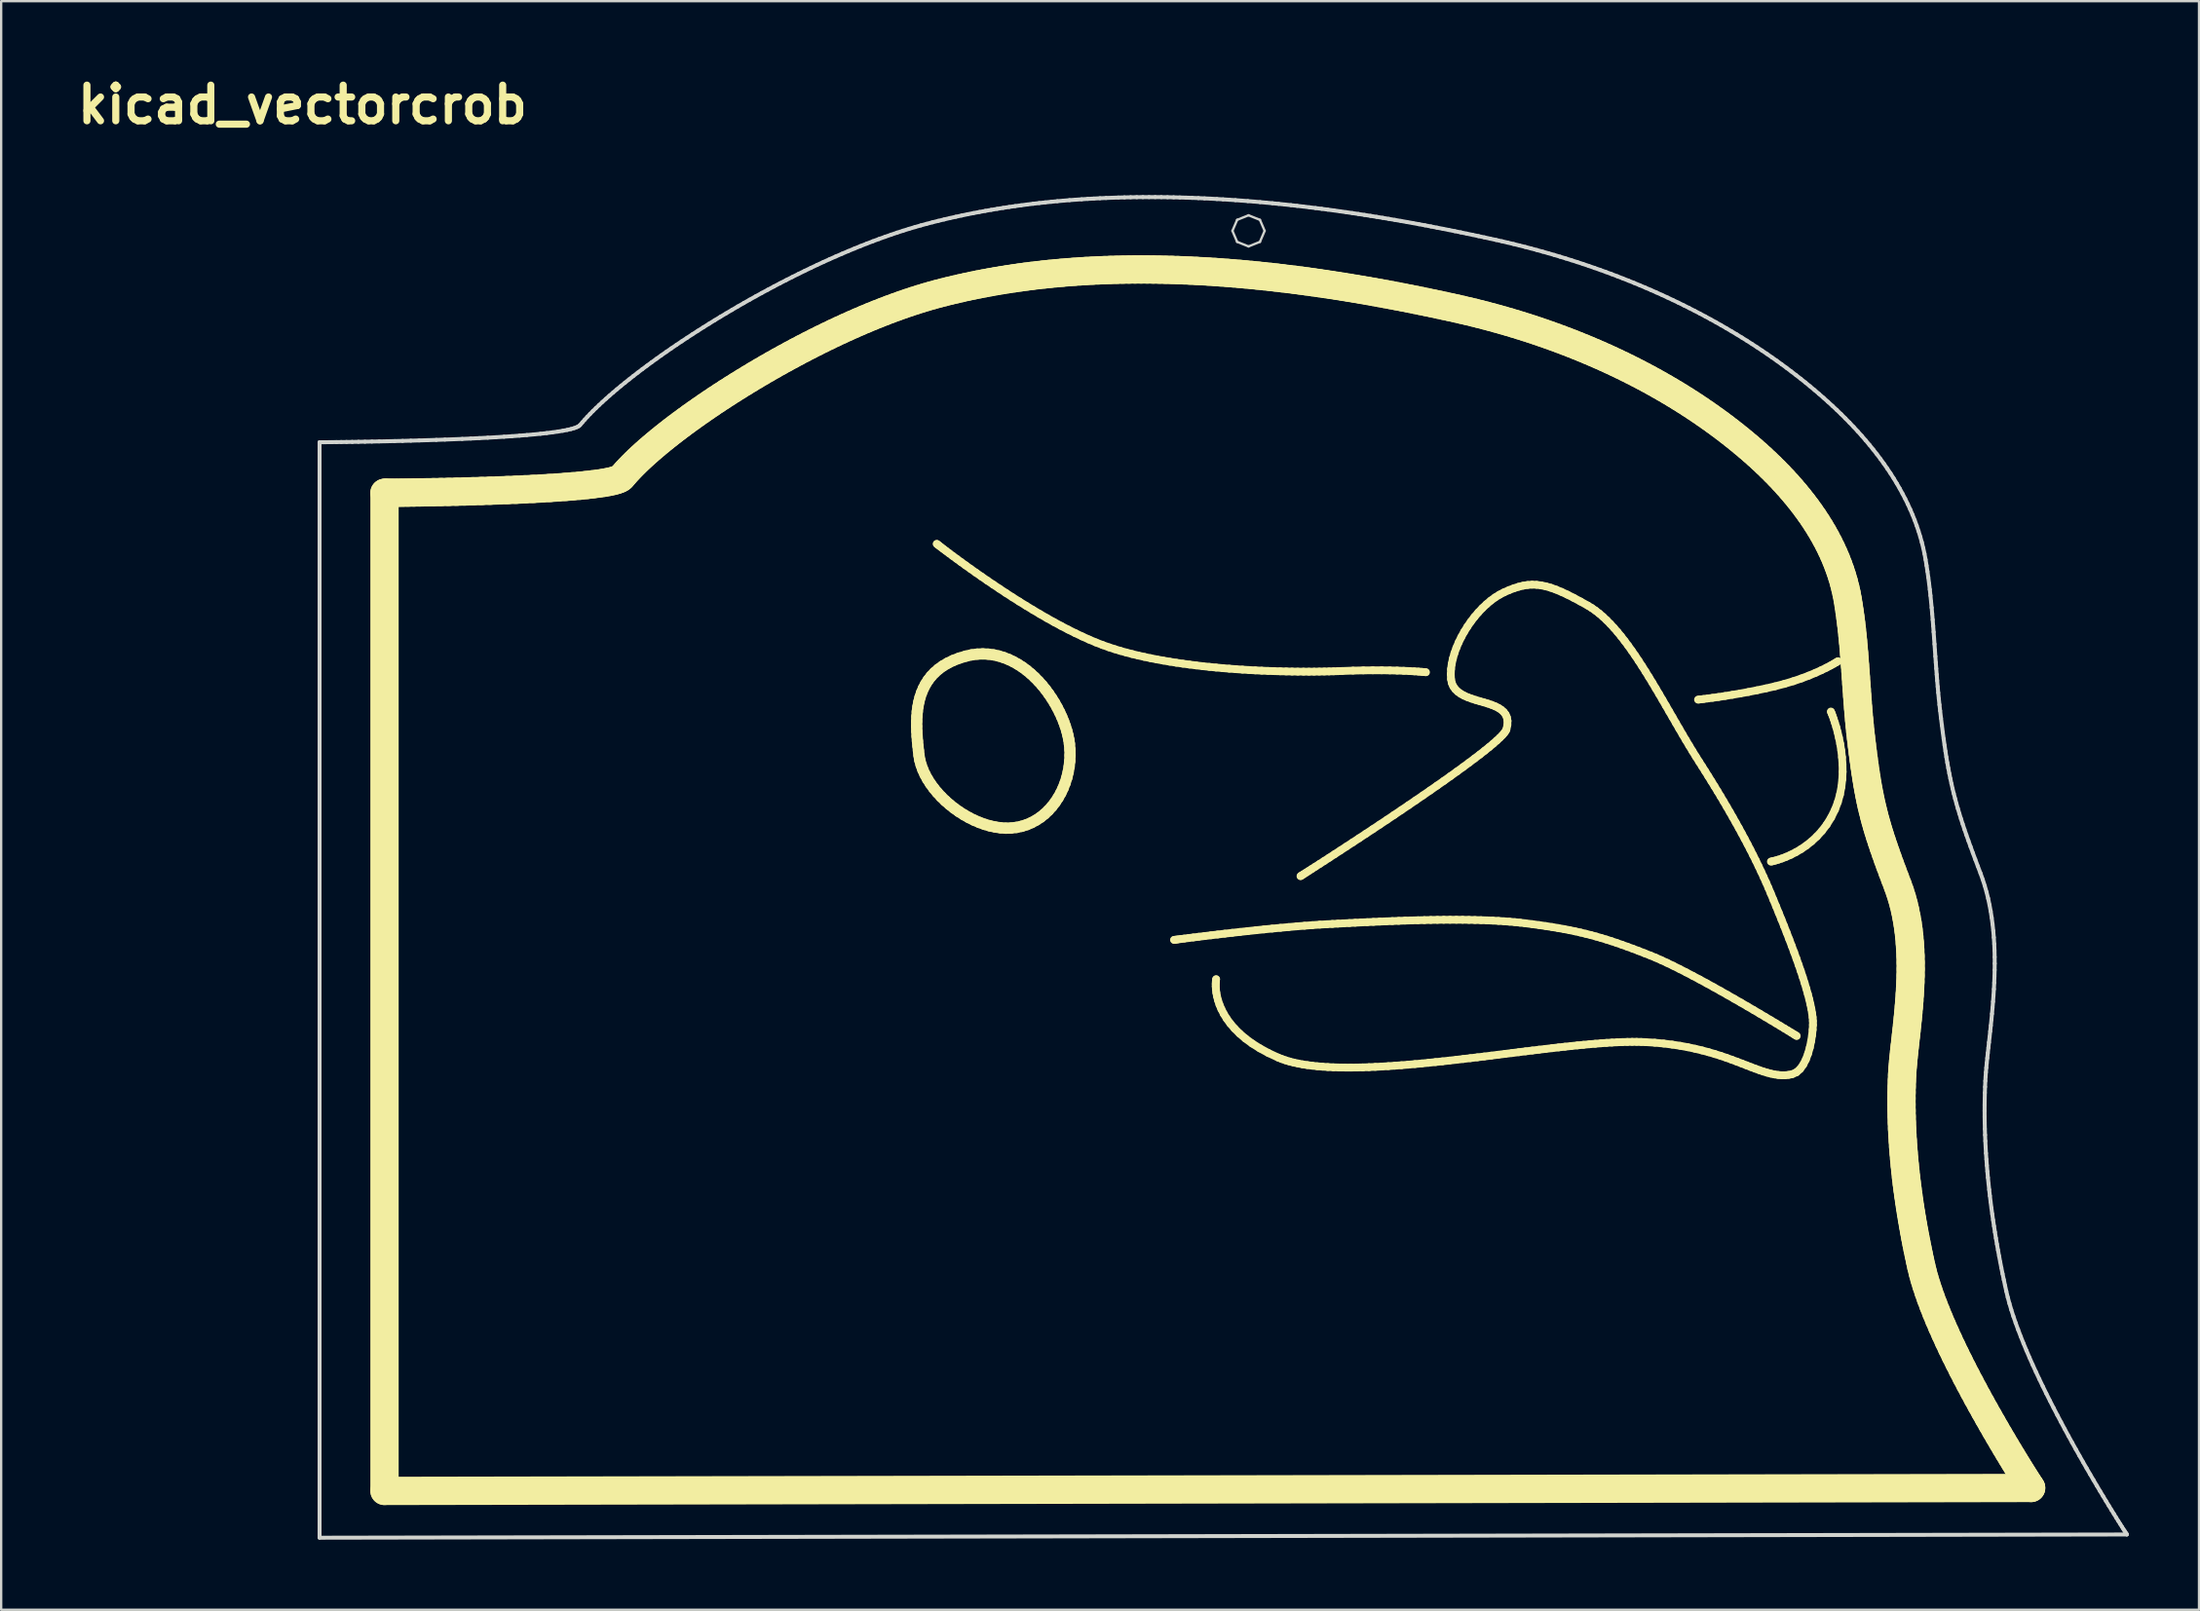
<source format=kicad_pcb>
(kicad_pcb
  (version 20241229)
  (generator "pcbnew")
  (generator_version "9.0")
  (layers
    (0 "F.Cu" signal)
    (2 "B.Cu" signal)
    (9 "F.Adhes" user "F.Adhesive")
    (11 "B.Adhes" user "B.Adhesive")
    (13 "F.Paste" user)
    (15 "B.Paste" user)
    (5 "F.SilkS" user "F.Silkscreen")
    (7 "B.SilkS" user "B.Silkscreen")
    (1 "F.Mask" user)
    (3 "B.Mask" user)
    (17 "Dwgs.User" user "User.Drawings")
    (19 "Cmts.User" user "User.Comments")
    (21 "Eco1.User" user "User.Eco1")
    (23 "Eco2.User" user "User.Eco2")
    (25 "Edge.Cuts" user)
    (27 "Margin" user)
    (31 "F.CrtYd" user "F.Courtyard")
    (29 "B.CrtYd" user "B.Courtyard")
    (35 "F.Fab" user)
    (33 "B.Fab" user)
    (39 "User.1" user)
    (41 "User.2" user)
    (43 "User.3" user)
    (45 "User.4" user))
  (footprint "kicad_vectorcrob"
    (layer "F.Cu")
    (at 9.884 4.634)
    (property "Reference" "kicad_vectorcrob" (at 0 -3.207 0) (layer "F.SilkS") (effects (font (size 1.524 1.524) (thickness 0.305))))
    (attr exclude_from_pos_files exclude_from_bom)
    (fp_line (start 3.509 13.399) (end 3.527 13.399) (stroke (width 1.211) (type solid)) (layer "F.SilkS"))
    (fp_line (start 3.509 56.094) (end 3.509 13.399) (stroke (width 1.211) (type solid)) (layer "F.SilkS"))
    (fp_line (start 3.527 13.399) (end 3.579 13.399) (stroke (width 1.211) (type solid)) (layer "F.SilkS"))
    (fp_line (start 3.579 13.399) (end 3.664 13.398) (stroke (width 1.211) (type solid)) (layer "F.SilkS"))
    (fp_line (start 3.664 13.398) (end 3.779 13.397) (stroke (width 1.211) (type solid)) (layer "F.SilkS"))
    (fp_line (start 3.779 13.397) (end 3.924 13.396) (stroke (width 1.211) (type solid)) (layer "F.SilkS"))
    (fp_line (start 3.924 13.396) (end 4.096 13.394) (stroke (width 1.211) (type solid)) (layer "F.SilkS"))
    (fp_line (start 4.096 13.394) (end 4.294 13.391) (stroke (width 1.211) (type solid)) (layer "F.SilkS"))
    (fp_line (start 4.294 13.391) (end 4.515 13.389) (stroke (width 1.211) (type solid)) (layer "F.SilkS"))
    (fp_line (start 4.515 13.389) (end 4.759 13.385) (stroke (width 1.211) (type solid)) (layer "F.SilkS"))
    (fp_line (start 4.759 13.385) (end 5.023 13.381) (stroke (width 1.211) (type solid)) (layer "F.SilkS"))
    (fp_line (start 5.023 13.381) (end 5.305 13.376) (stroke (width 1.211) (type solid)) (layer "F.SilkS"))
    (fp_line (start 5.305 13.376) (end 5.605 13.371) (stroke (width 1.211) (type solid)) (layer "F.SilkS"))
    (fp_line (start 5.605 13.371) (end 5.919 13.365) (stroke (width 1.211) (type solid)) (layer "F.SilkS"))
    (fp_line (start 5.919 13.365) (end 6.247 13.358) (stroke (width 1.211) (type solid)) (layer "F.SilkS"))
    (fp_line (start 6.247 13.358) (end 6.586 13.35) (stroke (width 1.211) (type solid)) (layer "F.SilkS"))
    (fp_line (start 6.586 13.35) (end 6.934 13.341) (stroke (width 1.211) (type solid)) (layer "F.SilkS"))
    (fp_line (start 6.934 13.341) (end 7.291 13.331) (stroke (width 1.211) (type solid)) (layer "F.SilkS"))
    (fp_line (start 7.291 13.331) (end 7.654 13.32) (stroke (width 1.211) (type solid)) (layer "F.SilkS"))
    (fp_line (start 7.654 13.32) (end 8.022 13.308) (stroke (width 1.211) (type solid)) (layer "F.SilkS"))
    (fp_line (start 8.022 13.308) (end 8.392 13.295) (stroke (width 1.211) (type solid)) (layer "F.SilkS"))
    (fp_line (start 8.392 13.295) (end 8.763 13.281) (stroke (width 1.211) (type solid)) (layer "F.SilkS"))
    (fp_line (start 8.763 13.281) (end 9.134 13.266) (stroke (width 1.211) (type solid)) (layer "F.SilkS"))
    (fp_line (start 9.134 13.266) (end 9.502 13.249) (stroke (width 1.211) (type solid)) (layer "F.SilkS"))
    (fp_line (start 9.502 13.249) (end 9.865 13.231) (stroke (width 1.211) (type solid)) (layer "F.SilkS"))
    (fp_line (start 9.865 13.231) (end 10.223 13.212) (stroke (width 1.211) (type solid)) (layer "F.SilkS"))
    (fp_line (start 10.223 13.212) (end 10.572 13.191) (stroke (width 1.211) (type solid)) (layer "F.SilkS"))
    (fp_line (start 10.572 13.191) (end 10.912 13.169) (stroke (width 1.211) (type solid)) (layer "F.SilkS"))
    (fp_line (start 10.912 13.169) (end 11.241 13.145) (stroke (width 1.211) (type solid)) (layer "F.SilkS"))
    (fp_line (start 11.241 13.145) (end 11.556 13.12) (stroke (width 1.211) (type solid)) (layer "F.SilkS"))
    (fp_line (start 11.556 13.12) (end 11.857 13.094) (stroke (width 1.211) (type solid)) (layer "F.SilkS"))
    (fp_line (start 11.857 13.094) (end 12.141 13.065) (stroke (width 1.211) (type solid)) (layer "F.SilkS"))
    (fp_line (start 12.141 13.065) (end 12.407 13.035) (stroke (width 1.211) (type solid)) (layer "F.SilkS"))
    (fp_line (start 12.407 13.035) (end 12.652 13.003) (stroke (width 1.211) (type solid)) (layer "F.SilkS"))
    (fp_line (start 12.652 13.003) (end 12.876 12.97) (stroke (width 1.211) (type solid)) (layer "F.SilkS"))
    (fp_line (start 12.876 12.97) (end 13.076 12.934) (stroke (width 1.211) (type solid)) (layer "F.SilkS"))
    (fp_line (start 13.076 12.934) (end 13.25 12.897) (stroke (width 1.211) (type solid)) (layer "F.SilkS"))
    (fp_line (start 13.25 12.897) (end 13.397 12.858) (stroke (width 1.211) (type solid)) (layer "F.SilkS"))
    (fp_line (start 13.397 12.858) (end 13.516 12.817) (stroke (width 1.211) (type solid)) (layer "F.SilkS"))
    (fp_line (start 13.516 12.817) (end 13.603 12.773) (stroke (width 1.211) (type solid)) (layer "F.SilkS"))
    (fp_line (start 13.603 12.773) (end 13.658 12.728) (stroke (width 1.211) (type solid)) (layer "F.SilkS"))
    (fp_line (start 13.658 12.728) (end 13.756 12.613) (stroke (width 1.211) (type solid)) (layer "F.SilkS"))
    (fp_line (start 13.756 12.613) (end 13.86 12.495) (stroke (width 1.211) (type solid)) (layer "F.SilkS"))
    (fp_line (start 13.86 12.495) (end 13.972 12.375) (stroke (width 1.211) (type solid)) (layer "F.SilkS"))
    (fp_line (start 13.972 12.375) (end 14.091 12.252) (stroke (width 1.211) (type solid)) (layer "F.SilkS"))
    (fp_line (start 14.091 12.252) (end 14.217 12.126) (stroke (width 1.211) (type solid)) (layer "F.SilkS"))
    (fp_line (start 14.217 12.126) (end 14.349 11.997) (stroke (width 1.211) (type solid)) (layer "F.SilkS"))
    (fp_line (start 14.349 11.997) (end 14.488 11.867) (stroke (width 1.211) (type solid)) (layer "F.SilkS"))
    (fp_line (start 14.488 11.867) (end 14.634 11.734) (stroke (width 1.211) (type solid)) (layer "F.SilkS"))
    (fp_line (start 14.634 11.734) (end 14.785 11.599) (stroke (width 1.211) (type solid)) (layer "F.SilkS"))
    (fp_line (start 14.785 11.599) (end 14.943 11.463) (stroke (width 1.211) (type solid)) (layer "F.SilkS"))
    (fp_line (start 14.943 11.463) (end 15.107 11.324) (stroke (width 1.211) (type solid)) (layer "F.SilkS"))
    (fp_line (start 15.107 11.324) (end 15.276 11.184) (stroke (width 1.211) (type solid)) (layer "F.SilkS"))
    (fp_line (start 15.276 11.184) (end 15.451 11.042) (stroke (width 1.211) (type solid)) (layer "F.SilkS"))
    (fp_line (start 15.451 11.042) (end 15.631 10.899) (stroke (width 1.211) (type solid)) (layer "F.SilkS"))
    (fp_line (start 15.631 10.899) (end 15.816 10.754) (stroke (width 1.211) (type solid)) (layer "F.SilkS"))
    (fp_line (start 15.816 10.754) (end 16.007 10.608) (stroke (width 1.211) (type solid)) (layer "F.SilkS"))
    (fp_line (start 16.007 10.608) (end 16.202 10.462) (stroke (width 1.211) (type solid)) (layer "F.SilkS"))
    (fp_line (start 16.202 10.462) (end 16.402 10.314) (stroke (width 1.211) (type solid)) (layer "F.SilkS"))
    (fp_line (start 16.402 10.314) (end 16.607 10.165) (stroke (width 1.211) (type solid)) (layer "F.SilkS"))
    (fp_line (start 16.607 10.165) (end 16.816 10.016) (stroke (width 1.211) (type solid)) (layer "F.SilkS"))
    (fp_line (start 16.816 10.016) (end 17.03 9.867) (stroke (width 1.211) (type solid)) (layer "F.SilkS"))
    (fp_line (start 17.03 9.867) (end 17.247 9.716) (stroke (width 1.211) (type solid)) (layer "F.SilkS"))
    (fp_line (start 17.247 9.716) (end 17.468 9.566) (stroke (width 1.211) (type solid)) (layer "F.SilkS"))
    (fp_line (start 17.468 9.566) (end 17.693 9.415) (stroke (width 1.211) (type solid)) (layer "F.SilkS"))
    (fp_line (start 17.693 9.415) (end 17.922 9.265) (stroke (width 1.211) (type solid)) (layer "F.SilkS"))
    (fp_line (start 17.922 9.265) (end 18.154 9.114) (stroke (width 1.211) (type solid)) (layer "F.SilkS"))
    (fp_line (start 18.154 9.114) (end 18.39 8.964) (stroke (width 1.211) (type solid)) (layer "F.SilkS"))
    (fp_line (start 18.39 8.964) (end 18.628 8.814) (stroke (width 1.211) (type solid)) (layer "F.SilkS"))
    (fp_line (start 18.628 8.814) (end 18.87 8.665) (stroke (width 1.211) (type solid)) (layer "F.SilkS"))
    (fp_line (start 18.87 8.665) (end 19.114 8.516) (stroke (width 1.211) (type solid)) (layer "F.SilkS"))
    (fp_line (start 19.114 8.516) (end 19.361 8.367) (stroke (width 1.211) (type solid)) (layer "F.SilkS"))
    (fp_line (start 19.361 8.367) (end 19.61 8.22) (stroke (width 1.211) (type solid)) (layer "F.SilkS"))
    (fp_line (start 19.61 8.22) (end 19.861 8.074) (stroke (width 1.211) (type solid)) (layer "F.SilkS"))
    (fp_line (start 19.861 8.074) (end 20.115 7.928) (stroke (width 1.211) (type solid)) (layer "F.SilkS"))
    (fp_line (start 20.115 7.928) (end 20.371 7.784) (stroke (width 1.211) (type solid)) (layer "F.SilkS"))
    (fp_line (start 20.371 7.784) (end 20.628 7.642) (stroke (width 1.211) (type solid)) (layer "F.SilkS"))
    (fp_line (start 20.628 7.642) (end 20.887 7.501) (stroke (width 1.211) (type solid)) (layer "F.SilkS"))
    (fp_line (start 20.887 7.501) (end 21.147 7.361) (stroke (width 1.211) (type solid)) (layer "F.SilkS"))
    (fp_line (start 21.147 7.361) (end 21.409 7.223) (stroke (width 1.211) (type solid)) (layer "F.SilkS"))
    (fp_line (start 21.409 7.223) (end 21.672 7.087) (stroke (width 1.211) (type solid)) (layer "F.SilkS"))
    (fp_line (start 21.672 7.087) (end 21.936 6.953) (stroke (width 1.211) (type solid)) (layer "F.SilkS"))
    (fp_line (start 21.936 6.953) (end 22.2 6.821) (stroke (width 1.211) (type solid)) (layer "F.SilkS"))
    (fp_line (start 22.2 6.821) (end 22.466 6.692) (stroke (width 1.211) (type solid)) (layer "F.SilkS"))
    (fp_line (start 22.466 6.692) (end 22.731 6.564) (stroke (width 1.211) (type solid)) (layer "F.SilkS"))
    (fp_line (start 22.731 6.564) (end 22.997 6.44) (stroke (width 1.211) (type solid)) (layer "F.SilkS"))
    (fp_line (start 22.997 6.44) (end 23.264 6.317) (stroke (width 1.211) (type solid)) (layer "F.SilkS"))
    (fp_line (start 23.264 6.317) (end 23.53 6.198) (stroke (width 1.211) (type solid)) (layer "F.SilkS"))
    (fp_line (start 23.53 6.198) (end 23.796 6.081) (stroke (width 1.211) (type solid)) (layer "F.SilkS"))
    (fp_line (start 23.796 6.081) (end 24.061 5.968) (stroke (width 1.211) (type solid)) (layer "F.SilkS"))
    (fp_line (start 24.061 5.968) (end 24.327 5.857) (stroke (width 1.211) (type solid)) (layer "F.SilkS"))
    (fp_line (start 24.327 5.857) (end 24.591 5.75) (stroke (width 1.211) (type solid)) (layer "F.SilkS"))
    (fp_line (start 24.591 5.75) (end 24.855 5.647) (stroke (width 1.211) (type solid)) (layer "F.SilkS"))
    (fp_line (start 24.855 5.647) (end 25.117 5.546) (stroke (width 1.211) (type solid)) (layer "F.SilkS"))
    (fp_line (start 25.117 5.546) (end 25.379 5.45) (stroke (width 1.211) (type solid)) (layer "F.SilkS"))
    (fp_line (start 25.379 5.45) (end 25.639 5.357) (stroke (width 1.211) (type solid)) (layer "F.SilkS"))
    (fp_line (start 25.639 5.357) (end 25.898 5.268) (stroke (width 1.211) (type solid)) (layer "F.SilkS"))
    (fp_line (start 25.898 5.268) (end 26.155 5.183) (stroke (width 1.211) (type solid)) (layer "F.SilkS"))
    (fp_line (start 26.155 5.183) (end 26.41 5.102) (stroke (width 1.211) (type solid)) (layer "F.SilkS"))
    (fp_line (start 26.267 23.387) (end 26.268 23.176) (stroke (width 0.483) (type solid)) (layer "F.SilkS"))
    (fp_line (start 26.268 23.176) (end 26.276 22.966) (stroke (width 0.483) (type solid)) (layer "F.SilkS"))
    (fp_line (start 26.273 23.598) (end 26.267 23.387) (stroke (width 0.483) (type solid)) (layer "F.SilkS"))
    (fp_line (start 26.276 22.966) (end 26.293 22.757) (stroke (width 0.483) (type solid)) (layer "F.SilkS"))
    (fp_line (start 26.285 23.809) (end 26.273 23.598) (stroke (width 0.483) (type solid)) (layer "F.SilkS"))
    (fp_line (start 26.293 22.757) (end 26.321 22.551) (stroke (width 0.483) (type solid)) (layer "F.SilkS"))
    (fp_line (start 26.301 24.018) (end 26.285 23.809) (stroke (width 0.483) (type solid)) (layer "F.SilkS"))
    (fp_line (start 26.321 22.551) (end 26.359 22.348) (stroke (width 0.483) (type solid)) (layer "F.SilkS"))
    (fp_line (start 26.321 24.224) (end 26.301 24.018) (stroke (width 0.483) (type solid)) (layer "F.SilkS"))
    (fp_line (start 26.343 24.428) (end 26.321 24.224) (stroke (width 0.483) (type solid)) (layer "F.SilkS"))
    (fp_line (start 26.359 22.348) (end 26.41 22.149) (stroke (width 0.483) (type solid)) (layer "F.SilkS"))
    (fp_line (start 26.366 24.627) (end 26.343 24.428) (stroke (width 0.483) (type solid)) (layer "F.SilkS"))
    (fp_line (start 26.401 24.833) (end 26.366 24.627) (stroke (width 0.483) (type solid)) (layer "F.SilkS"))
    (fp_line (start 26.41 5.102) (end 26.663 5.025) (stroke (width 1.211) (type solid)) (layer "F.SilkS"))
    (fp_line (start 26.41 22.149) (end 26.474 21.955) (stroke (width 0.483) (type solid)) (layer "F.SilkS"))
    (fp_line (start 26.457 25.038) (end 26.401 24.833) (stroke (width 0.483) (type solid)) (layer "F.SilkS"))
    (fp_line (start 26.474 21.955) (end 26.553 21.767) (stroke (width 0.483) (type solid)) (layer "F.SilkS"))
    (fp_line (start 26.531 25.243) (end 26.457 25.038) (stroke (width 0.483) (type solid)) (layer "F.SilkS"))
    (fp_line (start 26.553 21.767) (end 26.647 21.586) (stroke (width 0.483) (type solid)) (layer "F.SilkS"))
    (fp_line (start 26.623 25.446) (end 26.531 25.243) (stroke (width 0.483) (type solid)) (layer "F.SilkS"))
    (fp_line (start 26.647 21.586) (end 26.758 21.412) (stroke (width 0.483) (type solid)) (layer "F.SilkS"))
    (fp_line (start 26.663 5.025) (end 26.914 4.953) (stroke (width 1.211) (type solid)) (layer "F.SilkS"))
    (fp_line (start 26.732 25.646) (end 26.623 25.446) (stroke (width 0.483) (type solid)) (layer "F.SilkS"))
    (fp_line (start 26.758 21.412) (end 26.886 21.246) (stroke (width 0.483) (type solid)) (layer "F.SilkS"))
    (fp_line (start 26.857 25.842) (end 26.732 25.646) (stroke (width 0.483) (type solid)) (layer "F.SilkS"))
    (fp_line (start 26.886 21.246) (end 27.034 21.089) (stroke (width 0.483) (type solid)) (layer "F.SilkS"))
    (fp_line (start 26.914 4.953) (end 27.163 4.885) (stroke (width 1.211) (type solid)) (layer "F.SilkS"))
    (fp_line (start 26.997 26.034) (end 26.857 25.842) (stroke (width 0.483) (type solid)) (layer "F.SilkS"))
    (fp_line (start 27.034 21.089) (end 27.201 20.942) (stroke (width 0.483) (type solid)) (layer "F.SilkS"))
    (fp_line (start 27.123 15.579) (end 27.135 15.589) (stroke (width 0.332) (type solid)) (layer "F.SilkS"))
    (fp_line (start 27.135 15.589) (end 27.169 15.616) (stroke (width 0.332) (type solid)) (layer "F.SilkS"))
    (fp_line (start 27.15 26.22) (end 26.997 26.034) (stroke (width 0.483) (type solid)) (layer "F.SilkS"))
    (fp_line (start 27.163 4.885) (end 27.41 4.821) (stroke (width 1.211) (type solid)) (layer "F.SilkS"))
    (fp_line (start 27.169 15.616) (end 27.226 15.659) (stroke (width 0.332) (type solid)) (layer "F.SilkS"))
    (fp_line (start 27.201 20.942) (end 27.389 20.805) (stroke (width 0.483) (type solid)) (layer "F.SilkS"))
    (fp_line (start 27.226 15.659) (end 27.304 15.719) (stroke (width 0.332) (type solid)) (layer "F.SilkS"))
    (fp_line (start 27.304 15.719) (end 27.402 15.794) (stroke (width 0.332) (type solid)) (layer "F.SilkS"))
    (fp_line (start 27.315 26.399) (end 27.15 26.22) (stroke (width 0.483) (type solid)) (layer "F.SilkS"))
    (fp_line (start 27.389 20.805) (end 27.6 20.681) (stroke (width 0.483) (type solid)) (layer "F.SilkS"))
    (fp_line (start 27.402 15.794) (end 27.519 15.882) (stroke (width 0.332) (type solid)) (layer "F.SilkS"))
    (fp_line (start 27.41 4.821) (end 27.657 4.759) (stroke (width 1.211) (type solid)) (layer "F.SilkS"))
    (fp_line (start 27.492 26.572) (end 27.315 26.399) (stroke (width 0.483) (type solid)) (layer "F.SilkS"))
    (fp_line (start 27.519 15.882) (end 27.655 15.984) (stroke (width 0.332) (type solid)) (layer "F.SilkS"))
    (fp_line (start 27.6 20.681) (end 27.833 20.568) (stroke (width 0.483) (type solid)) (layer "F.SilkS"))
    (fp_line (start 27.655 15.984) (end 27.807 16.098) (stroke (width 0.332) (type solid)) (layer "F.SilkS"))
    (fp_line (start 27.657 4.759) (end 27.906 4.7) (stroke (width 1.211) (type solid)) (layer "F.SilkS"))
    (fp_line (start 27.679 26.736) (end 27.492 26.572) (stroke (width 0.483) (type solid)) (layer "F.SilkS"))
    (fp_line (start 27.807 16.098) (end 27.977 16.222) (stroke (width 0.332) (type solid)) (layer "F.SilkS"))
    (fp_line (start 27.833 20.568) (end 28.092 20.468) (stroke (width 0.483) (type solid)) (layer "F.SilkS"))
    (fp_line (start 27.874 26.891) (end 27.679 26.736) (stroke (width 0.483) (type solid)) (layer "F.SilkS"))
    (fp_line (start 27.906 4.7) (end 28.155 4.643) (stroke (width 1.211) (type solid)) (layer "F.SilkS"))
    (fp_line (start 27.977 16.222) (end 28.161 16.357) (stroke (width 0.332) (type solid)) (layer "F.SilkS"))
    (fp_line (start 28.078 27.036) (end 27.874 26.891) (stroke (width 0.483) (type solid)) (layer "F.SilkS"))
    (fp_line (start 28.092 20.468) (end 28.375 20.383) (stroke (width 0.483) (type solid)) (layer "F.SilkS"))
    (fp_line (start 28.155 4.643) (end 28.405 4.587) (stroke (width 1.211) (type solid)) (layer "F.SilkS"))
    (fp_line (start 28.161 16.357) (end 28.36 16.501) (stroke (width 0.332) (type solid)) (layer "F.SilkS"))
    (fp_line (start 28.288 27.17) (end 28.078 27.036) (stroke (width 0.483) (type solid)) (layer "F.SilkS"))
    (fp_line (start 28.36 16.501) (end 28.573 16.653) (stroke (width 0.332) (type solid)) (layer "F.SilkS"))
    (fp_line (start 28.375 20.383) (end 28.619 20.329) (stroke (width 0.483) (type solid)) (layer "F.SilkS"))
    (fp_line (start 28.405 4.587) (end 28.655 4.534) (stroke (width 1.211) (type solid)) (layer "F.SilkS"))
    (fp_line (start 28.504 27.292) (end 28.288 27.17) (stroke (width 0.483) (type solid)) (layer "F.SilkS"))
    (fp_line (start 28.573 16.653) (end 28.798 16.812) (stroke (width 0.332) (type solid)) (layer "F.SilkS"))
    (fp_line (start 28.619 20.329) (end 28.858 20.298) (stroke (width 0.483) (type solid)) (layer "F.SilkS"))
    (fp_line (start 28.655 4.534) (end 28.906 4.483) (stroke (width 1.211) (type solid)) (layer "F.SilkS"))
    (fp_line (start 28.724 27.402) (end 28.504 27.292) (stroke (width 0.483) (type solid)) (layer "F.SilkS"))
    (fp_line (start 28.798 16.812) (end 29.035 16.977) (stroke (width 0.332) (type solid)) (layer "F.SilkS"))
    (fp_line (start 28.858 20.298) (end 29.093 20.288) (stroke (width 0.483) (type solid)) (layer "F.SilkS"))
    (fp_line (start 28.906 4.483) (end 29.158 4.435) (stroke (width 1.211) (type solid)) (layer "F.SilkS"))
    (fp_line (start 28.948 27.498) (end 28.724 27.402) (stroke (width 0.483) (type solid)) (layer "F.SilkS"))
    (fp_line (start 29.035 16.977) (end 29.282 17.148) (stroke (width 0.332) (type solid)) (layer "F.SilkS"))
    (fp_line (start 29.093 20.288) (end 29.324 20.299) (stroke (width 0.483) (type solid)) (layer "F.SilkS"))
    (fp_line (start 29.158 4.435) (end 29.41 4.388) (stroke (width 1.211) (type solid)) (layer "F.SilkS"))
    (fp_line (start 29.174 27.58) (end 28.948 27.498) (stroke (width 0.483) (type solid)) (layer "F.SilkS"))
    (fp_line (start 29.282 17.148) (end 29.54 17.322) (stroke (width 0.332) (type solid)) (layer "F.SilkS"))
    (fp_line (start 29.324 20.299) (end 29.55 20.329) (stroke (width 0.483) (type solid)) (layer "F.SilkS"))
    (fp_line (start 29.401 27.646) (end 29.174 27.58) (stroke (width 0.483) (type solid)) (layer "F.SilkS"))
    (fp_line (start 29.41 4.388) (end 29.663 4.343) (stroke (width 1.211) (type solid)) (layer "F.SilkS"))
    (fp_line (start 29.54 17.322) (end 29.806 17.5) (stroke (width 0.332) (type solid)) (layer "F.SilkS"))
    (fp_line (start 29.55 20.329) (end 29.77 20.377) (stroke (width 0.483) (type solid)) (layer "F.SilkS"))
    (fp_line (start 29.628 27.695) (end 29.401 27.646) (stroke (width 0.483) (type solid)) (layer "F.SilkS"))
    (fp_line (start 29.663 4.343) (end 29.916 4.301) (stroke (width 1.211) (type solid)) (layer "F.SilkS"))
    (fp_line (start 29.77 20.377) (end 29.985 20.443) (stroke (width 0.483) (type solid)) (layer "F.SilkS"))
    (fp_line (start 29.806 17.5) (end 30.08 17.681) (stroke (width 0.332) (type solid)) (layer "F.SilkS"))
    (fp_line (start 29.854 27.728) (end 29.628 27.695) (stroke (width 0.483) (type solid)) (layer "F.SilkS"))
    (fp_line (start 29.916 4.301) (end 30.17 4.26) (stroke (width 1.211) (type solid)) (layer "F.SilkS"))
    (fp_line (start 29.985 20.443) (end 30.195 20.524) (stroke (width 0.483) (type solid)) (layer "F.SilkS"))
    (fp_line (start 30.078 27.743) (end 29.854 27.728) (stroke (width 0.483) (type solid)) (layer "F.SilkS"))
    (fp_line (start 30.08 17.681) (end 30.361 17.863) (stroke (width 0.332) (type solid)) (layer "F.SilkS"))
    (fp_line (start 30.17 4.26) (end 30.425 4.222) (stroke (width 1.211) (type solid)) (layer "F.SilkS"))
    (fp_line (start 30.195 20.524) (end 30.398 20.621) (stroke (width 0.483) (type solid)) (layer "F.SilkS"))
    (fp_line (start 30.298 27.738) (end 30.078 27.743) (stroke (width 0.483) (type solid)) (layer "F.SilkS"))
    (fp_line (start 30.361 17.863) (end 30.648 18.045) (stroke (width 0.332) (type solid)) (layer "F.SilkS"))
    (fp_line (start 30.398 20.621) (end 30.596 20.732) (stroke (width 0.483) (type solid)) (layer "F.SilkS"))
    (fp_line (start 30.425 4.222) (end 30.68 4.185) (stroke (width 1.211) (type solid)) (layer "F.SilkS"))
    (fp_line (start 30.533 27.711) (end 30.298 27.738) (stroke (width 0.483) (type solid)) (layer "F.SilkS"))
    (fp_line (start 30.596 20.732) (end 30.787 20.855) (stroke (width 0.483) (type solid)) (layer "F.SilkS"))
    (fp_line (start 30.648 18.045) (end 30.94 18.226) (stroke (width 0.332) (type solid)) (layer "F.SilkS"))
    (fp_line (start 30.68 4.185) (end 30.936 4.15) (stroke (width 1.211) (type solid)) (layer "F.SilkS"))
    (fp_line (start 30.758 27.663) (end 30.533 27.711) (stroke (width 0.483) (type solid)) (layer "F.SilkS"))
    (fp_line (start 30.787 20.855) (end 30.971 20.991) (stroke (width 0.483) (type solid)) (layer "F.SilkS"))
    (fp_line (start 30.936 4.15) (end 31.192 4.118) (stroke (width 1.211) (type solid)) (layer "F.SilkS"))
    (fp_line (start 30.94 18.226) (end 31.236 18.406) (stroke (width 0.332) (type solid)) (layer "F.SilkS"))
    (fp_line (start 30.971 20.991) (end 31.148 21.138) (stroke (width 0.483) (type solid)) (layer "F.SilkS"))
    (fp_line (start 30.974 27.594) (end 30.758 27.663) (stroke (width 0.483) (type solid)) (layer "F.SilkS"))
    (fp_line (start 31.148 21.138) (end 31.317 21.295) (stroke (width 0.483) (type solid)) (layer "F.SilkS"))
    (fp_line (start 31.18 27.506) (end 30.974 27.594) (stroke (width 0.483) (type solid)) (layer "F.SilkS"))
    (fp_line (start 31.192 4.118) (end 31.448 4.087) (stroke (width 1.211) (type solid)) (layer "F.SilkS"))
    (fp_line (start 31.236 18.406) (end 31.536 18.584) (stroke (width 0.332) (type solid)) (layer "F.SilkS"))
    (fp_line (start 31.317 21.295) (end 31.479 21.461) (stroke (width 0.483) (type solid)) (layer "F.SilkS"))
    (fp_line (start 31.376 27.4) (end 31.18 27.506) (stroke (width 0.483) (type solid)) (layer "F.SilkS"))
    (fp_line (start 31.448 4.087) (end 31.705 4.058) (stroke (width 1.211) (type solid)) (layer "F.SilkS"))
    (fp_line (start 31.479 21.461) (end 31.634 21.634) (stroke (width 0.483) (type solid)) (layer "F.SilkS"))
    (fp_line (start 31.536 18.584) (end 31.837 18.758) (stroke (width 0.332) (type solid)) (layer "F.SilkS"))
    (fp_line (start 31.562 27.277) (end 31.376 27.4) (stroke (width 0.483) (type solid)) (layer "F.SilkS"))
    (fp_line (start 31.634 21.634) (end 31.78 21.814) (stroke (width 0.483) (type solid)) (layer "F.SilkS"))
    (fp_line (start 31.705 4.058) (end 31.963 4.032) (stroke (width 1.211) (type solid)) (layer "F.SilkS"))
    (fp_line (start 31.736 27.138) (end 31.562 27.277) (stroke (width 0.483) (type solid)) (layer "F.SilkS"))
    (fp_line (start 31.78 21.814) (end 31.917 22.001) (stroke (width 0.483) (type solid)) (layer "F.SilkS"))
    (fp_line (start 31.837 18.758) (end 32.14 18.928) (stroke (width 0.332) (type solid)) (layer "F.SilkS"))
    (fp_line (start 31.899 26.984) (end 31.736 27.138) (stroke (width 0.483) (type solid)) (layer "F.SilkS"))
    (fp_line (start 31.917 22.001) (end 32.046 22.192) (stroke (width 0.483) (type solid)) (layer "F.SilkS"))
    (fp_line (start 31.963 4.032) (end 32.22 4.007) (stroke (width 1.211) (type solid)) (layer "F.SilkS"))
    (fp_line (start 32.046 22.192) (end 32.166 22.386) (stroke (width 0.483) (type solid)) (layer "F.SilkS"))
    (fp_line (start 32.05 26.816) (end 31.899 26.984) (stroke (width 0.483) (type solid)) (layer "F.SilkS"))
    (fp_line (start 32.14 18.928) (end 32.444 19.092) (stroke (width 0.332) (type solid)) (layer "F.SilkS"))
    (fp_line (start 32.166 22.386) (end 32.277 22.584) (stroke (width 0.483) (type solid)) (layer "F.SilkS"))
    (fp_line (start 32.189 26.636) (end 32.05 26.816) (stroke (width 0.483) (type solid)) (layer "F.SilkS"))
    (fp_line (start 32.22 4.007) (end 32.479 3.984) (stroke (width 1.211) (type solid)) (layer "F.SilkS"))
    (fp_line (start 32.277 22.584) (end 32.379 22.783) (stroke (width 0.483) (type solid)) (layer "F.SilkS"))
    (fp_line (start 32.315 26.444) (end 32.189 26.636) (stroke (width 0.483) (type solid)) (layer "F.SilkS"))
    (fp_line (start 32.379 22.783) (end 32.47 22.982) (stroke (width 0.483) (type solid)) (layer "F.SilkS"))
    (fp_line (start 32.429 26.242) (end 32.315 26.444) (stroke (width 0.483) (type solid)) (layer "F.SilkS"))
    (fp_line (start 32.444 19.092) (end 32.747 19.25) (stroke (width 0.332) (type solid)) (layer "F.SilkS"))
    (fp_line (start 32.47 22.982) (end 32.552 23.181) (stroke (width 0.483) (type solid)) (layer "F.SilkS"))
    (fp_line (start 32.479 3.984) (end 32.737 3.962) (stroke (width 1.211) (type solid)) (layer "F.SilkS"))
    (fp_line (start 32.529 26.03) (end 32.429 26.242) (stroke (width 0.483) (type solid)) (layer "F.SilkS"))
    (fp_line (start 32.552 23.181) (end 32.623 23.379) (stroke (width 0.483) (type solid)) (layer "F.SilkS"))
    (fp_line (start 32.615 25.811) (end 32.529 26.03) (stroke (width 0.483) (type solid)) (layer "F.SilkS"))
    (fp_line (start 32.623 23.379) (end 32.684 23.574) (stroke (width 0.483) (type solid)) (layer "F.SilkS"))
    (fp_line (start 32.684 23.574) (end 32.733 23.766) (stroke (width 0.483) (type solid)) (layer "F.SilkS"))
    (fp_line (start 32.687 25.584) (end 32.615 25.811) (stroke (width 0.483) (type solid)) (layer "F.SilkS"))
    (fp_line (start 32.733 23.766) (end 32.772 23.953) (stroke (width 0.483) (type solid)) (layer "F.SilkS"))
    (fp_line (start 32.737 3.962) (end 32.996 3.943) (stroke (width 1.211) (type solid)) (layer "F.SilkS"))
    (fp_line (start 32.744 25.351) (end 32.687 25.584) (stroke (width 0.483) (type solid)) (layer "F.SilkS"))
    (fp_line (start 32.747 19.25) (end 33.048 19.4) (stroke (width 0.332) (type solid)) (layer "F.SilkS"))
    (fp_line (start 32.772 23.953) (end 32.799 24.135) (stroke (width 0.483) (type solid)) (layer "F.SilkS"))
    (fp_line (start 32.787 25.113) (end 32.744 25.351) (stroke (width 0.483) (type solid)) (layer "F.SilkS"))
    (fp_line (start 32.799 24.135) (end 32.821 24.381) (stroke (width 0.483) (type solid)) (layer "F.SilkS"))
    (fp_line (start 32.814 24.871) (end 32.787 25.113) (stroke (width 0.483) (type solid)) (layer "F.SilkS"))
    (fp_line (start 32.821 24.381) (end 32.825 24.627) (stroke (width 0.483) (type solid)) (layer "F.SilkS"))
    (fp_line (start 32.825 24.627) (end 32.814 24.871) (stroke (width 0.483) (type solid)) (layer "F.SilkS"))
    (fp_line (start 32.996 3.943) (end 33.256 3.925) (stroke (width 1.211) (type solid)) (layer "F.SilkS"))
    (fp_line (start 33.048 19.4) (end 33.347 19.542) (stroke (width 0.332) (type solid)) (layer "F.SilkS"))
    (fp_line (start 33.256 3.925) (end 33.515 3.909) (stroke (width 1.211) (type solid)) (layer "F.SilkS"))
    (fp_line (start 33.347 19.542) (end 33.642 19.675) (stroke (width 0.332) (type solid)) (layer "F.SilkS"))
    (fp_line (start 33.515 3.909) (end 33.776 3.895) (stroke (width 1.211) (type solid)) (layer "F.SilkS"))
    (fp_line (start 33.642 19.675) (end 33.933 19.798) (stroke (width 0.332) (type solid)) (layer "F.SilkS"))
    (fp_line (start 33.776 3.895) (end 34.036 3.883) (stroke (width 1.211) (type solid)) (layer "F.SilkS"))
    (fp_line (start 33.933 19.798) (end 34.219 19.909) (stroke (width 0.332) (type solid)) (layer "F.SilkS"))
    (fp_line (start 34.036 3.883) (end 34.297 3.872) (stroke (width 1.211) (type solid)) (layer "F.SilkS"))
    (fp_line (start 34.219 19.909) (end 34.499 20.009) (stroke (width 0.332) (type solid)) (layer "F.SilkS"))
    (fp_line (start 34.297 3.872) (end 34.557 3.863) (stroke (width 1.211) (type solid)) (layer "F.SilkS"))
    (fp_line (start 34.499 20.009) (end 34.735 20.085) (stroke (width 0.332) (type solid)) (layer "F.SilkS"))
    (fp_line (start 34.557 3.863) (end 34.819 3.856) (stroke (width 1.211) (type solid)) (layer "F.SilkS"))
    (fp_line (start 34.735 20.085) (end 34.978 20.159) (stroke (width 0.332) (type solid)) (layer "F.SilkS"))
    (fp_line (start 34.819 3.856) (end 35.08 3.85) (stroke (width 1.211) (type solid)) (layer "F.SilkS"))
    (fp_line (start 34.978 20.159) (end 35.227 20.228) (stroke (width 0.332) (type solid)) (layer "F.SilkS"))
    (fp_line (start 35.08 3.85) (end 35.342 3.846) (stroke (width 1.211) (type solid)) (layer "F.SilkS"))
    (fp_line (start 35.227 20.228) (end 35.481 20.294) (stroke (width 0.332) (type solid)) (layer "F.SilkS"))
    (fp_line (start 35.342 3.846) (end 35.604 3.844) (stroke (width 1.211) (type solid)) (layer "F.SilkS"))
    (fp_line (start 35.481 20.294) (end 35.739 20.357) (stroke (width 0.332) (type solid)) (layer "F.SilkS"))
    (fp_line (start 35.604 3.844) (end 35.866 3.843) (stroke (width 1.211) (type solid)) (layer "F.SilkS"))
    (fp_line (start 35.739 20.357) (end 36.002 20.416) (stroke (width 0.332) (type solid)) (layer "F.SilkS"))
    (fp_line (start 35.866 3.843) (end 36.128 3.844) (stroke (width 1.211) (type solid)) (layer "F.SilkS"))
    (fp_line (start 36.002 20.416) (end 36.27 20.472) (stroke (width 0.332) (type solid)) (layer "F.SilkS"))
    (fp_line (start 36.128 3.844) (end 36.39 3.846) (stroke (width 1.211) (type solid)) (layer "F.SilkS"))
    (fp_line (start 36.27 20.472) (end 36.54 20.525) (stroke (width 0.332) (type solid)) (layer "F.SilkS"))
    (fp_line (start 36.39 3.846) (end 36.653 3.85) (stroke (width 1.211) (type solid)) (layer "F.SilkS"))
    (fp_line (start 36.54 20.525) (end 36.814 20.575) (stroke (width 0.332) (type solid)) (layer "F.SilkS"))
    (fp_line (start 36.653 3.85) (end 36.915 3.856) (stroke (width 1.211) (type solid)) (layer "F.SilkS"))
    (fp_line (start 36.814 20.575) (end 37.091 20.622) (stroke (width 0.332) (type solid)) (layer "F.SilkS"))
    (fp_line (start 36.915 3.856) (end 37.178 3.862) (stroke (width 1.211) (type solid)) (layer "F.SilkS"))
    (fp_line (start 37.091 20.622) (end 37.37 20.666) (stroke (width 0.332) (type solid)) (layer "F.SilkS"))
    (fp_line (start 37.178 3.862) (end 37.441 3.871) (stroke (width 1.211) (type solid)) (layer "F.SilkS"))
    (fp_line (start 37.289 32.521) (end 37.27 32.523) (stroke (width 0.332) (type solid)) (layer "F.SilkS"))
    (fp_line (start 37.345 32.514) (end 37.289 32.521) (stroke (width 0.332) (type solid)) (layer "F.SilkS"))
    (fp_line (start 37.37 20.666) (end 37.651 20.707) (stroke (width 0.332) (type solid)) (layer "F.SilkS"))
    (fp_line (start 37.435 32.502) (end 37.345 32.514) (stroke (width 0.332) (type solid)) (layer "F.SilkS"))
    (fp_line (start 37.441 3.871) (end 37.704 3.881) (stroke (width 1.211) (type solid)) (layer "F.SilkS"))
    (fp_line (start 37.558 32.486) (end 37.435 32.502) (stroke (width 0.332) (type solid)) (layer "F.SilkS"))
    (fp_line (start 37.651 20.707) (end 37.933 20.745) (stroke (width 0.332) (type solid)) (layer "F.SilkS"))
    (fp_line (start 37.704 3.881) (end 37.967 3.892) (stroke (width 1.211) (type solid)) (layer "F.SilkS"))
    (fp_line (start 37.71 32.467) (end 37.558 32.486) (stroke (width 0.332) (type solid)) (layer "F.SilkS"))
    (fp_line (start 37.891 32.444) (end 37.71 32.467) (stroke (width 0.332) (type solid)) (layer "F.SilkS"))
    (fp_line (start 37.933 20.745) (end 38.217 20.781) (stroke (width 0.332) (type solid)) (layer "F.SilkS"))
    (fp_line (start 37.967 3.892) (end 38.23 3.905) (stroke (width 1.211) (type solid)) (layer "F.SilkS"))
    (fp_line (start 38.098 32.418) (end 37.891 32.444) (stroke (width 0.332) (type solid)) (layer "F.SilkS"))
    (fp_line (start 38.217 20.781) (end 38.501 20.814) (stroke (width 0.332) (type solid)) (layer "F.SilkS"))
    (fp_line (start 38.23 3.905) (end 38.493 3.919) (stroke (width 1.211) (type solid)) (layer "F.SilkS"))
    (fp_line (start 38.328 32.389) (end 38.098 32.418) (stroke (width 0.332) (type solid)) (layer "F.SilkS"))
    (fp_line (start 38.493 3.919) (end 38.756 3.934) (stroke (width 1.211) (type solid)) (layer "F.SilkS"))
    (fp_line (start 38.501 20.814) (end 38.786 20.844) (stroke (width 0.332) (type solid)) (layer "F.SilkS"))
    (fp_line (start 38.58 32.359) (end 38.328 32.389) (stroke (width 0.332) (type solid)) (layer "F.SilkS"))
    (fp_line (start 38.756 3.934) (end 39.019 3.951) (stroke (width 1.211) (type solid)) (layer "F.SilkS"))
    (fp_line (start 38.786 20.844) (end 39.07 20.872) (stroke (width 0.332) (type solid)) (layer "F.SilkS"))
    (fp_line (start 38.852 32.326) (end 38.58 32.359) (stroke (width 0.332) (type solid)) (layer "F.SilkS"))
    (fp_line (start 39.019 3.951) (end 39.282 3.97) (stroke (width 1.211) (type solid)) (layer "F.SilkS"))
    (fp_line (start 39.056 34.404) (end 39.056 34.51) (stroke (width 0.332) (type solid)) (layer "F.SilkS"))
    (fp_line (start 39.056 34.51) (end 39.064 34.636) (stroke (width 0.332) (type solid)) (layer "F.SilkS"))
    (fp_line (start 39.06 34.318) (end 39.056 34.404) (stroke (width 0.332) (type solid)) (layer "F.SilkS"))
    (fp_line (start 39.064 34.636) (end 39.081 34.778) (stroke (width 0.332) (type solid)) (layer "F.SilkS"))
    (fp_line (start 39.066 34.254) (end 39.06 34.318) (stroke (width 0.332) (type solid)) (layer "F.SilkS"))
    (fp_line (start 39.07 20.872) (end 39.354 20.898) (stroke (width 0.332) (type solid)) (layer "F.SilkS"))
    (fp_line (start 39.071 34.215) (end 39.066 34.254) (stroke (width 0.332) (type solid)) (layer "F.SilkS"))
    (fp_line (start 39.074 34.201) (end 39.071 34.215) (stroke (width 0.332) (type solid)) (layer "F.SilkS"))
    (fp_line (start 39.081 34.778) (end 39.11 34.935) (stroke (width 0.332) (type solid)) (layer "F.SilkS"))
    (fp_line (start 39.11 34.935) (end 39.154 35.106) (stroke (width 0.332) (type solid)) (layer "F.SilkS"))
    (fp_line (start 39.141 32.292) (end 38.852 32.326) (stroke (width 0.332) (type solid)) (layer "F.SilkS"))
    (fp_line (start 39.154 35.106) (end 39.214 35.289) (stroke (width 0.332) (type solid)) (layer "F.SilkS"))
    (fp_line (start 39.214 35.289) (end 39.295 35.481) (stroke (width 0.332) (type solid)) (layer "F.SilkS"))
    (fp_line (start 39.282 3.97) (end 39.545 3.989) (stroke (width 1.211) (type solid)) (layer "F.SilkS"))
    (fp_line (start 39.295 35.481) (end 39.397 35.682) (stroke (width 0.332) (type solid)) (layer "F.SilkS"))
    (fp_line (start 39.354 20.898) (end 39.637 20.921) (stroke (width 0.332) (type solid)) (layer "F.SilkS"))
    (fp_line (start 39.397 35.682) (end 39.524 35.889) (stroke (width 0.332) (type solid)) (layer "F.SilkS"))
    (fp_line (start 39.445 32.256) (end 39.141 32.292) (stroke (width 0.332) (type solid)) (layer "F.SilkS"))
    (fp_line (start 39.524 35.889) (end 39.678 36.1) (stroke (width 0.332) (type solid)) (layer "F.SilkS"))
    (fp_line (start 39.545 3.989) (end 39.808 4.01) (stroke (width 1.211) (type solid)) (layer "F.SilkS"))
    (fp_line (start 39.637 20.921) (end 39.919 20.942) (stroke (width 0.332) (type solid)) (layer "F.SilkS"))
    (fp_line (start 39.678 36.1) (end 39.862 36.314) (stroke (width 0.332) (type solid)) (layer "F.SilkS"))
    (fp_line (start 39.762 32.22) (end 39.445 32.256) (stroke (width 0.332) (type solid)) (layer "F.SilkS"))
    (fp_line (start 39.808 4.01) (end 40.071 4.032) (stroke (width 1.211) (type solid)) (layer "F.SilkS"))
    (fp_line (start 39.862 36.314) (end 40.077 36.529) (stroke (width 0.332) (type solid)) (layer "F.SilkS"))
    (fp_line (start 39.919 20.942) (end 40.199 20.961) (stroke (width 0.332) (type solid)) (layer "F.SilkS"))
    (fp_line (start 40.071 4.032) (end 40.334 4.055) (stroke (width 1.211) (type solid)) (layer "F.SilkS"))
    (fp_line (start 40.077 36.529) (end 40.328 36.744) (stroke (width 0.332) (type solid)) (layer "F.SilkS"))
    (fp_line (start 40.091 32.183) (end 39.762 32.22) (stroke (width 0.332) (type solid)) (layer "F.SilkS"))
    (fp_line (start 40.199 20.961) (end 40.477 20.978) (stroke (width 0.332) (type solid)) (layer "F.SilkS"))
    (fp_line (start 40.328 36.744) (end 40.615 36.955) (stroke (width 0.332) (type solid)) (layer "F.SilkS"))
    (fp_line (start 40.334 4.055) (end 40.597 4.08) (stroke (width 1.211) (type solid)) (layer "F.SilkS"))
    (fp_line (start 40.428 32.147) (end 40.091 32.183) (stroke (width 0.332) (type solid)) (layer "F.SilkS"))
    (fp_line (start 40.477 20.978) (end 40.752 20.993) (stroke (width 0.332) (type solid)) (layer "F.SilkS"))
    (fp_line (start 40.597 4.08) (end 40.859 4.106) (stroke (width 1.211) (type solid)) (layer "F.SilkS"))
    (fp_line (start 40.615 36.955) (end 40.943 37.162) (stroke (width 0.332) (type solid)) (layer "F.SilkS"))
    (fp_line (start 40.752 20.993) (end 41.024 21.006) (stroke (width 0.332) (type solid)) (layer "F.SilkS"))
    (fp_line (start 40.772 32.11) (end 40.428 32.147) (stroke (width 0.332) (type solid)) (layer "F.SilkS"))
    (fp_line (start 40.859 4.106) (end 41.122 4.133) (stroke (width 1.211) (type solid)) (layer "F.SilkS"))
    (fp_line (start 40.943 37.162) (end 41.312 37.363) (stroke (width 0.332) (type solid)) (layer "F.SilkS"))
    (fp_line (start 41.024 21.006) (end 41.292 21.017) (stroke (width 0.332) (type solid)) (layer "F.SilkS"))
    (fp_line (start 41.12 32.074) (end 40.772 32.11) (stroke (width 0.332) (type solid)) (layer "F.SilkS"))
    (fp_line (start 41.122 4.133) (end 41.384 4.161) (stroke (width 1.211) (type solid)) (layer "F.SilkS"))
    (fp_line (start 41.292 21.017) (end 41.557 21.026) (stroke (width 0.332) (type solid)) (layer "F.SilkS"))
    (fp_line (start 41.312 37.363) (end 41.726 37.556) (stroke (width 0.332) (type solid)) (layer "F.SilkS"))
    (fp_line (start 41.384 4.161) (end 41.646 4.19) (stroke (width 1.211) (type solid)) (layer "F.SilkS"))
    (fp_line (start 41.471 32.039) (end 41.12 32.074) (stroke (width 0.332) (type solid)) (layer "F.SilkS"))
    (fp_line (start 41.557 21.026) (end 41.818 21.033) (stroke (width 0.332) (type solid)) (layer "F.SilkS"))
    (fp_line (start 41.646 4.19) (end 41.908 4.221) (stroke (width 1.211) (type solid)) (layer "F.SilkS"))
    (fp_line (start 41.726 37.556) (end 41.879 37.617) (stroke (width 0.332) (type solid)) (layer "F.SilkS"))
    (fp_line (start 41.818 21.033) (end 42.073 21.039) (stroke (width 0.332) (type solid)) (layer "F.SilkS"))
    (fp_line (start 41.822 32.006) (end 41.471 32.039) (stroke (width 0.332) (type solid)) (layer "F.SilkS"))
    (fp_line (start 41.879 37.617) (end 42.041 37.673) (stroke (width 0.332) (type solid)) (layer "F.SilkS"))
    (fp_line (start 41.908 4.221) (end 42.17 4.253) (stroke (width 1.211) (type solid)) (layer "F.SilkS"))
    (fp_line (start 42.041 37.673) (end 42.211 37.724) (stroke (width 0.332) (type solid)) (layer "F.SilkS"))
    (fp_line (start 42.073 21.039) (end 42.324 21.044) (stroke (width 0.332) (type solid)) (layer "F.SilkS"))
    (fp_line (start 42.17 4.253) (end 42.431 4.285) (stroke (width 1.211) (type solid)) (layer "F.SilkS"))
    (fp_line (start 42.171 31.974) (end 41.822 32.006) (stroke (width 0.332) (type solid)) (layer "F.SilkS"))
    (fp_line (start 42.211 37.724) (end 42.389 37.77) (stroke (width 0.332) (type solid)) (layer "F.SilkS"))
    (fp_line (start 42.324 21.044) (end 42.569 21.047) (stroke (width 0.332) (type solid)) (layer "F.SilkS"))
    (fp_line (start 42.389 37.77) (end 42.576 37.81) (stroke (width 0.332) (type solid)) (layer "F.SilkS"))
    (fp_line (start 42.431 4.285) (end 42.693 4.319) (stroke (width 1.211) (type solid)) (layer "F.SilkS"))
    (fp_line (start 42.516 31.944) (end 42.171 31.974) (stroke (width 0.332) (type solid)) (layer "F.SilkS"))
    (fp_line (start 42.569 21.047) (end 42.809 21.048) (stroke (width 0.332) (type solid)) (layer "F.SilkS"))
    (fp_line (start 42.576 37.81) (end 42.771 37.847) (stroke (width 0.332) (type solid)) (layer "F.SilkS"))
    (fp_line (start 42.693 4.319) (end 42.954 4.354) (stroke (width 1.211) (type solid)) (layer "F.SilkS"))
    (fp_line (start 42.695 29.788) (end 42.68 29.797) (stroke (width 0.332) (type solid)) (layer "F.SilkS"))
    (fp_line (start 42.737 29.761) (end 42.695 29.788) (stroke (width 0.332) (type solid)) (layer "F.SilkS"))
    (fp_line (start 42.771 37.847) (end 42.973 37.878) (stroke (width 0.332) (type solid)) (layer "F.SilkS"))
    (fp_line (start 42.805 29.718) (end 42.737 29.761) (stroke (width 0.332) (type solid)) (layer "F.SilkS"))
    (fp_line (start 42.809 21.048) (end 43.042 21.049) (stroke (width 0.332) (type solid)) (layer "F.SilkS"))
    (fp_line (start 42.855 31.917) (end 42.516 31.944) (stroke (width 0.332) (type solid)) (layer "F.SilkS"))
    (fp_line (start 42.899 29.658) (end 42.805 29.718) (stroke (width 0.332) (type solid)) (layer "F.SilkS"))
    (fp_line (start 42.954 4.354) (end 43.215 4.39) (stroke (width 1.211) (type solid)) (layer "F.SilkS"))
    (fp_line (start 42.973 37.878) (end 43.182 37.905) (stroke (width 0.332) (type solid)) (layer "F.SilkS"))
    (fp_line (start 43.016 29.583) (end 42.899 29.658) (stroke (width 0.332) (type solid)) (layer "F.SilkS"))
    (fp_line (start 43.042 21.049) (end 43.268 21.048) (stroke (width 0.332) (type solid)) (layer "F.SilkS"))
    (fp_line (start 43.155 29.494) (end 43.016 29.583) (stroke (width 0.332) (type solid)) (layer "F.SilkS"))
    (fp_line (start 43.182 37.905) (end 43.398 37.928) (stroke (width 0.332) (type solid)) (layer "F.SilkS"))
    (fp_line (start 43.185 31.892) (end 42.855 31.917) (stroke (width 0.332) (type solid)) (layer "F.SilkS"))
    (fp_line (start 43.215 4.39) (end 43.475 4.427) (stroke (width 1.211) (type solid)) (layer "F.SilkS"))
    (fp_line (start 43.268 21.048) (end 43.487 21.045) (stroke (width 0.332) (type solid)) (layer "F.SilkS"))
    (fp_line (start 43.316 29.39) (end 43.155 29.494) (stroke (width 0.332) (type solid)) (layer "F.SilkS"))
    (fp_line (start 43.398 37.928) (end 43.621 37.947) (stroke (width 0.332) (type solid)) (layer "F.SilkS"))
    (fp_line (start 43.475 4.427) (end 43.735 4.465) (stroke (width 1.211) (type solid)) (layer "F.SilkS"))
    (fp_line (start 43.487 21.045) (end 43.699 21.042) (stroke (width 0.332) (type solid)) (layer "F.SilkS"))
    (fp_line (start 43.496 29.275) (end 43.316 29.39) (stroke (width 0.332) (type solid)) (layer "F.SilkS"))
    (fp_line (start 43.505 31.87) (end 43.185 31.892) (stroke (width 0.332) (type solid)) (layer "F.SilkS"))
    (fp_line (start 43.621 37.947) (end 43.85 37.962) (stroke (width 0.332) (type solid)) (layer "F.SilkS"))
    (fp_line (start 43.694 29.147) (end 43.496 29.275) (stroke (width 0.332) (type solid)) (layer "F.SilkS"))
    (fp_line (start 43.699 21.042) (end 43.902 21.038) (stroke (width 0.332) (type solid)) (layer "F.SilkS"))
    (fp_line (start 43.735 4.465) (end 43.995 4.504) (stroke (width 1.211) (type solid)) (layer "F.SilkS"))
    (fp_line (start 43.813 31.852) (end 43.505 31.87) (stroke (width 0.332) (type solid)) (layer "F.SilkS"))
    (fp_line (start 43.85 37.962) (end 44.086 37.973) (stroke (width 0.332) (type solid)) (layer "F.SilkS"))
    (fp_line (start 43.902 21.038) (end 44.097 21.033) (stroke (width 0.332) (type solid)) (layer "F.SilkS"))
    (fp_line (start 43.909 29.008) (end 43.694 29.147) (stroke (width 0.332) (type solid)) (layer "F.SilkS"))
    (fp_line (start 43.995 4.504) (end 44.255 4.544) (stroke (width 1.211) (type solid)) (layer "F.SilkS"))
    (fp_line (start 44.044 31.84) (end 43.813 31.852) (stroke (width 0.332) (type solid)) (layer "F.SilkS"))
    (fp_line (start 44.086 37.973) (end 44.327 37.98) (stroke (width 0.332) (type solid)) (layer "F.SilkS"))
    (fp_line (start 44.097 21.033) (end 44.284 21.027) (stroke (width 0.332) (type solid)) (layer "F.SilkS"))
    (fp_line (start 44.139 28.858) (end 43.909 29.008) (stroke (width 0.332) (type solid)) (layer "F.SilkS"))
    (fp_line (start 44.255 4.544) (end 44.514 4.585) (stroke (width 1.211) (type solid)) (layer "F.SilkS"))
    (fp_line (start 44.28 31.827) (end 44.044 31.84) (stroke (width 0.332) (type solid)) (layer "F.SilkS"))
    (fp_line (start 44.284 21.027) (end 44.461 21.02) (stroke (width 0.332) (type solid)) (layer "F.SilkS"))
    (fp_line (start 44.327 37.98) (end 44.574 37.984) (stroke (width 0.332) (type solid)) (layer "F.SilkS"))
    (fp_line (start 44.384 28.699) (end 44.139 28.858) (stroke (width 0.332) (type solid)) (layer "F.SilkS"))
    (fp_line (start 44.461 21.02) (end 44.927 21.004) (stroke (width 0.332) (type solid)) (layer "F.SilkS"))
    (fp_line (start 44.514 4.585) (end 44.772 4.627) (stroke (width 1.211) (type solid)) (layer "F.SilkS"))
    (fp_line (start 44.522 31.815) (end 44.28 31.827) (stroke (width 0.332) (type solid)) (layer "F.SilkS"))
    (fp_line (start 44.574 37.984) (end 44.826 37.985) (stroke (width 0.332) (type solid)) (layer "F.SilkS"))
    (fp_line (start 44.641 28.531) (end 44.384 28.699) (stroke (width 0.332) (type solid)) (layer "F.SilkS"))
    (fp_line (start 44.77 31.802) (end 44.522 31.815) (stroke (width 0.332) (type solid)) (layer "F.SilkS"))
    (fp_line (start 44.772 4.627) (end 45.031 4.669) (stroke (width 1.211) (type solid)) (layer "F.SilkS"))
    (fp_line (start 44.826 37.985) (end 45.083 37.982) (stroke (width 0.332) (type solid)) (layer "F.SilkS"))
    (fp_line (start 44.909 28.356) (end 44.641 28.531) (stroke (width 0.332) (type solid)) (layer "F.SilkS"))
    (fp_line (start 44.927 21.004) (end 45.365 20.994) (stroke (width 0.332) (type solid)) (layer "F.SilkS"))
    (fp_line (start 45.021 31.789) (end 44.77 31.802) (stroke (width 0.332) (type solid)) (layer "F.SilkS"))
    (fp_line (start 45.031 4.669) (end 45.289 4.713) (stroke (width 1.211) (type solid)) (layer "F.SilkS"))
    (fp_line (start 45.083 37.982) (end 45.345 37.976) (stroke (width 0.332) (type solid)) (layer "F.SilkS"))
    (fp_line (start 45.188 28.173) (end 44.909 28.356) (stroke (width 0.332) (type solid)) (layer "F.SilkS"))
    (fp_line (start 45.278 31.776) (end 45.021 31.789) (stroke (width 0.332) (type solid)) (layer "F.SilkS"))
    (fp_line (start 45.289 4.713) (end 45.546 4.757) (stroke (width 1.211) (type solid)) (layer "F.SilkS"))
    (fp_line (start 45.345 37.976) (end 45.611 37.967) (stroke (width 0.332) (type solid)) (layer "F.SilkS"))
    (fp_line (start 45.365 20.994) (end 45.774 20.99) (stroke (width 0.332) (type solid)) (layer "F.SilkS"))
    (fp_line (start 45.475 27.984) (end 45.188 28.173) (stroke (width 0.332) (type solid)) (layer "F.SilkS"))
    (fp_line (start 45.537 31.764) (end 45.278 31.776) (stroke (width 0.332) (type solid)) (layer "F.SilkS"))
    (fp_line (start 45.546 4.757) (end 45.804 4.803) (stroke (width 1.211) (type solid)) (layer "F.SilkS"))
    (fp_line (start 45.611 37.967) (end 45.881 37.955) (stroke (width 0.332) (type solid)) (layer "F.SilkS"))
    (fp_line (start 45.77 27.789) (end 45.475 27.984) (stroke (width 0.332) (type solid)) (layer "F.SilkS"))
    (fp_line (start 45.774 20.99) (end 46.152 20.99) (stroke (width 0.332) (type solid)) (layer "F.SilkS"))
    (fp_line (start 45.801 31.752) (end 45.537 31.764) (stroke (width 0.332) (type solid)) (layer "F.SilkS"))
    (fp_line (start 45.804 4.803) (end 46.06 4.849) (stroke (width 1.211) (type solid)) (layer "F.SilkS"))
    (fp_line (start 45.881 37.955) (end 46.155 37.941) (stroke (width 0.332) (type solid)) (layer "F.SilkS"))
    (fp_line (start 46.06 4.849) (end 46.317 4.896) (stroke (width 1.211) (type solid)) (layer "F.SilkS"))
    (fp_line (start 46.067 31.74) (end 45.801 31.752) (stroke (width 0.332) (type solid)) (layer "F.SilkS"))
    (fp_line (start 46.07 27.59) (end 45.77 27.789) (stroke (width 0.332) (type solid)) (layer "F.SilkS"))
    (fp_line (start 46.152 20.99) (end 46.499 20.995) (stroke (width 0.332) (type solid)) (layer "F.SilkS"))
    (fp_line (start 46.155 37.941) (end 46.433 37.924) (stroke (width 0.332) (type solid)) (layer "F.SilkS"))
    (fp_line (start 46.317 4.896) (end 46.572 4.943) (stroke (width 1.211) (type solid)) (layer "F.SilkS"))
    (fp_line (start 46.336 31.729) (end 46.067 31.74) (stroke (width 0.332) (type solid)) (layer "F.SilkS"))
    (fp_line (start 46.375 27.387) (end 46.07 27.59) (stroke (width 0.332) (type solid)) (layer "F.SilkS"))
    (fp_line (start 46.433 37.924) (end 46.714 37.905) (stroke (width 0.332) (type solid)) (layer "F.SilkS"))
    (fp_line (start 46.499 20.995) (end 46.813 21.002) (stroke (width 0.332) (type solid)) (layer "F.SilkS"))
    (fp_line (start 46.572 4.943) (end 46.828 4.992) (stroke (width 1.211) (type solid)) (layer "F.SilkS"))
    (fp_line (start 46.607 31.718) (end 46.336 31.729) (stroke (width 0.332) (type solid)) (layer "F.SilkS"))
    (fp_line (start 46.683 27.18) (end 46.375 27.387) (stroke (width 0.332) (type solid)) (layer "F.SilkS"))
    (fp_line (start 46.714 37.905) (end 46.998 37.884) (stroke (width 0.332) (type solid)) (layer "F.SilkS"))
    (fp_line (start 46.813 21.002) (end 47.095 21.012) (stroke (width 0.332) (type solid)) (layer "F.SilkS"))
    (fp_line (start 46.828 4.992) (end 47.082 5.041) (stroke (width 1.211) (type solid)) (layer "F.SilkS"))
    (fp_line (start 46.88 31.708) (end 46.607 31.718) (stroke (width 0.332) (type solid)) (layer "F.SilkS"))
    (fp_line (start 46.992 26.972) (end 46.683 27.18) (stroke (width 0.332) (type solid)) (layer "F.SilkS"))
    (fp_line (start 46.998 37.884) (end 47.285 37.861) (stroke (width 0.332) (type solid)) (layer "F.SilkS"))
    (fp_line (start 47.082 5.041) (end 47.336 5.091) (stroke (width 1.211) (type solid)) (layer "F.SilkS"))
    (fp_line (start 47.095 21.012) (end 47.342 21.023) (stroke (width 0.332) (type solid)) (layer "F.SilkS"))
    (fp_line (start 47.154 31.698) (end 46.88 31.708) (stroke (width 0.332) (type solid)) (layer "F.SilkS"))
    (fp_line (start 47.285 37.861) (end 47.574 37.835) (stroke (width 0.332) (type solid)) (layer "F.SilkS"))
    (fp_line (start 47.302 26.762) (end 46.992 26.972) (stroke (width 0.332) (type solid)) (layer "F.SilkS"))
    (fp_line (start 47.336 5.091) (end 47.59 5.142) (stroke (width 1.211) (type solid)) (layer "F.SilkS"))
    (fp_line (start 47.342 21.023) (end 47.553 21.035) (stroke (width 0.332) (type solid)) (layer "F.SilkS"))
    (fp_line (start 47.429 31.69) (end 47.154 31.698) (stroke (width 0.332) (type solid)) (layer "F.SilkS"))
    (fp_line (start 47.553 21.035) (end 47.729 21.046) (stroke (width 0.332) (type solid)) (layer "F.SilkS"))
    (fp_line (start 47.574 37.835) (end 47.866 37.808) (stroke (width 0.332) (type solid)) (layer "F.SilkS"))
    (fp_line (start 47.59 5.142) (end 47.843 5.193) (stroke (width 1.211) (type solid)) (layer "F.SilkS"))
    (fp_line (start 47.612 26.551) (end 47.302 26.762) (stroke (width 0.332) (type solid)) (layer "F.SilkS"))
    (fp_line (start 47.705 31.682) (end 47.429 31.69) (stroke (width 0.332) (type solid)) (layer "F.SilkS"))
    (fp_line (start 47.729 21.046) (end 47.867 21.057) (stroke (width 0.332) (type solid)) (layer "F.SilkS"))
    (fp_line (start 47.843 5.193) (end 48.096 5.245) (stroke (width 1.211) (type solid)) (layer "F.SilkS"))
    (fp_line (start 47.866 37.808) (end 48.159 37.78) (stroke (width 0.332) (type solid)) (layer "F.SilkS"))
    (fp_line (start 47.867 21.057) (end 47.967 21.065) (stroke (width 0.332) (type solid)) (layer "F.SilkS"))
    (fp_line (start 47.919 26.341) (end 47.612 26.551) (stroke (width 0.332) (type solid)) (layer "F.SilkS"))
    (fp_line (start 47.967 21.065) (end 48.027 21.071) (stroke (width 0.332) (type solid)) (layer "F.SilkS"))
    (fp_line (start 47.981 31.676) (end 47.705 31.682) (stroke (width 0.332) (type solid)) (layer "F.SilkS"))
    (fp_line (start 48.027 21.071) (end 48.048 21.073) (stroke (width 0.332) (type solid)) (layer "F.SilkS"))
    (fp_line (start 48.096 5.245) (end 48.348 5.298) (stroke (width 1.211) (type solid)) (layer "F.SilkS"))
    (fp_line (start 48.159 37.78) (end 48.454 37.749) (stroke (width 0.332) (type solid)) (layer "F.SilkS"))
    (fp_line (start 48.222 26.132) (end 47.919 26.341) (stroke (width 0.332) (type solid)) (layer "F.SilkS"))
    (fp_line (start 48.256 31.67) (end 47.981 31.676) (stroke (width 0.332) (type solid)) (layer "F.SilkS"))
    (fp_line (start 48.348 5.298) (end 48.599 5.351) (stroke (width 1.211) (type solid)) (layer "F.SilkS"))
    (fp_line (start 48.454 37.749) (end 48.75 37.718) (stroke (width 0.332) (type solid)) (layer "F.SilkS"))
    (fp_line (start 48.52 25.924) (end 48.222 26.132) (stroke (width 0.332) (type solid)) (layer "F.SilkS"))
    (fp_line (start 48.531 31.666) (end 48.256 31.67) (stroke (width 0.332) (type solid)) (layer "F.SilkS"))
    (fp_line (start 48.599 5.351) (end 48.85 5.405) (stroke (width 1.211) (type solid)) (layer "F.SilkS"))
    (fp_line (start 48.75 37.718) (end 49.048 37.685) (stroke (width 0.332) (type solid)) (layer "F.SilkS"))
    (fp_line (start 48.805 31.663) (end 48.531 31.666) (stroke (width 0.332) (type solid)) (layer "F.SilkS"))
    (fp_line (start 48.812 25.72) (end 48.52 25.924) (stroke (width 0.332) (type solid)) (layer "F.SilkS"))
    (fp_line (start 48.85 5.405) (end 49.1 5.459) (stroke (width 1.211) (type solid)) (layer "F.SilkS"))
    (fp_line (start 49.048 37.685) (end 49.346 37.652) (stroke (width 0.332) (type solid)) (layer "F.SilkS"))
    (fp_line (start 49.077 31.662) (end 48.805 31.663) (stroke (width 0.332) (type solid)) (layer "F.SilkS"))
    (fp_line (start 49.096 25.518) (end 48.812 25.72) (stroke (width 0.332) (type solid)) (layer "F.SilkS"))
    (fp_line (start 49.1 5.459) (end 49.349 5.514) (stroke (width 1.211) (type solid)) (layer "F.SilkS"))
    (fp_line (start 49.108 21.158) (end 49.118 21.368) (stroke (width 0.332) (type solid)) (layer "F.SilkS"))
    (fp_line (start 49.118 20.941) (end 49.108 21.158) (stroke (width 0.332) (type solid)) (layer "F.SilkS"))
    (fp_line (start 49.118 21.368) (end 49.152 21.533) (stroke (width 0.332) (type solid)) (layer "F.SilkS"))
    (fp_line (start 49.148 20.718) (end 49.118 20.941) (stroke (width 0.332) (type solid)) (layer "F.SilkS"))
    (fp_line (start 49.152 21.533) (end 49.214 21.676) (stroke (width 0.332) (type solid)) (layer "F.SilkS"))
    (fp_line (start 49.197 20.491) (end 49.148 20.718) (stroke (width 0.332) (type solid)) (layer "F.SilkS"))
    (fp_line (start 49.214 21.676) (end 49.301 21.8) (stroke (width 0.332) (type solid)) (layer "F.SilkS"))
    (fp_line (start 49.263 20.261) (end 49.197 20.491) (stroke (width 0.332) (type solid)) (layer "F.SilkS"))
    (fp_line (start 49.301 21.8) (end 49.41 21.906) (stroke (width 0.332) (type solid)) (layer "F.SilkS"))
    (fp_line (start 49.346 37.652) (end 49.644 37.617) (stroke (width 0.332) (type solid)) (layer "F.SilkS"))
    (fp_line (start 49.346 20.029) (end 49.263 20.261) (stroke (width 0.332) (type solid)) (layer "F.SilkS"))
    (fp_line (start 49.347 31.662) (end 49.077 31.662) (stroke (width 0.332) (type solid)) (layer "F.SilkS"))
    (fp_line (start 49.349 5.514) (end 49.598 5.571) (stroke (width 1.211) (type solid)) (layer "F.SilkS"))
    (fp_line (start 49.37 25.321) (end 49.096 25.518) (stroke (width 0.332) (type solid)) (layer "F.SilkS"))
    (fp_line (start 49.41 21.906) (end 49.538 21.997) (stroke (width 0.332) (type solid)) (layer "F.SilkS"))
    (fp_line (start 49.444 19.798) (end 49.346 20.029) (stroke (width 0.332) (type solid)) (layer "F.SilkS"))
    (fp_line (start 49.538 21.997) (end 49.681 22.076) (stroke (width 0.332) (type solid)) (layer "F.SilkS"))
    (fp_line (start 49.556 19.57) (end 49.444 19.798) (stroke (width 0.332) (type solid)) (layer "F.SilkS"))
    (fp_line (start 49.598 5.571) (end 49.848 5.629) (stroke (width 1.211) (type solid)) (layer "F.SilkS"))
    (fp_line (start 49.615 31.663) (end 49.347 31.662) (stroke (width 0.332) (type solid)) (layer "F.SilkS"))
    (fp_line (start 49.635 25.129) (end 49.37 25.321) (stroke (width 0.332) (type solid)) (layer "F.SilkS"))
    (fp_line (start 49.644 37.617) (end 49.943 37.582) (stroke (width 0.332) (type solid)) (layer "F.SilkS"))
    (fp_line (start 49.68 19.345) (end 49.556 19.57) (stroke (width 0.332) (type solid)) (layer "F.SilkS"))
    (fp_line (start 49.681 22.076) (end 49.837 22.144) (stroke (width 0.332) (type solid)) (layer "F.SilkS"))
    (fp_line (start 49.817 19.125) (end 49.68 19.345) (stroke (width 0.332) (type solid)) (layer "F.SilkS"))
    (fp_line (start 49.837 22.144) (end 50.002 22.205) (stroke (width 0.332) (type solid)) (layer "F.SilkS"))
    (fp_line (start 49.848 5.629) (end 50.097 5.689) (stroke (width 1.211) (type solid)) (layer "F.SilkS"))
    (fp_line (start 49.879 31.667) (end 49.615 31.663) (stroke (width 0.332) (type solid)) (layer "F.SilkS"))
    (fp_line (start 49.887 24.943) (end 49.635 25.129) (stroke (width 0.332) (type solid)) (layer "F.SilkS"))
    (fp_line (start 49.943 37.582) (end 50.242 37.546) (stroke (width 0.332) (type solid)) (layer "F.SilkS"))
    (fp_line (start 49.964 18.912) (end 49.817 19.125) (stroke (width 0.332) (type solid)) (layer "F.SilkS"))
    (fp_line (start 50.002 22.205) (end 50.173 22.26) (stroke (width 0.332) (type solid)) (layer "F.SilkS"))
    (fp_line (start 50.097 5.689) (end 50.347 5.752) (stroke (width 1.211) (type solid)) (layer "F.SilkS"))
    (fp_line (start 50.12 18.708) (end 49.964 18.912) (stroke (width 0.332) (type solid)) (layer "F.SilkS"))
    (fp_line (start 50.126 24.763) (end 49.887 24.943) (stroke (width 0.332) (type solid)) (layer "F.SilkS"))
    (fp_line (start 50.141 31.672) (end 49.879 31.667) (stroke (width 0.332) (type solid)) (layer "F.SilkS"))
    (fp_line (start 50.173 22.26) (end 50.346 22.311) (stroke (width 0.332) (type solid)) (layer "F.SilkS"))
    (fp_line (start 50.242 37.546) (end 50.54 37.51) (stroke (width 0.332) (type solid)) (layer "F.SilkS"))
    (fp_line (start 50.285 18.514) (end 50.12 18.708) (stroke (width 0.332) (type solid)) (layer "F.SilkS"))
    (fp_line (start 50.346 22.311) (end 50.519 22.361) (stroke (width 0.332) (type solid)) (layer "F.SilkS"))
    (fp_line (start 50.347 5.752) (end 50.596 5.816) (stroke (width 1.211) (type solid)) (layer "F.SilkS"))
    (fp_line (start 50.351 24.592) (end 50.126 24.763) (stroke (width 0.332) (type solid)) (layer "F.SilkS"))
    (fp_line (start 50.399 31.678) (end 50.141 31.672) (stroke (width 0.332) (type solid)) (layer "F.SilkS"))
    (fp_line (start 50.457 18.332) (end 50.285 18.514) (stroke (width 0.332) (type solid)) (layer "F.SilkS"))
    (fp_line (start 50.519 22.361) (end 50.689 22.413) (stroke (width 0.332) (type solid)) (layer "F.SilkS"))
    (fp_line (start 50.54 37.51) (end 50.838 37.473) (stroke (width 0.332) (type solid)) (layer "F.SilkS"))
    (fp_line (start 50.559 24.428) (end 50.351 24.592) (stroke (width 0.332) (type solid)) (layer "F.SilkS"))
    (fp_line (start 50.596 5.816) (end 50.844 5.882) (stroke (width 1.211) (type solid)) (layer "F.SilkS"))
    (fp_line (start 50.635 18.164) (end 50.457 18.332) (stroke (width 0.332) (type solid)) (layer "F.SilkS"))
    (fp_line (start 50.653 31.687) (end 50.399 31.678) (stroke (width 0.332) (type solid)) (layer "F.SilkS"))
    (fp_line (start 50.689 22.413) (end 50.852 22.468) (stroke (width 0.332) (type solid)) (layer "F.SilkS"))
    (fp_line (start 50.75 24.274) (end 50.559 24.428) (stroke (width 0.332) (type solid)) (layer "F.SilkS"))
    (fp_line (start 50.817 18.01) (end 50.635 18.164) (stroke (width 0.332) (type solid)) (layer "F.SilkS"))
    (fp_line (start 50.838 37.473) (end 51.135 37.436) (stroke (width 0.332) (type solid)) (layer "F.SilkS"))
    (fp_line (start 50.844 5.882) (end 51.093 5.95) (stroke (width 1.211) (type solid)) (layer "F.SilkS"))
    (fp_line (start 50.852 22.468) (end 51.005 22.53) (stroke (width 0.332) (type solid)) (layer "F.SilkS"))
    (fp_line (start 50.903 31.698) (end 50.653 31.687) (stroke (width 0.332) (type solid)) (layer "F.SilkS"))
    (fp_line (start 50.923 24.129) (end 50.75 24.274) (stroke (width 0.332) (type solid)) (layer "F.SilkS"))
    (fp_line (start 51.004 17.873) (end 50.817 18.01) (stroke (width 0.332) (type solid)) (layer "F.SilkS"))
    (fp_line (start 51.005 22.53) (end 51.145 22.599) (stroke (width 0.332) (type solid)) (layer "F.SilkS"))
    (fp_line (start 51.075 23.995) (end 50.923 24.129) (stroke (width 0.332) (type solid)) (layer "F.SilkS"))
    (fp_line (start 51.093 5.95) (end 51.341 6.02) (stroke (width 1.211) (type solid)) (layer "F.SilkS"))
    (fp_line (start 51.135 37.436) (end 51.43 37.399) (stroke (width 0.332) (type solid)) (layer "F.SilkS"))
    (fp_line (start 51.145 22.599) (end 51.268 22.68) (stroke (width 0.332) (type solid)) (layer "F.SilkS"))
    (fp_line (start 51.148 31.711) (end 50.903 31.698) (stroke (width 0.332) (type solid)) (layer "F.SilkS"))
    (fp_line (start 51.193 17.755) (end 51.004 17.873) (stroke (width 0.332) (type solid)) (layer "F.SilkS"))
    (fp_line (start 51.206 23.873) (end 51.075 23.995) (stroke (width 0.332) (type solid)) (layer "F.SilkS"))
    (fp_line (start 51.268 22.68) (end 51.372 22.773) (stroke (width 0.332) (type solid)) (layer "F.SilkS"))
    (fp_line (start 51.314 23.764) (end 51.206 23.873) (stroke (width 0.332) (type solid)) (layer "F.SilkS"))
    (fp_line (start 51.341 6.02) (end 51.589 6.091) (stroke (width 1.211) (type solid)) (layer "F.SilkS"))
    (fp_line (start 51.372 22.773) (end 51.454 22.882) (stroke (width 0.332) (type solid)) (layer "F.SilkS"))
    (fp_line (start 51.383 17.656) (end 51.193 17.755) (stroke (width 0.332) (type solid)) (layer "F.SilkS"))
    (fp_line (start 51.387 31.726) (end 51.148 31.711) (stroke (width 0.332) (type solid)) (layer "F.SilkS"))
    (fp_line (start 51.398 23.667) (end 51.314 23.764) (stroke (width 0.332) (type solid)) (layer "F.SilkS"))
    (fp_line (start 51.43 37.399) (end 51.724 37.363) (stroke (width 0.332) (type solid)) (layer "F.SilkS"))
    (fp_line (start 51.454 22.882) (end 51.509 23.008) (stroke (width 0.332) (type solid)) (layer "F.SilkS"))
    (fp_line (start 51.456 23.585) (end 51.398 23.667) (stroke (width 0.332) (type solid)) (layer "F.SilkS"))
    (fp_line (start 51.488 23.517) (end 51.456 23.585) (stroke (width 0.332) (type solid)) (layer "F.SilkS"))
    (fp_line (start 51.509 23.008) (end 51.535 23.155) (stroke (width 0.332) (type solid)) (layer "F.SilkS"))
    (fp_line (start 51.529 23.324) (end 51.488 23.517) (stroke (width 0.332) (type solid)) (layer "F.SilkS"))
    (fp_line (start 51.535 23.155) (end 51.529 23.324) (stroke (width 0.332) (type solid)) (layer "F.SilkS"))
    (fp_line (start 51.589 6.091) (end 51.836 6.165) (stroke (width 1.211) (type solid)) (layer "F.SilkS"))
    (fp_line (start 51.603 17.559) (end 51.383 17.656) (stroke (width 0.332) (type solid)) (layer "F.SilkS"))
    (fp_line (start 51.621 31.744) (end 51.387 31.726) (stroke (width 0.332) (type solid)) (layer "F.SilkS"))
    (fp_line (start 51.724 37.363) (end 52.017 37.326) (stroke (width 0.332) (type solid)) (layer "F.SilkS"))
    (fp_line (start 51.812 17.479) (end 51.603 17.559) (stroke (width 0.332) (type solid)) (layer "F.SilkS"))
    (fp_line (start 51.836 6.165) (end 52.083 6.241) (stroke (width 1.211) (type solid)) (layer "F.SilkS"))
    (fp_line (start 51.849 31.763) (end 51.621 31.744) (stroke (width 0.332) (type solid)) (layer "F.SilkS"))
    (fp_line (start 52.012 17.416) (end 51.812 17.479) (stroke (width 0.332) (type solid)) (layer "F.SilkS"))
    (fp_line (start 52.017 37.326) (end 52.307 37.29) (stroke (width 0.332) (type solid)) (layer "F.SilkS"))
    (fp_line (start 52.07 31.786) (end 51.849 31.763) (stroke (width 0.332) (type solid)) (layer "F.SilkS"))
    (fp_line (start 52.083 6.241) (end 52.33 6.319) (stroke (width 1.211) (type solid)) (layer "F.SilkS"))
    (fp_line (start 52.206 17.369) (end 52.012 17.416) (stroke (width 0.332) (type solid)) (layer "F.SilkS"))
    (fp_line (start 52.285 31.811) (end 52.07 31.786) (stroke (width 0.332) (type solid)) (layer "F.SilkS"))
    (fp_line (start 52.307 37.29) (end 52.595 37.255) (stroke (width 0.332) (type solid)) (layer "F.SilkS"))
    (fp_line (start 52.33 6.319) (end 52.576 6.398) (stroke (width 1.211) (type solid)) (layer "F.SilkS"))
    (fp_line (start 52.397 17.339) (end 52.206 17.369) (stroke (width 0.332) (type solid)) (layer "F.SilkS"))
    (fp_line (start 52.576 6.398) (end 52.822 6.48) (stroke (width 1.211) (type solid)) (layer "F.SilkS"))
    (fp_line (start 52.586 17.327) (end 52.397 17.339) (stroke (width 0.332) (type solid)) (layer "F.SilkS"))
    (fp_line (start 52.593 31.85) (end 52.285 31.811) (stroke (width 0.332) (type solid)) (layer "F.SilkS"))
    (fp_line (start 52.595 37.255) (end 52.88 37.22) (stroke (width 0.332) (type solid)) (layer "F.SilkS"))
    (fp_line (start 52.777 17.333) (end 52.586 17.327) (stroke (width 0.332) (type solid)) (layer "F.SilkS"))
    (fp_line (start 52.822 6.48) (end 53.066 6.564) (stroke (width 1.211) (type solid)) (layer "F.SilkS"))
    (fp_line (start 52.88 37.22) (end 53.163 37.187) (stroke (width 0.332) (type solid)) (layer "F.SilkS"))
    (fp_line (start 52.888 31.89) (end 52.593 31.85) (stroke (width 0.332) (type solid)) (layer "F.SilkS"))
    (fp_line (start 52.972 17.357) (end 52.777 17.333) (stroke (width 0.332) (type solid)) (layer "F.SilkS"))
    (fp_line (start 53.066 6.564) (end 53.311 6.649) (stroke (width 1.211) (type solid)) (layer "F.SilkS"))
    (fp_line (start 53.163 37.187) (end 53.442 37.154) (stroke (width 0.332) (type solid)) (layer "F.SilkS"))
    (fp_line (start 53.17 31.931) (end 52.888 31.89) (stroke (width 0.332) (type solid)) (layer "F.SilkS"))
    (fp_line (start 53.173 17.398) (end 52.972 17.357) (stroke (width 0.332) (type solid)) (layer "F.SilkS"))
    (fp_line (start 53.311 6.649) (end 53.555 6.737) (stroke (width 1.211) (type solid)) (layer "F.SilkS"))
    (fp_line (start 53.383 17.458) (end 53.173 17.398) (stroke (width 0.332) (type solid)) (layer "F.SilkS"))
    (fp_line (start 53.44 31.973) (end 53.17 31.931) (stroke (width 0.332) (type solid)) (layer "F.SilkS"))
    (fp_line (start 53.442 37.154) (end 53.718 37.122) (stroke (width 0.332) (type solid)) (layer "F.SilkS"))
    (fp_line (start 53.555 6.737) (end 53.798 6.826) (stroke (width 1.211) (type solid)) (layer "F.SilkS"))
    (fp_line (start 53.604 17.537) (end 53.383 17.458) (stroke (width 0.332) (type solid)) (layer "F.SilkS"))
    (fp_line (start 53.699 32.017) (end 53.44 31.973) (stroke (width 0.332) (type solid)) (layer "F.SilkS"))
    (fp_line (start 53.718 37.122) (end 53.99 37.092) (stroke (width 0.332) (type solid)) (layer "F.SilkS"))
    (fp_line (start 53.798 6.826) (end 54.04 6.918) (stroke (width 1.211) (type solid)) (layer "F.SilkS"))
    (fp_line (start 53.839 17.635) (end 53.604 17.537) (stroke (width 0.332) (type solid)) (layer "F.SilkS"))
    (fp_line (start 53.949 32.061) (end 53.699 32.017) (stroke (width 0.332) (type solid)) (layer "F.SilkS"))
    (fp_line (start 53.99 37.092) (end 54.258 37.063) (stroke (width 0.332) (type solid)) (layer "F.SilkS"))
    (fp_line (start 54.04 6.918) (end 54.282 7.011) (stroke (width 1.211) (type solid)) (layer "F.SilkS"))
    (fp_line (start 54.091 17.752) (end 53.839 17.635) (stroke (width 0.332) (type solid)) (layer "F.SilkS"))
    (fp_line (start 54.191 32.108) (end 53.949 32.061) (stroke (width 0.332) (type solid)) (layer "F.SilkS"))
    (fp_line (start 54.258 37.063) (end 54.522 37.036) (stroke (width 0.332) (type solid)) (layer "F.SilkS"))
    (fp_line (start 54.282 7.011) (end 54.523 7.107) (stroke (width 1.211) (type solid)) (layer "F.SilkS"))
    (fp_line (start 54.361 17.889) (end 54.091 17.752) (stroke (width 0.332) (type solid)) (layer "F.SilkS"))
    (fp_line (start 54.426 32.157) (end 54.191 32.108) (stroke (width 0.332) (type solid)) (layer "F.SilkS"))
    (fp_line (start 54.522 37.036) (end 54.781 37.011) (stroke (width 0.332) (type solid)) (layer "F.SilkS"))
    (fp_line (start 54.523 7.107) (end 54.763 7.204) (stroke (width 1.211) (type solid)) (layer "F.SilkS"))
    (fp_line (start 54.653 18.046) (end 54.361 17.889) (stroke (width 0.332) (type solid)) (layer "F.SilkS"))
    (fp_line (start 54.656 32.208) (end 54.426 32.157) (stroke (width 0.332) (type solid)) (layer "F.SilkS"))
    (fp_line (start 54.763 7.204) (end 55.002 7.304) (stroke (width 1.211) (type solid)) (layer "F.SilkS"))
    (fp_line (start 54.781 37.011) (end 55.036 36.987) (stroke (width 0.332) (type solid)) (layer "F.SilkS"))
    (fp_line (start 54.88 32.262) (end 54.656 32.208) (stroke (width 0.332) (type solid)) (layer "F.SilkS"))
    (fp_line (start 54.969 18.222) (end 54.653 18.046) (stroke (width 0.332) (type solid)) (layer "F.SilkS"))
    (fp_line (start 55.002 7.304) (end 55.24 7.405) (stroke (width 1.211) (type solid)) (layer "F.SilkS"))
    (fp_line (start 55.036 36.987) (end 55.285 36.966) (stroke (width 0.332) (type solid)) (layer "F.SilkS"))
    (fp_line (start 55.102 32.318) (end 54.88 32.262) (stroke (width 0.332) (type solid)) (layer "F.SilkS"))
    (fp_line (start 55.132 18.322) (end 54.969 18.222) (stroke (width 0.332) (type solid)) (layer "F.SilkS"))
    (fp_line (start 55.24 7.405) (end 55.478 7.509) (stroke (width 1.211) (type solid)) (layer "F.SilkS"))
    (fp_line (start 55.285 36.966) (end 55.529 36.946) (stroke (width 0.332) (type solid)) (layer "F.SilkS"))
    (fp_line (start 55.294 18.435) (end 55.132 18.322) (stroke (width 0.332) (type solid)) (layer "F.SilkS"))
    (fp_line (start 55.321 32.378) (end 55.102 32.318) (stroke (width 0.332) (type solid)) (layer "F.SilkS"))
    (fp_line (start 55.455 18.56) (end 55.294 18.435) (stroke (width 0.332) (type solid)) (layer "F.SilkS"))
    (fp_line (start 55.478 7.509) (end 55.714 7.614) (stroke (width 1.211) (type solid)) (layer "F.SilkS"))
    (fp_line (start 55.529 36.946) (end 55.767 36.929) (stroke (width 0.332) (type solid)) (layer "F.SilkS"))
    (fp_line (start 55.539 32.441) (end 55.321 32.378) (stroke (width 0.332) (type solid)) (layer "F.SilkS"))
    (fp_line (start 55.614 18.697) (end 55.455 18.56) (stroke (width 0.332) (type solid)) (layer "F.SilkS"))
    (fp_line (start 55.714 7.614) (end 55.95 7.722) (stroke (width 1.211) (type solid)) (layer "F.SilkS"))
    (fp_line (start 55.757 32.507) (end 55.539 32.441) (stroke (width 0.332) (type solid)) (layer "F.SilkS"))
    (fp_line (start 55.767 36.929) (end 55.999 36.915) (stroke (width 0.332) (type solid)) (layer "F.SilkS"))
    (fp_line (start 55.772 18.846) (end 55.614 18.697) (stroke (width 0.332) (type solid)) (layer "F.SilkS"))
    (fp_line (start 55.928 19.004) (end 55.772 18.846) (stroke (width 0.332) (type solid)) (layer "F.SilkS"))
    (fp_line (start 55.95 7.722) (end 56.185 7.832) (stroke (width 1.211) (type solid)) (layer "F.SilkS"))
    (fp_line (start 55.977 32.577) (end 55.757 32.507) (stroke (width 0.332) (type solid)) (layer "F.SilkS"))
    (fp_line (start 55.999 36.915) (end 56.225 36.903) (stroke (width 0.332) (type solid)) (layer "F.SilkS"))
    (fp_line (start 56.084 19.173) (end 55.928 19.004) (stroke (width 0.332) (type solid)) (layer "F.SilkS"))
    (fp_line (start 56.185 7.832) (end 56.418 7.943) (stroke (width 1.211) (type solid)) (layer "F.SilkS"))
    (fp_line (start 56.199 32.651) (end 55.977 32.577) (stroke (width 0.332) (type solid)) (layer "F.SilkS"))
    (fp_line (start 56.225 36.903) (end 56.444 36.894) (stroke (width 0.332) (type solid)) (layer "F.SilkS"))
    (fp_line (start 56.238 19.351) (end 56.084 19.173) (stroke (width 0.332) (type solid)) (layer "F.SilkS"))
    (fp_line (start 56.391 19.538) (end 56.238 19.351) (stroke (width 0.332) (type solid)) (layer "F.SilkS"))
    (fp_line (start 56.418 7.943) (end 56.65 8.057) (stroke (width 1.211) (type solid)) (layer "F.SilkS"))
    (fp_line (start 56.425 32.73) (end 56.199 32.651) (stroke (width 0.332) (type solid)) (layer "F.SilkS"))
    (fp_line (start 56.444 36.894) (end 56.657 36.888) (stroke (width 0.332) (type solid)) (layer "F.SilkS"))
    (fp_line (start 56.543 19.734) (end 56.391 19.538) (stroke (width 0.332) (type solid)) (layer "F.SilkS"))
    (fp_line (start 56.65 8.057) (end 56.882 8.173) (stroke (width 1.211) (type solid)) (layer "F.SilkS"))
    (fp_line (start 56.656 32.813) (end 56.425 32.73) (stroke (width 0.332) (type solid)) (layer "F.SilkS"))
    (fp_line (start 56.657 36.888) (end 56.862 36.885) (stroke (width 0.332) (type solid)) (layer "F.SilkS"))
    (fp_line (start 56.694 19.936) (end 56.543 19.734) (stroke (width 0.332) (type solid)) (layer "F.SilkS"))
    (fp_line (start 56.844 20.146) (end 56.694 19.936) (stroke (width 0.332) (type solid)) (layer "F.SilkS"))
    (fp_line (start 56.862 36.885) (end 57.06 36.885) (stroke (width 0.332) (type solid)) (layer "F.SilkS"))
    (fp_line (start 56.882 8.173) (end 57.112 8.291) (stroke (width 1.211) (type solid)) (layer "F.SilkS"))
    (fp_line (start 56.893 32.9) (end 56.656 32.813) (stroke (width 0.332) (type solid)) (layer "F.SilkS"))
    (fp_line (start 56.994 20.363) (end 56.844 20.146) (stroke (width 0.332) (type solid)) (layer "F.SilkS"))
    (fp_line (start 57.06 36.885) (end 57.25 36.889) (stroke (width 0.332) (type solid)) (layer "F.SilkS"))
    (fp_line (start 57.112 8.291) (end 57.341 8.411) (stroke (width 1.211) (type solid)) (layer "F.SilkS"))
    (fp_line (start 57.137 32.993) (end 56.893 32.9) (stroke (width 0.332) (type solid)) (layer "F.SilkS"))
    (fp_line (start 57.142 20.585) (end 56.994 20.363) (stroke (width 0.332) (type solid)) (layer "F.SilkS"))
    (fp_line (start 57.25 36.889) (end 57.433 36.896) (stroke (width 0.332) (type solid)) (layer "F.SilkS"))
    (fp_line (start 57.289 20.812) (end 57.142 20.585) (stroke (width 0.332) (type solid)) (layer "F.SilkS"))
    (fp_line (start 57.341 8.411) (end 57.568 8.532) (stroke (width 1.211) (type solid)) (layer "F.SilkS"))
    (fp_line (start 57.39 33.091) (end 57.137 32.993) (stroke (width 0.332) (type solid)) (layer "F.SilkS"))
    (fp_line (start 57.433 36.896) (end 57.832 36.921) (stroke (width 0.332) (type solid)) (layer "F.SilkS"))
    (fp_line (start 57.436 21.044) (end 57.289 20.812) (stroke (width 0.332) (type solid)) (layer "F.SilkS"))
    (fp_line (start 57.568 8.532) (end 57.795 8.656) (stroke (width 1.211) (type solid)) (layer "F.SilkS"))
    (fp_line (start 57.582 21.28) (end 57.436 21.044) (stroke (width 0.332) (type solid)) (layer "F.SilkS"))
    (fp_line (start 57.653 33.195) (end 57.39 33.091) (stroke (width 0.332) (type solid)) (layer "F.SilkS"))
    (fp_line (start 57.728 21.519) (end 57.582 21.28) (stroke (width 0.332) (type solid)) (layer "F.SilkS"))
    (fp_line (start 57.795 8.656) (end 58.02 8.783) (stroke (width 1.211) (type solid)) (layer "F.SilkS"))
    (fp_line (start 57.832 36.921) (end 58.213 36.957) (stroke (width 0.332) (type solid)) (layer "F.SilkS"))
    (fp_line (start 57.872 33.285) (end 57.653 33.195) (stroke (width 0.332) (type solid)) (layer "F.SilkS"))
    (fp_line (start 57.873 21.762) (end 57.728 21.519) (stroke (width 0.332) (type solid)) (layer "F.SilkS"))
    (fp_line (start 58.017 22.006) (end 57.873 21.762) (stroke (width 0.332) (type solid)) (layer "F.SilkS"))
    (fp_line (start 58.02 8.783) (end 58.244 8.911) (stroke (width 1.211) (type solid)) (layer "F.SilkS"))
    (fp_line (start 58.107 33.389) (end 57.872 33.285) (stroke (width 0.332) (type solid)) (layer "F.SilkS"))
    (fp_line (start 58.161 22.252) (end 58.017 22.006) (stroke (width 0.332) (type solid)) (layer "F.SilkS"))
    (fp_line (start 58.213 36.957) (end 58.574 37.002) (stroke (width 0.332) (type solid)) (layer "F.SilkS"))
    (fp_line (start 58.244 8.911) (end 58.466 9.041) (stroke (width 1.211) (type solid)) (layer "F.SilkS"))
    (fp_line (start 58.305 22.5) (end 58.161 22.252) (stroke (width 0.332) (type solid)) (layer "F.SilkS"))
    (fp_line (start 58.356 33.504) (end 58.107 33.389) (stroke (width 0.332) (type solid)) (layer "F.SilkS"))
    (fp_line (start 58.448 22.748) (end 58.305 22.5) (stroke (width 0.332) (type solid)) (layer "F.SilkS"))
    (fp_line (start 58.466 9.041) (end 58.687 9.173) (stroke (width 1.211) (type solid)) (layer "F.SilkS"))
    (fp_line (start 58.574 37.002) (end 58.919 37.054) (stroke (width 0.332) (type solid)) (layer "F.SilkS"))
    (fp_line (start 58.591 22.995) (end 58.448 22.748) (stroke (width 0.332) (type solid)) (layer "F.SilkS"))
    (fp_line (start 58.617 33.63) (end 58.356 33.504) (stroke (width 0.332) (type solid)) (layer "F.SilkS"))
    (fp_line (start 58.687 9.173) (end 58.907 9.308) (stroke (width 1.211) (type solid)) (layer "F.SilkS"))
    (fp_line (start 58.734 23.242) (end 58.591 22.995) (stroke (width 0.332) (type solid)) (layer "F.SilkS"))
    (fp_line (start 58.876 23.488) (end 58.734 23.242) (stroke (width 0.332) (type solid)) (layer "F.SilkS"))
    (fp_line (start 58.889 33.766) (end 58.617 33.63) (stroke (width 0.332) (type solid)) (layer "F.SilkS"))
    (fp_line (start 58.907 9.308) (end 59.125 9.444) (stroke (width 1.211) (type solid)) (layer "F.SilkS"))
    (fp_line (start 58.919 37.054) (end 59.246 37.114) (stroke (width 0.332) (type solid)) (layer "F.SilkS"))
    (fp_line (start 59.018 23.732) (end 58.876 23.488) (stroke (width 0.332) (type solid)) (layer "F.SilkS"))
    (fp_line (start 59.125 9.444) (end 59.342 9.583) (stroke (width 1.211) (type solid)) (layer "F.SilkS"))
    (fp_line (start 59.16 23.973) (end 59.018 23.732) (stroke (width 0.332) (type solid)) (layer "F.SilkS"))
    (fp_line (start 59.17 33.91) (end 58.889 33.766) (stroke (width 0.332) (type solid)) (layer "F.SilkS"))
    (fp_line (start 59.246 37.114) (end 59.557 37.18) (stroke (width 0.332) (type solid)) (layer "F.SilkS"))
    (fp_line (start 59.302 24.211) (end 59.16 23.973) (stroke (width 0.332) (type solid)) (layer "F.SilkS"))
    (fp_line (start 59.342 9.583) (end 59.557 9.723) (stroke (width 1.211) (type solid)) (layer "F.SilkS"))
    (fp_line (start 59.444 24.445) (end 59.302 24.211) (stroke (width 0.332) (type solid)) (layer "F.SilkS"))
    (fp_line (start 59.458 34.061) (end 59.17 33.91) (stroke (width 0.332) (type solid)) (layer "F.SilkS"))
    (fp_line (start 59.557 9.723) (end 59.77 9.866) (stroke (width 1.211) (type solid)) (layer "F.SilkS"))
    (fp_line (start 59.557 37.18) (end 59.853 37.251) (stroke (width 0.332) (type solid)) (layer "F.SilkS"))
    (fp_line (start 59.587 24.676) (end 59.444 24.445) (stroke (width 0.332) (type solid)) (layer "F.SilkS"))
    (fp_line (start 59.68 22.246) (end 59.708 22.243) (stroke (width 0.332) (type solid)) (layer "F.SilkS"))
    (fp_line (start 59.708 22.243) (end 59.788 22.234) (stroke (width 0.332) (type solid)) (layer "F.SilkS"))
    (fp_line (start 59.729 24.901) (end 59.587 24.676) (stroke (width 0.332) (type solid)) (layer "F.SilkS"))
    (fp_line (start 59.751 34.217) (end 59.458 34.061) (stroke (width 0.332) (type solid)) (layer "F.SilkS"))
    (fp_line (start 59.77 9.866) (end 59.982 10.011) (stroke (width 1.211) (type solid)) (layer "F.SilkS"))
    (fp_line (start 59.788 22.234) (end 59.918 22.218) (stroke (width 0.332) (type solid)) (layer "F.SilkS"))
    (fp_line (start 59.853 37.251) (end 60.134 37.326) (stroke (width 0.332) (type solid)) (layer "F.SilkS"))
    (fp_line (start 59.859 25.105) (end 59.729 24.901) (stroke (width 0.332) (type solid)) (layer "F.SilkS"))
    (fp_line (start 59.918 22.218) (end 60.092 22.196) (stroke (width 0.332) (type solid)) (layer "F.SilkS"))
    (fp_line (start 59.982 10.011) (end 60.192 10.158) (stroke (width 1.211) (type solid)) (layer "F.SilkS"))
    (fp_line (start 59.99 25.312) (end 59.859 25.105) (stroke (width 0.332) (type solid)) (layer "F.SilkS"))
    (fp_line (start 60.047 34.378) (end 59.751 34.217) (stroke (width 0.332) (type solid)) (layer "F.SilkS"))
    (fp_line (start 60.092 22.196) (end 60.306 22.167) (stroke (width 0.332) (type solid)) (layer "F.SilkS"))
    (fp_line (start 60.121 25.522) (end 59.99 25.312) (stroke (width 0.332) (type solid)) (layer "F.SilkS"))
    (fp_line (start 60.134 37.326) (end 60.401 37.405) (stroke (width 0.332) (type solid)) (layer "F.SilkS"))
    (fp_line (start 60.192 10.158) (end 60.401 10.307) (stroke (width 1.211) (type solid)) (layer "F.SilkS"))
    (fp_line (start 60.252 25.734) (end 60.121 25.522) (stroke (width 0.332) (type solid)) (layer "F.SilkS"))
    (fp_line (start 60.306 22.167) (end 60.557 22.132) (stroke (width 0.332) (type solid)) (layer "F.SilkS"))
    (fp_line (start 60.344 34.542) (end 60.047 34.378) (stroke (width 0.332) (type solid)) (layer "F.SilkS"))
    (fp_line (start 60.384 25.948) (end 60.252 25.734) (stroke (width 0.332) (type solid)) (layer "F.SilkS"))
    (fp_line (start 60.401 37.405) (end 60.655 37.485) (stroke (width 0.332) (type solid)) (layer "F.SilkS"))
    (fp_line (start 60.401 10.307) (end 60.608 10.458) (stroke (width 1.211) (type solid)) (layer "F.SilkS"))
    (fp_line (start 60.516 26.165) (end 60.384 25.948) (stroke (width 0.332) (type solid)) (layer "F.SilkS"))
    (fp_line (start 60.557 22.132) (end 60.839 22.089) (stroke (width 0.332) (type solid)) (layer "F.SilkS"))
    (fp_line (start 60.608 10.458) (end 60.813 10.611) (stroke (width 1.211) (type solid)) (layer "F.SilkS"))
    (fp_line (start 60.642 34.708) (end 60.344 34.542) (stroke (width 0.332) (type solid)) (layer "F.SilkS"))
    (fp_line (start 60.648 26.384) (end 60.516 26.165) (stroke (width 0.332) (type solid)) (layer "F.SilkS"))
    (fp_line (start 60.655 37.485) (end 60.896 37.567) (stroke (width 0.332) (type solid)) (layer "F.SilkS"))
    (fp_line (start 60.779 26.605) (end 60.648 26.384) (stroke (width 0.332) (type solid)) (layer "F.SilkS"))
    (fp_line (start 60.813 10.611) (end 61.016 10.767) (stroke (width 1.211) (type solid)) (layer "F.SilkS"))
    (fp_line (start 60.839 22.089) (end 61.15 22.039) (stroke (width 0.332) (type solid)) (layer "F.SilkS"))
    (fp_line (start 60.896 37.567) (end 61.126 37.65) (stroke (width 0.332) (type solid)) (layer "F.SilkS"))
    (fp_line (start 60.91 26.828) (end 60.779 26.605) (stroke (width 0.332) (type solid)) (layer "F.SilkS"))
    (fp_line (start 60.937 34.875) (end 60.642 34.708) (stroke (width 0.332) (type solid)) (layer "F.SilkS"))
    (fp_line (start 61.016 10.767) (end 61.218 10.925) (stroke (width 1.211) (type solid)) (layer "F.SilkS"))
    (fp_line (start 61.04 27.052) (end 60.91 26.828) (stroke (width 0.332) (type solid)) (layer "F.SilkS"))
    (fp_line (start 61.126 37.65) (end 61.345 37.731) (stroke (width 0.332) (type solid)) (layer "F.SilkS"))
    (fp_line (start 61.15 22.039) (end 61.484 21.982) (stroke (width 0.332) (type solid)) (layer "F.SilkS"))
    (fp_line (start 61.169 27.279) (end 61.04 27.052) (stroke (width 0.332) (type solid)) (layer "F.SilkS"))
    (fp_line (start 61.218 10.925) (end 61.419 11.086) (stroke (width 1.211) (type solid)) (layer "F.SilkS"))
    (fp_line (start 61.228 35.042) (end 60.937 34.875) (stroke (width 0.332) (type solid)) (layer "F.SilkS"))
    (fp_line (start 61.297 27.506) (end 61.169 27.279) (stroke (width 0.332) (type solid)) (layer "F.SilkS"))
    (fp_line (start 61.345 37.731) (end 61.554 37.811) (stroke (width 0.332) (type solid)) (layer "F.SilkS"))
    (fp_line (start 61.419 11.086) (end 61.619 11.25) (stroke (width 1.211) (type solid)) (layer "F.SilkS"))
    (fp_line (start 61.425 27.735) (end 61.297 27.506) (stroke (width 0.332) (type solid)) (layer "F.SilkS"))
    (fp_line (start 61.484 21.982) (end 61.837 21.917) (stroke (width 0.332) (type solid)) (layer "F.SilkS"))
    (fp_line (start 61.514 35.206) (end 61.228 35.042) (stroke (width 0.332) (type solid)) (layer "F.SilkS"))
    (fp_line (start 61.55 27.965) (end 61.425 27.735) (stroke (width 0.332) (type solid)) (layer "F.SilkS"))
    (fp_line (start 61.554 37.811) (end 61.754 37.889) (stroke (width 0.332) (type solid)) (layer "F.SilkS"))
    (fp_line (start 61.619 11.25) (end 61.818 11.417) (stroke (width 1.211) (type solid)) (layer "F.SilkS"))
    (fp_line (start 61.674 28.196) (end 61.55 27.965) (stroke (width 0.332) (type solid)) (layer "F.SilkS"))
    (fp_line (start 61.754 37.889) (end 61.945 37.963) (stroke (width 0.332) (type solid)) (layer "F.SilkS"))
    (fp_line (start 61.792 35.368) (end 61.514 35.206) (stroke (width 0.332) (type solid)) (layer "F.SilkS"))
    (fp_line (start 61.797 28.428) (end 61.674 28.196) (stroke (width 0.332) (type solid)) (layer "F.SilkS"))
    (fp_line (start 61.818 11.417) (end 62.015 11.587) (stroke (width 1.211) (type solid)) (layer "F.SilkS"))
    (fp_line (start 61.837 21.917) (end 62.205 21.844) (stroke (width 0.332) (type solid)) (layer "F.SilkS"))
    (fp_line (start 61.917 28.66) (end 61.797 28.428) (stroke (width 0.332) (type solid)) (layer "F.SilkS"))
    (fp_line (start 61.945 37.963) (end 62.129 38.032) (stroke (width 0.332) (type solid)) (layer "F.SilkS"))
    (fp_line (start 62.015 11.587) (end 62.21 11.759) (stroke (width 1.211) (type solid)) (layer "F.SilkS"))
    (fp_line (start 62.035 28.894) (end 61.917 28.66) (stroke (width 0.332) (type solid)) (layer "F.SilkS"))
    (fp_line (start 62.061 35.525) (end 61.792 35.368) (stroke (width 0.332) (type solid)) (layer "F.SilkS"))
    (fp_line (start 62.129 38.032) (end 62.305 38.096) (stroke (width 0.332) (type solid)) (layer "F.SilkS"))
    (fp_line (start 62.152 29.127) (end 62.035 28.894) (stroke (width 0.332) (type solid)) (layer "F.SilkS"))
    (fp_line (start 62.205 21.844) (end 62.585 21.764) (stroke (width 0.332) (type solid)) (layer "F.SilkS"))
    (fp_line (start 62.21 11.759) (end 62.403 11.934) (stroke (width 1.211) (type solid)) (layer "F.SilkS"))
    (fp_line (start 62.265 29.361) (end 62.152 29.127) (stroke (width 0.332) (type solid)) (layer "F.SilkS"))
    (fp_line (start 62.305 38.096) (end 62.475 38.154) (stroke (width 0.332) (type solid)) (layer "F.SilkS"))
    (fp_line (start 62.318 35.677) (end 62.061 35.525) (stroke (width 0.332) (type solid)) (layer "F.SilkS"))
    (fp_line (start 62.376 29.596) (end 62.265 29.361) (stroke (width 0.332) (type solid)) (layer "F.SilkS"))
    (fp_line (start 62.403 11.934) (end 62.593 12.113) (stroke (width 1.211) (type solid)) (layer "F.SilkS"))
    (fp_line (start 62.475 38.154) (end 62.64 38.204) (stroke (width 0.332) (type solid)) (layer "F.SilkS"))
    (fp_line (start 62.484 29.83) (end 62.376 29.596) (stroke (width 0.332) (type solid)) (layer "F.SilkS"))
    (fp_line (start 62.563 35.823) (end 62.318 35.677) (stroke (width 0.332) (type solid)) (layer "F.SilkS"))
    (fp_line (start 62.585 21.764) (end 62.972 21.675) (stroke (width 0.332) (type solid)) (layer "F.SilkS"))
    (fp_line (start 62.59 30.064) (end 62.484 29.83) (stroke (width 0.332) (type solid)) (layer "F.SilkS"))
    (fp_line (start 62.593 12.113) (end 62.781 12.294) (stroke (width 1.211) (type solid)) (layer "F.SilkS"))
    (fp_line (start 62.64 38.204) (end 62.8 38.246) (stroke (width 0.332) (type solid)) (layer "F.SilkS"))
    (fp_line (start 62.692 30.298) (end 62.59 30.064) (stroke (width 0.332) (type solid)) (layer "F.SilkS"))
    (fp_line (start 62.781 12.294) (end 62.966 12.477) (stroke (width 1.211) (type solid)) (layer "F.SilkS"))
    (fp_line (start 62.79 30.531) (end 62.692 30.298) (stroke (width 0.332) (type solid)) (layer "F.SilkS"))
    (fp_line (start 62.793 35.96) (end 62.563 35.823) (stroke (width 0.332) (type solid)) (layer "F.SilkS"))
    (fp_line (start 62.8 38.246) (end 62.956 38.279) (stroke (width 0.332) (type solid)) (layer "F.SilkS"))
    (fp_line (start 62.818 29.169) (end 62.796 29.173) (stroke (width 0.332) (type solid)) (layer "F.SilkS"))
    (fp_line (start 62.88 29.156) (end 62.818 29.169) (stroke (width 0.332) (type solid)) (layer "F.SilkS"))
    (fp_line (start 62.904 30.806) (end 62.79 30.531) (stroke (width 0.332) (type solid)) (layer "F.SilkS"))
    (fp_line (start 62.956 38.279) (end 63.109 38.301) (stroke (width 0.332) (type solid)) (layer "F.SilkS"))
    (fp_line (start 62.966 12.477) (end 63.149 12.664) (stroke (width 1.211) (type solid)) (layer "F.SilkS"))
    (fp_line (start 62.972 21.675) (end 63.378 21.569) (stroke (width 0.332) (type solid)) (layer "F.SilkS"))
    (fp_line (start 62.978 29.131) (end 62.88 29.156) (stroke (width 0.332) (type solid)) (layer "F.SilkS"))
    (fp_line (start 63.007 36.088) (end 62.793 35.96) (stroke (width 0.332) (type solid)) (layer "F.SilkS"))
    (fp_line (start 63.019 31.084) (end 62.904 30.806) (stroke (width 0.332) (type solid)) (layer "F.SilkS"))
    (fp_line (start 63.108 29.093) (end 62.978 29.131) (stroke (width 0.332) (type solid)) (layer "F.SilkS"))
    (fp_line (start 63.109 38.301) (end 63.259 38.313) (stroke (width 0.332) (type solid)) (layer "F.SilkS"))
    (fp_line (start 63.133 31.364) (end 63.019 31.084) (stroke (width 0.332) (type solid)) (layer "F.SilkS"))
    (fp_line (start 63.149 12.664) (end 63.328 12.853) (stroke (width 1.211) (type solid)) (layer "F.SilkS"))
    (fp_line (start 63.202 36.206) (end 63.007 36.088) (stroke (width 0.332) (type solid)) (layer "F.SilkS"))
    (fp_line (start 63.247 31.646) (end 63.133 31.364) (stroke (width 0.332) (type solid)) (layer "F.SilkS"))
    (fp_line (start 63.259 38.313) (end 63.408 38.312) (stroke (width 0.332) (type solid)) (layer "F.SilkS"))
    (fp_line (start 63.266 29.041) (end 63.108 29.093) (stroke (width 0.332) (type solid)) (layer "F.SilkS"))
    (fp_line (start 63.328 12.853) (end 63.503 13.045) (stroke (width 1.211) (type solid)) (layer "F.SilkS"))
    (fp_line (start 63.36 31.929) (end 63.247 31.646) (stroke (width 0.332) (type solid)) (layer "F.SilkS"))
    (fp_line (start 63.377 36.312) (end 63.202 36.206) (stroke (width 0.332) (type solid)) (layer "F.SilkS"))
    (fp_line (start 63.378 21.569) (end 63.756 21.456) (stroke (width 0.332) (type solid)) (layer "F.SilkS"))
    (fp_line (start 63.408 38.312) (end 63.555 38.297) (stroke (width 0.332) (type solid)) (layer "F.SilkS"))
    (fp_line (start 63.446 28.971) (end 63.266 29.041) (stroke (width 0.332) (type solid)) (layer "F.SilkS"))
    (fp_line (start 63.471 32.212) (end 63.36 31.929) (stroke (width 0.332) (type solid)) (layer "F.SilkS"))
    (fp_line (start 63.503 13.045) (end 63.675 13.24) (stroke (width 1.211) (type solid)) (layer "F.SilkS"))
    (fp_line (start 63.53 36.405) (end 63.377 36.312) (stroke (width 0.332) (type solid)) (layer "F.SilkS"))
    (fp_line (start 63.555 38.297) (end 63.703 38.269) (stroke (width 0.332) (type solid)) (layer "F.SilkS"))
    (fp_line (start 63.58 32.493) (end 63.471 32.212) (stroke (width 0.332) (type solid)) (layer "F.SilkS"))
    (fp_line (start 63.645 28.883) (end 63.446 28.971) (stroke (width 0.332) (type solid)) (layer "F.SilkS"))
    (fp_line (start 63.659 36.484) (end 63.53 36.405) (stroke (width 0.332) (type solid)) (layer "F.SilkS"))
    (fp_line (start 63.675 13.24) (end 63.844 13.438) (stroke (width 1.211) (type solid)) (layer "F.SilkS"))
    (fp_line (start 63.686 32.773) (end 63.58 32.493) (stroke (width 0.332) (type solid)) (layer "F.SilkS"))
    (fp_line (start 63.703 38.269) (end 63.885 38.189) (stroke (width 0.332) (type solid)) (layer "F.SilkS"))
    (fp_line (start 63.756 21.456) (end 64.104 21.338) (stroke (width 0.332) (type solid)) (layer "F.SilkS"))
    (fp_line (start 63.762 36.548) (end 63.659 36.484) (stroke (width 0.332) (type solid)) (layer "F.SilkS"))
    (fp_line (start 63.79 33.05) (end 63.686 32.773) (stroke (width 0.332) (type solid)) (layer "F.SilkS"))
    (fp_line (start 63.839 36.595) (end 63.762 36.548) (stroke (width 0.332) (type solid)) (layer "F.SilkS"))
    (fp_line (start 63.844 13.438) (end 64.008 13.639) (stroke (width 1.211) (type solid)) (layer "F.SilkS"))
    (fp_line (start 63.857 28.775) (end 63.645 28.883) (stroke (width 0.332) (type solid)) (layer "F.SilkS"))
    (fp_line (start 63.885 38.189) (end 64.044 38.049) (stroke (width 0.332) (type solid)) (layer "F.SilkS"))
    (fp_line (start 63.886 36.624) (end 63.839 36.595) (stroke (width 0.332) (type solid)) (layer "F.SilkS"))
    (fp_line (start 63.889 33.324) (end 63.79 33.05) (stroke (width 0.332) (type solid)) (layer "F.SilkS"))
    (fp_line (start 63.902 36.634) (end 63.886 36.624) (stroke (width 0.332) (type solid)) (layer "F.SilkS"))
    (fp_line (start 63.984 33.593) (end 63.889 33.324) (stroke (width 0.332) (type solid)) (layer "F.SilkS"))
    (fp_line (start 64.008 13.639) (end 64.168 13.842) (stroke (width 1.211) (type solid)) (layer "F.SilkS"))
    (fp_line (start 64.044 38.049) (end 64.179 37.862) (stroke (width 0.332) (type solid)) (layer "F.SilkS"))
    (fp_line (start 64.075 33.856) (end 63.984 33.593) (stroke (width 0.332) (type solid)) (layer "F.SilkS"))
    (fp_line (start 64.08 28.644) (end 63.857 28.775) (stroke (width 0.332) (type solid)) (layer "F.SilkS"))
    (fp_line (start 64.104 21.338) (end 64.42 21.218) (stroke (width 0.332) (type solid)) (layer "F.SilkS"))
    (fp_line (start 64.16 34.113) (end 64.075 33.856) (stroke (width 0.332) (type solid)) (layer "F.SilkS"))
    (fp_line (start 64.168 13.842) (end 64.323 14.048) (stroke (width 1.211) (type solid)) (layer "F.SilkS"))
    (fp_line (start 64.179 37.862) (end 64.293 37.639) (stroke (width 0.332) (type solid)) (layer "F.SilkS"))
    (fp_line (start 64.239 34.363) (end 64.16 34.113) (stroke (width 0.332) (type solid)) (layer "F.SilkS"))
    (fp_line (start 64.293 37.639) (end 64.386 37.39) (stroke (width 0.332) (type solid)) (layer "F.SilkS"))
    (fp_line (start 64.308 28.489) (end 64.08 28.644) (stroke (width 0.332) (type solid)) (layer "F.SilkS"))
    (fp_line (start 64.311 34.605) (end 64.239 34.363) (stroke (width 0.332) (type solid)) (layer "F.SilkS"))
    (fp_line (start 64.323 14.048) (end 64.474 14.257) (stroke (width 1.211) (type solid)) (layer "F.SilkS"))
    (fp_line (start 64.377 34.837) (end 64.311 34.605) (stroke (width 0.332) (type solid)) (layer "F.SilkS"))
    (fp_line (start 64.386 37.39) (end 64.461 37.127) (stroke (width 0.332) (type solid)) (layer "F.SilkS"))
    (fp_line (start 64.42 21.218) (end 64.703 21.1) (stroke (width 0.332) (type solid)) (layer "F.SilkS"))
    (fp_line (start 64.435 35.06) (end 64.377 34.837) (stroke (width 0.332) (type solid)) (layer "F.SilkS"))
    (fp_line (start 64.461 37.127) (end 64.517 36.861) (stroke (width 0.332) (type solid)) (layer "F.SilkS"))
    (fp_line (start 64.474 14.257) (end 64.62 14.468) (stroke (width 1.211) (type solid)) (layer "F.SilkS"))
    (fp_line (start 64.485 35.272) (end 64.435 35.06) (stroke (width 0.332) (type solid)) (layer "F.SilkS"))
    (fp_line (start 64.517 36.861) (end 64.558 36.604) (stroke (width 0.332) (type solid)) (layer "F.SilkS"))
    (fp_line (start 64.527 35.472) (end 64.485 35.272) (stroke (width 0.332) (type solid)) (layer "F.SilkS"))
    (fp_line (start 64.536 28.308) (end 64.308 28.489) (stroke (width 0.332) (type solid)) (layer "F.SilkS"))
    (fp_line (start 64.558 36.604) (end 64.583 36.366) (stroke (width 0.332) (type solid)) (layer "F.SilkS"))
    (fp_line (start 64.559 35.66) (end 64.527 35.472) (stroke (width 0.332) (type solid)) (layer "F.SilkS"))
    (fp_line (start 64.582 35.834) (end 64.559 35.66) (stroke (width 0.332) (type solid)) (layer "F.SilkS"))
    (fp_line (start 64.583 36.366) (end 64.595 36.159) (stroke (width 0.332) (type solid)) (layer "F.SilkS"))
    (fp_line (start 64.594 35.994) (end 64.582 35.834) (stroke (width 0.332) (type solid)) (layer "F.SilkS"))
    (fp_line (start 64.595 36.159) (end 64.594 35.994) (stroke (width 0.332) (type solid)) (layer "F.SilkS"))
    (fp_line (start 64.62 14.468) (end 64.761 14.683) (stroke (width 1.211) (type solid)) (layer "F.SilkS"))
    (fp_line (start 64.703 21.1) (end 64.952 20.987) (stroke (width 0.332) (type solid)) (layer "F.SilkS"))
    (fp_line (start 64.761 14.683) (end 64.897 14.9) (stroke (width 1.211) (type solid)) (layer "F.SilkS"))
    (fp_line (start 64.762 28.099) (end 64.536 28.308) (stroke (width 0.332) (type solid)) (layer "F.SilkS"))
    (fp_line (start 64.897 14.9) (end 65.027 15.119) (stroke (width 1.211) (type solid)) (layer "F.SilkS"))
    (fp_line (start 64.952 20.987) (end 65.167 20.882) (stroke (width 0.332) (type solid)) (layer "F.SilkS"))
    (fp_line (start 64.979 27.861) (end 64.762 28.099) (stroke (width 0.332) (type solid)) (layer "F.SilkS"))
    (fp_line (start 65.027 15.119) (end 65.151 15.342) (stroke (width 1.211) (type solid)) (layer "F.SilkS"))
    (fp_line (start 65.151 15.342) (end 65.27 15.567) (stroke (width 1.211) (type solid)) (layer "F.SilkS"))
    (fp_line (start 65.167 20.882) (end 65.345 20.789) (stroke (width 0.332) (type solid)) (layer "F.SilkS"))
    (fp_line (start 65.184 27.591) (end 64.979 27.861) (stroke (width 0.332) (type solid)) (layer "F.SilkS"))
    (fp_line (start 65.27 15.567) (end 65.382 15.795) (stroke (width 1.211) (type solid)) (layer "F.SilkS"))
    (fp_line (start 65.345 20.789) (end 65.485 20.711) (stroke (width 0.332) (type solid)) (layer "F.SilkS"))
    (fp_line (start 65.361 22.753) (end 65.37 22.774) (stroke (width 0.332) (type solid)) (layer "F.SilkS"))
    (fp_line (start 65.37 22.774) (end 65.394 22.834) (stroke (width 0.332) (type solid)) (layer "F.SilkS"))
    (fp_line (start 65.372 27.288) (end 65.184 27.591) (stroke (width 0.332) (type solid)) (layer "F.SilkS"))
    (fp_line (start 65.382 15.795) (end 65.488 16.026) (stroke (width 1.211) (type solid)) (layer "F.SilkS"))
    (fp_line (start 65.394 22.834) (end 65.432 22.931) (stroke (width 0.332) (type solid)) (layer "F.SilkS"))
    (fp_line (start 65.432 22.931) (end 65.479 23.063) (stroke (width 0.332) (type solid)) (layer "F.SilkS"))
    (fp_line (start 65.479 23.063) (end 65.533 23.226) (stroke (width 0.332) (type solid)) (layer "F.SilkS"))
    (fp_line (start 65.485 20.711) (end 65.587 20.652) (stroke (width 0.332) (type solid)) (layer "F.SilkS"))
    (fp_line (start 65.488 16.026) (end 65.588 16.26) (stroke (width 1.211) (type solid)) (layer "F.SilkS"))
    (fp_line (start 65.533 23.226) (end 65.591 23.418) (stroke (width 0.332) (type solid)) (layer "F.SilkS"))
    (fp_line (start 65.539 26.949) (end 65.372 27.288) (stroke (width 0.332) (type solid)) (layer "F.SilkS"))
    (fp_line (start 65.587 20.652) (end 65.649 20.613) (stroke (width 0.332) (type solid)) (layer "F.SilkS"))
    (fp_line (start 65.588 16.26) (end 65.68 16.496) (stroke (width 1.211) (type solid)) (layer "F.SilkS"))
    (fp_line (start 65.591 23.418) (end 65.65 23.635) (stroke (width 0.332) (type solid)) (layer "F.SilkS"))
    (fp_line (start 65.649 20.613) (end 65.67 20.6) (stroke (width 0.332) (type solid)) (layer "F.SilkS"))
    (fp_line (start 65.65 23.635) (end 65.707 23.876) (stroke (width 0.332) (type solid)) (layer "F.SilkS"))
    (fp_line (start 65.66 26.629) (end 65.539 26.949) (stroke (width 0.332) (type solid)) (layer "F.SilkS"))
    (fp_line (start 65.68 16.496) (end 65.766 16.735) (stroke (width 1.211) (type solid)) (layer "F.SilkS"))
    (fp_line (start 65.707 23.876) (end 65.76 24.137) (stroke (width 0.332) (type solid)) (layer "F.SilkS"))
    (fp_line (start 65.751 26.304) (end 65.66 26.629) (stroke (width 0.332) (type solid)) (layer "F.SilkS"))
    (fp_line (start 65.76 24.137) (end 65.805 24.416) (stroke (width 0.332) (type solid)) (layer "F.SilkS"))
    (fp_line (start 65.766 16.735) (end 65.845 16.977) (stroke (width 1.211) (type solid)) (layer "F.SilkS"))
    (fp_line (start 65.805 24.416) (end 65.839 24.71) (stroke (width 0.332) (type solid)) (layer "F.SilkS"))
    (fp_line (start 65.813 25.978) (end 65.751 26.304) (stroke (width 0.332) (type solid)) (layer "F.SilkS"))
    (fp_line (start 65.839 24.71) (end 65.86 25.015) (stroke (width 0.332) (type solid)) (layer "F.SilkS"))
    (fp_line (start 65.845 16.977) (end 65.916 17.221) (stroke (width 1.211) (type solid)) (layer "F.SilkS"))
    (fp_line (start 65.85 25.652) (end 65.813 25.978) (stroke (width 0.332) (type solid)) (layer "F.SilkS"))
    (fp_line (start 65.86 25.015) (end 65.865 25.33) (stroke (width 0.332) (type solid)) (layer "F.SilkS"))
    (fp_line (start 65.865 25.33) (end 65.85 25.652) (stroke (width 0.332) (type solid)) (layer "F.SilkS"))
    (fp_line (start 65.916 17.221) (end 65.979 17.468) (stroke (width 1.211) (type solid)) (layer "F.SilkS"))
    (fp_line (start 65.979 17.468) (end 66.035 17.718) (stroke (width 1.211) (type solid)) (layer "F.SilkS"))
    (fp_line (start 66.035 17.718) (end 66.083 17.97) (stroke (width 1.211) (type solid)) (layer "F.SilkS"))
    (fp_line (start 66.083 17.97) (end 66.124 18.223) (stroke (width 1.211) (type solid)) (layer "F.SilkS"))
    (fp_line (start 66.124 18.223) (end 66.162 18.476) (stroke (width 1.211) (type solid)) (layer "F.SilkS"))
    (fp_line (start 66.162 18.476) (end 66.197 18.73) (stroke (width 1.211) (type solid)) (layer "F.SilkS"))
    (fp_line (start 66.197 18.73) (end 66.229 18.985) (stroke (width 1.211) (type solid)) (layer "F.SilkS"))
    (fp_line (start 66.229 18.985) (end 66.259 19.24) (stroke (width 1.211) (type solid)) (layer "F.SilkS"))
    (fp_line (start 66.259 19.24) (end 66.286 19.496) (stroke (width 1.211) (type solid)) (layer "F.SilkS"))
    (fp_line (start 66.286 19.496) (end 66.311 19.752) (stroke (width 1.211) (type solid)) (layer "F.SilkS"))
    (fp_line (start 66.311 19.752) (end 66.334 20.009) (stroke (width 1.211) (type solid)) (layer "F.SilkS"))
    (fp_line (start 66.334 20.009) (end 66.356 20.267) (stroke (width 1.211) (type solid)) (layer "F.SilkS"))
    (fp_line (start 66.356 20.267) (end 66.376 20.524) (stroke (width 1.211) (type solid)) (layer "F.SilkS"))
    (fp_line (start 66.376 20.524) (end 66.395 20.782) (stroke (width 1.211) (type solid)) (layer "F.SilkS"))
    (fp_line (start 66.395 20.782) (end 66.414 21.04) (stroke (width 1.211) (type solid)) (layer "F.SilkS"))
    (fp_line (start 66.414 21.04) (end 66.432 21.298) (stroke (width 1.211) (type solid)) (layer "F.SilkS"))
    (fp_line (start 66.432 21.298) (end 66.45 21.556) (stroke (width 1.211) (type solid)) (layer "F.SilkS"))
    (fp_line (start 66.45 21.556) (end 66.469 21.814) (stroke (width 1.211) (type solid)) (layer "F.SilkS"))
    (fp_line (start 66.469 21.814) (end 66.487 22.071) (stroke (width 1.211) (type solid)) (layer "F.SilkS"))
    (fp_line (start 66.487 22.071) (end 66.506 22.329) (stroke (width 1.211) (type solid)) (layer "F.SilkS"))
    (fp_line (start 66.506 22.329) (end 66.526 22.586) (stroke (width 1.211) (type solid)) (layer "F.SilkS"))
    (fp_line (start 66.526 22.586) (end 66.547 22.842) (stroke (width 1.211) (type solid)) (layer "F.SilkS"))
    (fp_line (start 66.547 22.842) (end 66.57 23.098) (stroke (width 1.211) (type solid)) (layer "F.SilkS"))
    (fp_line (start 66.57 23.098) (end 66.594 23.354) (stroke (width 1.211) (type solid)) (layer "F.SilkS"))
    (fp_line (start 66.594 23.354) (end 66.62 23.609) (stroke (width 1.211) (type solid)) (layer "F.SilkS"))
    (fp_line (start 66.62 23.609) (end 66.649 23.863) (stroke (width 1.211) (type solid)) (layer "F.SilkS"))
    (fp_line (start 66.649 23.863) (end 66.688 24.191) (stroke (width 1.211) (type solid)) (layer "F.SilkS"))
    (fp_line (start 66.688 24.191) (end 66.726 24.501) (stroke (width 1.211) (type solid)) (layer "F.SilkS"))
    (fp_line (start 66.726 24.501) (end 66.765 24.796) (stroke (width 1.211) (type solid)) (layer "F.SilkS"))
    (fp_line (start 66.765 24.796) (end 66.803 25.077) (stroke (width 1.211) (type solid)) (layer "F.SilkS"))
    (fp_line (start 66.803 25.077) (end 66.842 25.345) (stroke (width 1.211) (type solid)) (layer "F.SilkS"))
    (fp_line (start 66.842 25.345) (end 66.882 25.602) (stroke (width 1.211) (type solid)) (layer "F.SilkS"))
    (fp_line (start 66.882 25.602) (end 66.922 25.849) (stroke (width 1.211) (type solid)) (layer "F.SilkS"))
    (fp_line (start 66.922 25.849) (end 66.965 26.087) (stroke (width 1.211) (type solid)) (layer "F.SilkS"))
    (fp_line (start 66.965 26.087) (end 67.009 26.318) (stroke (width 1.211) (type solid)) (layer "F.SilkS"))
    (fp_line (start 67.009 26.318) (end 67.055 26.544) (stroke (width 1.211) (type solid)) (layer "F.SilkS"))
    (fp_line (start 67.055 26.544) (end 67.103 26.765) (stroke (width 1.211) (type solid)) (layer "F.SilkS"))
    (fp_line (start 67.103 26.765) (end 67.155 26.983) (stroke (width 1.211) (type solid)) (layer "F.SilkS"))
    (fp_line (start 67.155 26.983) (end 67.209 27.2) (stroke (width 1.211) (type solid)) (layer "F.SilkS"))
    (fp_line (start 67.209 27.2) (end 67.267 27.416) (stroke (width 1.211) (type solid)) (layer "F.SilkS"))
    (fp_line (start 67.267 27.416) (end 67.328 27.634) (stroke (width 1.211) (type solid)) (layer "F.SilkS"))
    (fp_line (start 67.328 27.634) (end 67.394 27.855) (stroke (width 1.211) (type solid)) (layer "F.SilkS"))
    (fp_line (start 67.394 27.855) (end 67.464 28.08) (stroke (width 1.211) (type solid)) (layer "F.SilkS"))
    (fp_line (start 67.464 28.08) (end 67.539 28.31) (stroke (width 1.211) (type solid)) (layer "F.SilkS"))
    (fp_line (start 67.539 28.31) (end 67.618 28.547) (stroke (width 1.211) (type solid)) (layer "F.SilkS"))
    (fp_line (start 67.618 28.547) (end 67.704 28.793) (stroke (width 1.211) (type solid)) (layer "F.SilkS"))
    (fp_line (start 67.704 28.793) (end 67.794 29.048) (stroke (width 1.211) (type solid)) (layer "F.SilkS"))
    (fp_line (start 67.794 29.048) (end 67.891 29.315) (stroke (width 1.211) (type solid)) (layer "F.SilkS"))
    (fp_line (start 67.891 29.315) (end 67.995 29.594) (stroke (width 1.211) (type solid)) (layer "F.SilkS"))
    (fp_line (start 67.995 29.594) (end 68.105 29.887) (stroke (width 1.211) (type solid)) (layer "F.SilkS"))
    (fp_line (start 68.105 29.887) (end 68.222 30.196) (stroke (width 1.211) (type solid)) (layer "F.SilkS"))
    (fp_line (start 68.222 30.196) (end 68.316 30.46) (stroke (width 1.211) (type solid)) (layer "F.SilkS"))
    (fp_line (start 68.316 30.46) (end 68.4 30.727) (stroke (width 1.211) (type solid)) (layer "F.SilkS"))
    (fp_line (start 68.382 39.565) (end 68.385 39.822) (stroke (width 1.211) (type solid)) (layer "F.SilkS"))
    (fp_line (start 68.382 39.308) (end 68.382 39.565) (stroke (width 1.211) (type solid)) (layer "F.SilkS"))
    (fp_line (start 68.385 39.822) (end 68.39 40.08) (stroke (width 1.211) (type solid)) (layer "F.SilkS"))
    (fp_line (start 68.385 39.052) (end 68.382 39.308) (stroke (width 1.211) (type solid)) (layer "F.SilkS"))
    (fp_line (start 68.39 40.08) (end 68.398 40.338) (stroke (width 1.211) (type solid)) (layer "F.SilkS"))
    (fp_line (start 68.391 38.797) (end 68.385 39.052) (stroke (width 1.211) (type solid)) (layer "F.SilkS"))
    (fp_line (start 68.398 40.338) (end 68.408 40.597) (stroke (width 1.211) (type solid)) (layer "F.SilkS"))
    (fp_line (start 68.399 38.543) (end 68.391 38.797) (stroke (width 1.211) (type solid)) (layer "F.SilkS"))
    (fp_line (start 68.4 30.727) (end 68.475 30.997) (stroke (width 1.211) (type solid)) (layer "F.SilkS"))
    (fp_line (start 68.408 40.597) (end 68.421 40.856) (stroke (width 1.211) (type solid)) (layer "F.SilkS"))
    (fp_line (start 68.41 38.29) (end 68.399 38.543) (stroke (width 1.211) (type solid)) (layer "F.SilkS"))
    (fp_line (start 68.421 38.11) (end 68.41 38.29) (stroke (width 1.211) (type solid)) (layer "F.SilkS"))
    (fp_line (start 68.421 40.856) (end 68.437 41.115) (stroke (width 1.211) (type solid)) (layer "F.SilkS"))
    (fp_line (start 68.436 37.922) (end 68.421 38.11) (stroke (width 1.211) (type solid)) (layer "F.SilkS"))
    (fp_line (start 68.437 41.115) (end 68.454 41.374) (stroke (width 1.211) (type solid)) (layer "F.SilkS"))
    (fp_line (start 68.453 37.725) (end 68.436 37.922) (stroke (width 1.211) (type solid)) (layer "F.SilkS"))
    (fp_line (start 68.454 41.374) (end 68.474 41.634) (stroke (width 1.211) (type solid)) (layer "F.SilkS"))
    (fp_line (start 68.473 37.52) (end 68.453 37.725) (stroke (width 1.211) (type solid)) (layer "F.SilkS"))
    (fp_line (start 68.474 41.634) (end 68.497 41.894) (stroke (width 1.211) (type solid)) (layer "F.SilkS"))
    (fp_line (start 68.475 30.997) (end 68.539 31.27) (stroke (width 1.211) (type solid)) (layer "F.SilkS"))
    (fp_line (start 68.495 37.308) (end 68.473 37.52) (stroke (width 1.211) (type solid)) (layer "F.SilkS"))
    (fp_line (start 68.497 41.894) (end 68.521 42.153) (stroke (width 1.211) (type solid)) (layer "F.SilkS"))
    (fp_line (start 68.519 37.088) (end 68.495 37.308) (stroke (width 1.211) (type solid)) (layer "F.SilkS"))
    (fp_line (start 68.521 42.153) (end 68.548 42.413) (stroke (width 1.211) (type solid)) (layer "F.SilkS"))
    (fp_line (start 68.539 31.27) (end 68.595 31.545) (stroke (width 1.211) (type solid)) (layer "F.SilkS"))
    (fp_line (start 68.545 36.862) (end 68.519 37.088) (stroke (width 1.211) (type solid)) (layer "F.SilkS"))
    (fp_line (start 68.548 42.413) (end 68.576 42.672) (stroke (width 1.211) (type solid)) (layer "F.SilkS"))
    (fp_line (start 68.571 36.629) (end 68.545 36.862) (stroke (width 1.211) (type solid)) (layer "F.SilkS"))
    (fp_line (start 68.576 42.672) (end 68.607 42.931) (stroke (width 1.211) (type solid)) (layer "F.SilkS"))
    (fp_line (start 68.595 31.545) (end 68.643 31.821) (stroke (width 1.211) (type solid)) (layer "F.SilkS"))
    (fp_line (start 68.597 36.391) (end 68.571 36.629) (stroke (width 1.211) (type solid)) (layer "F.SilkS"))
    (fp_line (start 68.607 42.931) (end 68.64 43.19) (stroke (width 1.211) (type solid)) (layer "F.SilkS"))
    (fp_line (start 68.623 36.147) (end 68.597 36.391) (stroke (width 1.211) (type solid)) (layer "F.SilkS"))
    (fp_line (start 68.64 43.19) (end 68.675 43.448) (stroke (width 1.211) (type solid)) (layer "F.SilkS"))
    (fp_line (start 68.643 31.821) (end 68.682 32.099) (stroke (width 1.211) (type solid)) (layer "F.SilkS"))
    (fp_line (start 68.649 35.898) (end 68.623 36.147) (stroke (width 1.211) (type solid)) (layer "F.SilkS"))
    (fp_line (start 68.673 35.644) (end 68.649 35.898) (stroke (width 1.211) (type solid)) (layer "F.SilkS"))
    (fp_line (start 68.675 43.448) (end 68.712 43.706) (stroke (width 1.211) (type solid)) (layer "F.SilkS"))
    (fp_line (start 68.682 32.099) (end 68.714 32.377) (stroke (width 1.211) (type solid)) (layer "F.SilkS"))
    (fp_line (start 68.696 35.386) (end 68.673 35.644) (stroke (width 1.211) (type solid)) (layer "F.SilkS"))
    (fp_line (start 68.712 43.706) (end 68.75 43.963) (stroke (width 1.211) (type solid)) (layer "F.SilkS"))
    (fp_line (start 68.714 32.377) (end 68.738 32.656) (stroke (width 1.211) (type solid)) (layer "F.SilkS"))
    (fp_line (start 68.717 35.124) (end 68.696 35.386) (stroke (width 1.211) (type solid)) (layer "F.SilkS"))
    (fp_line (start 68.735 34.859) (end 68.717 35.124) (stroke (width 1.211) (type solid)) (layer "F.SilkS"))
    (fp_line (start 68.738 32.656) (end 68.756 32.936) (stroke (width 1.211) (type solid)) (layer "F.SilkS"))
    (fp_line (start 68.75 43.963) (end 68.791 44.22) (stroke (width 1.211) (type solid)) (layer "F.SilkS"))
    (fp_line (start 68.751 34.59) (end 68.735 34.859) (stroke (width 1.211) (type solid)) (layer "F.SilkS"))
    (fp_line (start 68.756 32.936) (end 68.768 33.214) (stroke (width 1.211) (type solid)) (layer "F.SilkS"))
    (fp_line (start 68.763 34.319) (end 68.751 34.59) (stroke (width 1.211) (type solid)) (layer "F.SilkS"))
    (fp_line (start 68.768 33.214) (end 68.774 33.493) (stroke (width 1.211) (type solid)) (layer "F.SilkS"))
    (fp_line (start 68.771 34.045) (end 68.763 34.319) (stroke (width 1.211) (type solid)) (layer "F.SilkS"))
    (fp_line (start 68.774 33.493) (end 68.775 33.77) (stroke (width 1.211) (type solid)) (layer "F.SilkS"))
    (fp_line (start 68.775 33.77) (end 68.771 34.045) (stroke (width 1.211) (type solid)) (layer "F.SilkS"))
    (fp_line (start 68.791 44.22) (end 68.833 44.476) (stroke (width 1.211) (type solid)) (layer "F.SilkS"))
    (fp_line (start 68.833 44.476) (end 68.877 44.731) (stroke (width 1.211) (type solid)) (layer "F.SilkS"))
    (fp_line (start 68.877 44.731) (end 68.923 44.986) (stroke (width 1.211) (type solid)) (layer "F.SilkS"))
    (fp_line (start 68.923 44.986) (end 68.97 45.239) (stroke (width 1.211) (type solid)) (layer "F.SilkS"))
    (fp_line (start 68.97 45.239) (end 69.019 45.491) (stroke (width 1.211) (type solid)) (layer "F.SilkS"))
    (fp_line (start 69.019 45.491) (end 69.069 45.743) (stroke (width 1.211) (type solid)) (layer "F.SilkS"))
    (fp_line (start 69.069 45.743) (end 69.121 45.993) (stroke (width 1.211) (type solid)) (layer "F.SilkS"))
    (fp_line (start 69.121 45.993) (end 69.174 46.242) (stroke (width 1.211) (type solid)) (layer "F.SilkS"))
    (fp_line (start 69.174 46.242) (end 69.228 46.489) (stroke (width 1.211) (type solid)) (layer "F.SilkS"))
    (fp_line (start 69.228 46.489) (end 69.29 46.746) (stroke (width 1.211) (type solid)) (layer "F.SilkS"))
    (fp_line (start 69.29 46.746) (end 69.362 47.011) (stroke (width 1.211) (type solid)) (layer "F.SilkS"))
    (fp_line (start 69.362 47.011) (end 69.445 47.283) (stroke (width 1.211) (type solid)) (layer "F.SilkS"))
    (fp_line (start 69.445 47.283) (end 69.537 47.563) (stroke (width 1.211) (type solid)) (layer "F.SilkS"))
    (fp_line (start 69.537 47.563) (end 69.637 47.849) (stroke (width 1.211) (type solid)) (layer "F.SilkS"))
    (fp_line (start 69.637 47.849) (end 69.746 48.14) (stroke (width 1.211) (type solid)) (layer "F.SilkS"))
    (fp_line (start 69.746 48.14) (end 69.863 48.436) (stroke (width 1.211) (type solid)) (layer "F.SilkS"))
    (fp_line (start 69.863 48.436) (end 69.986 48.736) (stroke (width 1.211) (type solid)) (layer "F.SilkS"))
    (fp_line (start 69.986 48.736) (end 70.116 49.04) (stroke (width 1.211) (type solid)) (layer "F.SilkS"))
    (fp_line (start 70.116 49.04) (end 70.252 49.345) (stroke (width 1.211) (type solid)) (layer "F.SilkS"))
    (fp_line (start 70.252 49.345) (end 70.392 49.653) (stroke (width 1.211) (type solid)) (layer "F.SilkS"))
    (fp_line (start 70.392 49.653) (end 70.537 49.962) (stroke (width 1.211) (type solid)) (layer "F.SilkS"))
    (fp_line (start 70.537 49.962) (end 70.686 50.271) (stroke (width 1.211) (type solid)) (layer "F.SilkS"))
    (fp_line (start 70.686 50.271) (end 70.839 50.579) (stroke (width 1.211) (type solid)) (layer "F.SilkS"))
    (fp_line (start 70.839 50.579) (end 70.993 50.886) (stroke (width 1.211) (type solid)) (layer "F.SilkS"))
    (fp_line (start 70.993 50.886) (end 71.15 51.191) (stroke (width 1.211) (type solid)) (layer "F.SilkS"))
    (fp_line (start 71.15 51.191) (end 71.309 51.493) (stroke (width 1.211) (type solid)) (layer "F.SilkS"))
    (fp_line (start 71.309 51.493) (end 71.468 51.792) (stroke (width 1.211) (type solid)) (layer "F.SilkS"))
    (fp_line (start 71.468 51.792) (end 71.627 52.087) (stroke (width 1.211) (type solid)) (layer "F.SilkS"))
    (fp_line (start 71.627 52.087) (end 71.786 52.376) (stroke (width 1.211) (type solid)) (layer "F.SilkS"))
    (fp_line (start 71.786 52.376) (end 71.944 52.66) (stroke (width 1.211) (type solid)) (layer "F.SilkS"))
    (fp_line (start 71.944 52.66) (end 72.1 52.937) (stroke (width 1.211) (type solid)) (layer "F.SilkS"))
    (fp_line (start 72.1 52.937) (end 72.254 53.207) (stroke (width 1.211) (type solid)) (layer "F.SilkS"))
    (fp_line (start 72.254 53.207) (end 72.404 53.469) (stroke (width 1.211) (type solid)) (layer "F.SilkS"))
    (fp_line (start 72.404 53.469) (end 72.552 53.723) (stroke (width 1.211) (type solid)) (layer "F.SilkS"))
    (fp_line (start 72.552 53.723) (end 72.695 53.966) (stroke (width 1.211) (type solid)) (layer "F.SilkS"))
    (fp_line (start 72.695 53.966) (end 72.833 54.2) (stroke (width 1.211) (type solid)) (layer "F.SilkS"))
    (fp_line (start 72.833 54.2) (end 72.966 54.422) (stroke (width 1.211) (type solid)) (layer "F.SilkS"))
    (fp_line (start 72.966 54.422) (end 73.094 54.633) (stroke (width 1.211) (type solid)) (layer "F.SilkS"))
    (fp_line (start 73.094 54.633) (end 73.214 54.831) (stroke (width 1.211) (type solid)) (layer "F.SilkS"))
    (fp_line (start 73.214 54.831) (end 73.327 55.016) (stroke (width 1.211) (type solid)) (layer "F.SilkS"))
    (fp_line (start 73.327 55.016) (end 73.432 55.186) (stroke (width 1.211) (type solid)) (layer "F.SilkS"))
    (fp_line (start 73.432 55.186) (end 73.529 55.342) (stroke (width 1.211) (type solid)) (layer "F.SilkS"))
    (fp_line (start 73.529 55.342) (end 73.617 55.483) (stroke (width 1.211) (type solid)) (layer "F.SilkS"))
    (fp_line (start 73.617 55.483) (end 73.695 55.607) (stroke (width 1.211) (type solid)) (layer "F.SilkS"))
    (fp_line (start 73.695 55.607) (end 73.763 55.714) (stroke (width 1.211) (type solid)) (layer "F.SilkS"))
    (fp_line (start 73.763 55.714) (end 73.82 55.803) (stroke (width 1.211) (type solid)) (layer "F.SilkS"))
    (fp_line (start 73.82 55.803) (end 73.865 55.874) (stroke (width 1.211) (type solid)) (layer "F.SilkS"))
    (fp_line (start 73.865 55.874) (end 73.898 55.926) (stroke (width 1.211) (type solid)) (layer "F.SilkS"))
    (fp_line (start 73.898 55.926) (end 73.919 55.957) (stroke (width 1.211) (type solid)) (layer "F.SilkS"))
    (fp_line (start 73.919 55.957) (end 73.925 55.968) (stroke (width 1.211) (type solid)) (layer "F.SilkS"))
    (fp_line (start 73.925 55.968) (end 3.509 56.094) (stroke (width 1.211) (type solid)) (layer "F.SilkS"))
    (fp_line (start 0.732 11.235) (end 0.748 11.235) (stroke (width 0.169) (type solid)) (layer "Edge.Cuts"))
    (fp_line (start 0.732 58.096) (end 0.732 11.235) (stroke (width 0.169) (type solid)) (layer "Edge.Cuts"))
    (fp_line (start 0.748 11.235) (end 0.796 11.235) (stroke (width 0.169) (type solid)) (layer "Edge.Cuts"))
    (fp_line (start 0.796 11.235) (end 0.873 11.234) (stroke (width 0.169) (type solid)) (layer "Edge.Cuts"))
    (fp_line (start 0.873 11.234) (end 0.979 11.233) (stroke (width 0.169) (type solid)) (layer "Edge.Cuts"))
    (fp_line (start 0.979 11.233) (end 1.112 11.232) (stroke (width 0.169) (type solid)) (layer "Edge.Cuts"))
    (fp_line (start 1.112 11.232) (end 1.27 11.23) (stroke (width 0.169) (type solid)) (layer "Edge.Cuts"))
    (fp_line (start 1.27 11.23) (end 1.453 11.228) (stroke (width 0.169) (type solid)) (layer "Edge.Cuts"))
    (fp_line (start 1.453 11.228) (end 1.658 11.226) (stroke (width 0.169) (type solid)) (layer "Edge.Cuts"))
    (fp_line (start 1.658 11.226) (end 1.884 11.223) (stroke (width 0.169) (type solid)) (layer "Edge.Cuts"))
    (fp_line (start 1.884 11.223) (end 2.13 11.22) (stroke (width 0.169) (type solid)) (layer "Edge.Cuts"))
    (fp_line (start 2.13 11.22) (end 2.394 11.215) (stroke (width 0.169) (type solid)) (layer "Edge.Cuts"))
    (fp_line (start 2.394 11.215) (end 2.675 11.211) (stroke (width 0.169) (type solid)) (layer "Edge.Cuts"))
    (fp_line (start 2.675 11.211) (end 2.972 11.205) (stroke (width 0.169) (type solid)) (layer "Edge.Cuts"))
    (fp_line (start 2.972 11.205) (end 3.282 11.199) (stroke (width 0.169) (type solid)) (layer "Edge.Cuts"))
    (fp_line (start 3.282 11.199) (end 3.605 11.193) (stroke (width 0.169) (type solid)) (layer "Edge.Cuts"))
    (fp_line (start 3.605 11.193) (end 3.939 11.185) (stroke (width 0.169) (type solid)) (layer "Edge.Cuts"))
    (fp_line (start 3.939 11.185) (end 4.282 11.177) (stroke (width 0.169) (type solid)) (layer "Edge.Cuts"))
    (fp_line (start 4.282 11.177) (end 4.634 11.167) (stroke (width 0.169) (type solid)) (layer "Edge.Cuts"))
    (fp_line (start 4.634 11.167) (end 4.992 11.157) (stroke (width 0.169) (type solid)) (layer "Edge.Cuts"))
    (fp_line (start 4.992 11.157) (end 5.355 11.146) (stroke (width 0.169) (type solid)) (layer "Edge.Cuts"))
    (fp_line (start 5.355 11.146) (end 5.723 11.134) (stroke (width 0.169) (type solid)) (layer "Edge.Cuts"))
    (fp_line (start 5.723 11.134) (end 6.092 11.121) (stroke (width 0.169) (type solid)) (layer "Edge.Cuts"))
    (fp_line (start 6.092 11.121) (end 6.462 11.107) (stroke (width 0.169) (type solid)) (layer "Edge.Cuts"))
    (fp_line (start 6.462 11.107) (end 6.832 11.092) (stroke (width 0.169) (type solid)) (layer "Edge.Cuts"))
    (fp_line (start 6.832 11.092) (end 7.2 11.076) (stroke (width 0.169) (type solid)) (layer "Edge.Cuts"))
    (fp_line (start 7.2 11.076) (end 7.564 11.058) (stroke (width 0.169) (type solid)) (layer "Edge.Cuts"))
    (fp_line (start 7.564 11.058) (end 7.924 11.04) (stroke (width 0.169) (type solid)) (layer "Edge.Cuts"))
    (fp_line (start 7.924 11.04) (end 8.277 11.02) (stroke (width 0.169) (type solid)) (layer "Edge.Cuts"))
    (fp_line (start 8.277 11.02) (end 8.622 10.998) (stroke (width 0.169) (type solid)) (layer "Edge.Cuts"))
    (fp_line (start 8.622 10.998) (end 8.958 10.976) (stroke (width 0.169) (type solid)) (layer "Edge.Cuts"))
    (fp_line (start 8.958 10.976) (end 9.283 10.952) (stroke (width 0.169) (type solid)) (layer "Edge.Cuts"))
    (fp_line (start 9.283 10.952) (end 9.596 10.927) (stroke (width 0.169) (type solid)) (layer "Edge.Cuts"))
    (fp_line (start 9.596 10.927) (end 9.895 10.9) (stroke (width 0.169) (type solid)) (layer "Edge.Cuts"))
    (fp_line (start 9.895 10.9) (end 10.179 10.872) (stroke (width 0.169) (type solid)) (layer "Edge.Cuts"))
    (fp_line (start 10.179 10.872) (end 10.447 10.842) (stroke (width 0.169) (type solid)) (layer "Edge.Cuts"))
    (fp_line (start 10.447 10.842) (end 10.697 10.81) (stroke (width 0.169) (type solid)) (layer "Edge.Cuts"))
    (fp_line (start 10.697 10.81) (end 10.927 10.778) (stroke (width 0.169) (type solid)) (layer "Edge.Cuts"))
    (fp_line (start 10.927 10.778) (end 11.136 10.743) (stroke (width 0.169) (type solid)) (layer "Edge.Cuts"))
    (fp_line (start 11.136 10.743) (end 11.323 10.707) (stroke (width 0.169) (type solid)) (layer "Edge.Cuts"))
    (fp_line (start 11.323 10.707) (end 11.486 10.669) (stroke (width 0.169) (type solid)) (layer "Edge.Cuts"))
    (fp_line (start 11.486 10.669) (end 11.624 10.629) (stroke (width 0.169) (type solid)) (layer "Edge.Cuts"))
    (fp_line (start 11.624 10.629) (end 11.735 10.587) (stroke (width 0.169) (type solid)) (layer "Edge.Cuts"))
    (fp_line (start 11.735 10.587) (end 11.819 10.544) (stroke (width 0.169) (type solid)) (layer "Edge.Cuts"))
    (fp_line (start 11.819 10.544) (end 11.872 10.499) (stroke (width 0.169) (type solid)) (layer "Edge.Cuts"))
    (fp_line (start 11.872 10.499) (end 11.969 10.384) (stroke (width 0.169) (type solid)) (layer "Edge.Cuts"))
    (fp_line (start 11.969 10.384) (end 12.073 10.267) (stroke (width 0.169) (type solid)) (layer "Edge.Cuts"))
    (fp_line (start 12.073 10.267) (end 12.183 10.147) (stroke (width 0.169) (type solid)) (layer "Edge.Cuts"))
    (fp_line (start 12.183 10.147) (end 12.3 10.025) (stroke (width 0.169) (type solid)) (layer "Edge.Cuts"))
    (fp_line (start 12.3 10.025) (end 12.422 9.9) (stroke (width 0.169) (type solid)) (layer "Edge.Cuts"))
    (fp_line (start 12.422 9.9) (end 12.552 9.773) (stroke (width 0.169) (type solid)) (layer "Edge.Cuts"))
    (fp_line (start 12.552 9.773) (end 12.687 9.644) (stroke (width 0.169) (type solid)) (layer "Edge.Cuts"))
    (fp_line (start 12.687 9.644) (end 12.828 9.512) (stroke (width 0.169) (type solid)) (layer "Edge.Cuts"))
    (fp_line (start 12.828 9.512) (end 12.975 9.379) (stroke (width 0.169) (type solid)) (layer "Edge.Cuts"))
    (fp_line (start 12.975 9.379) (end 13.127 9.244) (stroke (width 0.169) (type solid)) (layer "Edge.Cuts"))
    (fp_line (start 13.127 9.244) (end 13.285 9.107) (stroke (width 0.169) (type solid)) (layer "Edge.Cuts"))
    (fp_line (start 13.285 9.107) (end 13.448 8.969) (stroke (width 0.169) (type solid)) (layer "Edge.Cuts"))
    (fp_line (start 13.448 8.969) (end 13.617 8.829) (stroke (width 0.169) (type solid)) (layer "Edge.Cuts"))
    (fp_line (start 13.617 8.829) (end 13.79 8.688) (stroke (width 0.169) (type solid)) (layer "Edge.Cuts"))
    (fp_line (start 13.79 8.688) (end 13.969 8.545) (stroke (width 0.169) (type solid)) (layer "Edge.Cuts"))
    (fp_line (start 13.969 8.545) (end 14.152 8.401) (stroke (width 0.169) (type solid)) (layer "Edge.Cuts"))
    (fp_line (start 14.152 8.401) (end 14.34 8.256) (stroke (width 0.169) (type solid)) (layer "Edge.Cuts"))
    (fp_line (start 14.34 8.256) (end 14.532 8.11) (stroke (width 0.169) (type solid)) (layer "Edge.Cuts"))
    (fp_line (start 14.532 8.11) (end 14.729 7.963) (stroke (width 0.169) (type solid)) (layer "Edge.Cuts"))
    (fp_line (start 14.729 7.963) (end 14.931 7.815) (stroke (width 0.169) (type solid)) (layer "Edge.Cuts"))
    (fp_line (start 14.931 7.815) (end 15.136 7.666) (stroke (width 0.169) (type solid)) (layer "Edge.Cuts"))
    (fp_line (start 15.136 7.666) (end 15.345 7.517) (stroke (width 0.169) (type solid)) (layer "Edge.Cuts"))
    (fp_line (start 15.345 7.517) (end 15.558 7.368) (stroke (width 0.169) (type solid)) (layer "Edge.Cuts"))
    (fp_line (start 15.558 7.368) (end 15.775 7.218) (stroke (width 0.169) (type solid)) (layer "Edge.Cuts"))
    (fp_line (start 15.775 7.218) (end 15.996 7.067) (stroke (width 0.169) (type solid)) (layer "Edge.Cuts"))
    (fp_line (start 15.996 7.067) (end 16.22 6.917) (stroke (width 0.169) (type solid)) (layer "Edge.Cuts"))
    (fp_line (start 16.22 6.917) (end 16.447 6.767) (stroke (width 0.169) (type solid)) (layer "Edge.Cuts"))
    (fp_line (start 16.447 6.767) (end 16.677 6.616) (stroke (width 0.169) (type solid)) (layer "Edge.Cuts"))
    (fp_line (start 16.677 6.616) (end 16.911 6.466) (stroke (width 0.169) (type solid)) (layer "Edge.Cuts"))
    (fp_line (start 16.911 6.466) (end 17.147 6.316) (stroke (width 0.169) (type solid)) (layer "Edge.Cuts"))
    (fp_line (start 17.147 6.316) (end 17.386 6.166) (stroke (width 0.169) (type solid)) (layer "Edge.Cuts"))
    (fp_line (start 17.386 6.166) (end 17.628 6.017) (stroke (width 0.169) (type solid)) (layer "Edge.Cuts"))
    (fp_line (start 17.628 6.017) (end 17.872 5.868) (stroke (width 0.169) (type solid)) (layer "Edge.Cuts"))
    (fp_line (start 17.872 5.868) (end 18.119 5.72) (stroke (width 0.169) (type solid)) (layer "Edge.Cuts"))
    (fp_line (start 18.119 5.72) (end 18.368 5.573) (stroke (width 0.169) (type solid)) (layer "Edge.Cuts"))
    (fp_line (start 18.368 5.573) (end 18.618 5.426) (stroke (width 0.169) (type solid)) (layer "Edge.Cuts"))
    (fp_line (start 18.618 5.426) (end 18.871 5.281) (stroke (width 0.169) (type solid)) (layer "Edge.Cuts"))
    (fp_line (start 18.871 5.281) (end 19.126 5.136) (stroke (width 0.169) (type solid)) (layer "Edge.Cuts"))
    (fp_line (start 19.126 5.136) (end 19.382 4.993) (stroke (width 0.169) (type solid)) (layer "Edge.Cuts"))
    (fp_line (start 19.382 4.993) (end 19.64 4.851) (stroke (width 0.169) (type solid)) (layer "Edge.Cuts"))
    (fp_line (start 19.64 4.851) (end 19.9 4.711) (stroke (width 0.169) (type solid)) (layer "Edge.Cuts"))
    (fp_line (start 19.9 4.711) (end 20.16 4.572) (stroke (width 0.169) (type solid)) (layer "Edge.Cuts"))
    (fp_line (start 20.16 4.572) (end 20.422 4.434) (stroke (width 0.169) (type solid)) (layer "Edge.Cuts"))
    (fp_line (start 20.422 4.434) (end 20.685 4.299) (stroke (width 0.169) (type solid)) (layer "Edge.Cuts"))
    (fp_line (start 20.685 4.299) (end 20.949 4.165) (stroke (width 0.169) (type solid)) (layer "Edge.Cuts"))
    (fp_line (start 20.949 4.165) (end 21.213 4.033) (stroke (width 0.169) (type solid)) (layer "Edge.Cuts"))
    (fp_line (start 21.213 4.033) (end 21.478 3.903) (stroke (width 0.169) (type solid)) (layer "Edge.Cuts"))
    (fp_line (start 21.478 3.903) (end 21.744 3.775) (stroke (width 0.169) (type solid)) (layer "Edge.Cuts"))
    (fp_line (start 21.744 3.775) (end 22.009 3.649) (stroke (width 0.169) (type solid)) (layer "Edge.Cuts"))
    (fp_line (start 22.009 3.649) (end 22.275 3.526) (stroke (width 0.169) (type solid)) (layer "Edge.Cuts"))
    (fp_line (start 22.275 3.526) (end 22.541 3.405) (stroke (width 0.169) (type solid)) (layer "Edge.Cuts"))
    (fp_line (start 22.541 3.405) (end 22.807 3.287) (stroke (width 0.169) (type solid)) (layer "Edge.Cuts"))
    (fp_line (start 22.807 3.287) (end 23.073 3.172) (stroke (width 0.169) (type solid)) (layer "Edge.Cuts"))
    (fp_line (start 23.073 3.172) (end 23.338 3.059) (stroke (width 0.169) (type solid)) (layer "Edge.Cuts"))
    (fp_line (start 23.338 3.059) (end 23.603 2.949) (stroke (width 0.169) (type solid)) (layer "Edge.Cuts"))
    (fp_line (start 23.603 2.949) (end 23.867 2.842) (stroke (width 0.169) (type solid)) (layer "Edge.Cuts"))
    (fp_line (start 23.867 2.842) (end 24.131 2.738) (stroke (width 0.169) (type solid)) (layer "Edge.Cuts"))
    (fp_line (start 24.131 2.738) (end 24.394 2.637) (stroke (width 0.169) (type solid)) (layer "Edge.Cuts"))
    (fp_line (start 24.394 2.637) (end 24.655 2.54) (stroke (width 0.169) (type solid)) (layer "Edge.Cuts"))
    (fp_line (start 24.655 2.54) (end 24.916 2.446) (stroke (width 0.169) (type solid)) (layer "Edge.Cuts"))
    (fp_line (start 24.916 2.446) (end 25.175 2.355) (stroke (width 0.169) (type solid)) (layer "Edge.Cuts"))
    (fp_line (start 25.175 2.355) (end 25.432 2.268) (stroke (width 0.169) (type solid)) (layer "Edge.Cuts"))
    (fp_line (start 25.432 2.268) (end 25.689 2.185) (stroke (width 0.169) (type solid)) (layer "Edge.Cuts"))
    (fp_line (start 25.689 2.185) (end 25.943 2.105) (stroke (width 0.169) (type solid)) (layer "Edge.Cuts"))
    (fp_line (start 25.943 2.105) (end 26.195 2.03) (stroke (width 0.169) (type solid)) (layer "Edge.Cuts"))
    (fp_line (start 26.195 2.03) (end 26.446 1.958) (stroke (width 0.169) (type solid)) (layer "Edge.Cuts"))
    (fp_line (start 26.446 1.958) (end 26.694 1.891) (stroke (width 0.169) (type solid)) (layer "Edge.Cuts"))
    (fp_line (start 26.694 1.891) (end 26.942 1.826) (stroke (width 0.169) (type solid)) (layer "Edge.Cuts"))
    (fp_line (start 26.942 1.826) (end 27.191 1.764) (stroke (width 0.169) (type solid)) (layer "Edge.Cuts"))
    (fp_line (start 27.191 1.764) (end 27.44 1.704) (stroke (width 0.169) (type solid)) (layer "Edge.Cuts"))
    (fp_line (start 27.44 1.704) (end 27.69 1.645) (stroke (width 0.169) (type solid)) (layer "Edge.Cuts"))
    (fp_line (start 27.69 1.645) (end 27.941 1.589) (stroke (width 0.169) (type solid)) (layer "Edge.Cuts"))
    (fp_line (start 27.941 1.589) (end 28.192 1.535) (stroke (width 0.169) (type solid)) (layer "Edge.Cuts"))
    (fp_line (start 28.192 1.535) (end 28.444 1.482) (stroke (width 0.169) (type solid)) (layer "Edge.Cuts"))
    (fp_line (start 28.444 1.482) (end 28.696 1.432) (stroke (width 0.169) (type solid)) (layer "Edge.Cuts"))
    (fp_line (start 28.696 1.432) (end 28.949 1.384) (stroke (width 0.169) (type solid)) (layer "Edge.Cuts"))
    (fp_line (start 28.949 1.384) (end 29.202 1.337) (stroke (width 0.169) (type solid)) (layer "Edge.Cuts"))
    (fp_line (start 29.202 1.337) (end 29.456 1.293) (stroke (width 0.169) (type solid)) (layer "Edge.Cuts"))
    (fp_line (start 29.456 1.293) (end 29.711 1.25) (stroke (width 0.169) (type solid)) (layer "Edge.Cuts"))
    (fp_line (start 29.711 1.25) (end 29.966 1.209) (stroke (width 0.169) (type solid)) (layer "Edge.Cuts"))
    (fp_line (start 29.966 1.209) (end 30.221 1.17) (stroke (width 0.169) (type solid)) (layer "Edge.Cuts"))
    (fp_line (start 30.221 1.17) (end 30.477 1.133) (stroke (width 0.169) (type solid)) (layer "Edge.Cuts"))
    (fp_line (start 30.477 1.133) (end 30.734 1.098) (stroke (width 0.169) (type solid)) (layer "Edge.Cuts"))
    (fp_line (start 30.734 1.098) (end 30.991 1.064) (stroke (width 0.169) (type solid)) (layer "Edge.Cuts"))
    (fp_line (start 30.991 1.064) (end 31.248 1.032) (stroke (width 0.169) (type solid)) (layer "Edge.Cuts"))
    (fp_line (start 31.248 1.032) (end 31.506 1.002) (stroke (width 0.169) (type solid)) (layer "Edge.Cuts"))
    (fp_line (start 31.506 1.002) (end 31.764 0.974) (stroke (width 0.169) (type solid)) (layer "Edge.Cuts"))
    (fp_line (start 31.764 0.974) (end 32.023 0.948) (stroke (width 0.169) (type solid)) (layer "Edge.Cuts"))
    (fp_line (start 32.023 0.948) (end 32.282 0.923) (stroke (width 0.169) (type solid)) (layer "Edge.Cuts"))
    (fp_line (start 32.282 0.923) (end 32.541 0.9) (stroke (width 0.169) (type solid)) (layer "Edge.Cuts"))
    (fp_line (start 32.541 0.9) (end 32.801 0.878) (stroke (width 0.169) (type solid)) (layer "Edge.Cuts"))
    (fp_line (start 32.801 0.878) (end 33.061 0.859) (stroke (width 0.169) (type solid)) (layer "Edge.Cuts"))
    (fp_line (start 33.061 0.859) (end 33.321 0.841) (stroke (width 0.169) (type solid)) (layer "Edge.Cuts"))
    (fp_line (start 33.321 0.841) (end 33.582 0.824) (stroke (width 0.169) (type solid)) (layer "Edge.Cuts"))
    (fp_line (start 33.582 0.824) (end 33.843 0.81) (stroke (width 0.169) (type solid)) (layer "Edge.Cuts"))
    (fp_line (start 33.843 0.81) (end 34.104 0.796) (stroke (width 0.169) (type solid)) (layer "Edge.Cuts"))
    (fp_line (start 34.104 0.796) (end 34.366 0.785) (stroke (width 0.169) (type solid)) (layer "Edge.Cuts"))
    (fp_line (start 34.366 0.785) (end 34.628 0.775) (stroke (width 0.169) (type solid)) (layer "Edge.Cuts"))
    (fp_line (start 34.628 0.775) (end 34.89 0.766) (stroke (width 0.169) (type solid)) (layer "Edge.Cuts"))
    (fp_line (start 34.89 0.766) (end 35.152 0.759) (stroke (width 0.169) (type solid)) (layer "Edge.Cuts"))
    (fp_line (start 35.152 0.759) (end 35.415 0.754) (stroke (width 0.169) (type solid)) (layer "Edge.Cuts"))
    (fp_line (start 35.415 0.754) (end 35.678 0.75) (stroke (width 0.169) (type solid)) (layer "Edge.Cuts"))
    (fp_line (start 35.678 0.75) (end 35.941 0.748) (stroke (width 0.169) (type solid)) (layer "Edge.Cuts"))
    (fp_line (start 35.941 0.748) (end 36.204 0.747) (stroke (width 0.169) (type solid)) (layer "Edge.Cuts"))
    (fp_line (start 36.204 0.747) (end 36.467 0.747) (stroke (width 0.169) (type solid)) (layer "Edge.Cuts"))
    (fp_line (start 36.467 0.747) (end 36.73 0.749) (stroke (width 0.169) (type solid)) (layer "Edge.Cuts"))
    (fp_line (start 36.73 0.749) (end 36.994 0.752) (stroke (width 0.169) (type solid)) (layer "Edge.Cuts"))
    (fp_line (start 36.994 0.752) (end 37.258 0.757) (stroke (width 0.169) (type solid)) (layer "Edge.Cuts"))
    (fp_line (start 37.258 0.757) (end 37.522 0.763) (stroke (width 0.169) (type solid)) (layer "Edge.Cuts"))
    (fp_line (start 37.522 0.763) (end 37.785 0.771) (stroke (width 0.169) (type solid)) (layer "Edge.Cuts"))
    (fp_line (start 37.785 0.771) (end 38.049 0.78) (stroke (width 0.169) (type solid)) (layer "Edge.Cuts"))
    (fp_line (start 38.049 0.78) (end 38.314 0.79) (stroke (width 0.169) (type solid)) (layer "Edge.Cuts"))
    (fp_line (start 38.314 0.79) (end 38.578 0.802) (stroke (width 0.169) (type solid)) (layer "Edge.Cuts"))
    (fp_line (start 38.578 0.802) (end 38.842 0.814) (stroke (width 0.169) (type solid)) (layer "Edge.Cuts"))
    (fp_line (start 38.842 0.814) (end 39.106 0.829) (stroke (width 0.169) (type solid)) (layer "Edge.Cuts"))
    (fp_line (start 39.106 0.829) (end 39.37 0.844) (stroke (width 0.169) (type solid)) (layer "Edge.Cuts"))
    (fp_line (start 39.37 0.844) (end 39.634 0.861) (stroke (width 0.169) (type solid)) (layer "Edge.Cuts"))
    (fp_line (start 39.634 0.861) (end 39.899 0.878) (stroke (width 0.169) (type solid)) (layer "Edge.Cuts"))
    (fp_line (start 39.77 2.191) (end 39.972 1.721) (stroke (width 0.1) (type solid)) (layer "Edge.Cuts"))
    (fp_line (start 39.899 0.878) (end 40.163 0.898) (stroke (width 0.169) (type solid)) (layer "Edge.Cuts"))
    (fp_line (start 39.972 1.721) (end 40.459 1.526) (stroke (width 0.1) (type solid)) (layer "Edge.Cuts"))
    (fp_line (start 39.972 2.662) (end 39.77 2.191) (stroke (width 0.1) (type solid)) (layer "Edge.Cuts"))
    (fp_line (start 40.163 0.898) (end 40.427 0.918) (stroke (width 0.169) (type solid)) (layer "Edge.Cuts"))
    (fp_line (start 40.427 0.918) (end 40.691 0.939) (stroke (width 0.169) (type solid)) (layer "Edge.Cuts"))
    (fp_line (start 40.459 1.526) (end 40.946 1.721) (stroke (width 0.1) (type solid)) (layer "Edge.Cuts"))
    (fp_line (start 40.459 2.857) (end 39.972 2.662) (stroke (width 0.1) (type solid)) (layer "Edge.Cuts"))
    (fp_line (start 40.691 0.939) (end 40.955 0.962) (stroke (width 0.169) (type solid)) (layer "Edge.Cuts"))
    (fp_line (start 40.946 1.721) (end 41.148 2.191) (stroke (width 0.1) (type solid)) (layer "Edge.Cuts"))
    (fp_line (start 40.946 2.662) (end 40.459 2.857) (stroke (width 0.1) (type solid)) (layer "Edge.Cuts"))
    (fp_line (start 40.955 0.962) (end 41.219 0.986) (stroke (width 0.169) (type solid)) (layer "Edge.Cuts"))
    (fp_line (start 41.148 2.191) (end 40.946 2.662) (stroke (width 0.1) (type solid)) (layer "Edge.Cuts"))
    (fp_line (start 41.219 0.986) (end 41.482 1.011) (stroke (width 0.169) (type solid)) (layer "Edge.Cuts"))
    (fp_line (start 41.482 1.011) (end 41.746 1.037) (stroke (width 0.169) (type solid)) (layer "Edge.Cuts"))
    (fp_line (start 41.746 1.037) (end 42.01 1.064) (stroke (width 0.169) (type solid)) (layer "Edge.Cuts"))
    (fp_line (start 42.01 1.064) (end 42.273 1.092) (stroke (width 0.169) (type solid)) (layer "Edge.Cuts"))
    (fp_line (start 42.273 1.092) (end 42.536 1.122) (stroke (width 0.169) (type solid)) (layer "Edge.Cuts"))
    (fp_line (start 42.536 1.122) (end 42.799 1.152) (stroke (width 0.169) (type solid)) (layer "Edge.Cuts"))
    (fp_line (start 42.799 1.152) (end 43.062 1.184) (stroke (width 0.169) (type solid)) (layer "Edge.Cuts"))
    (fp_line (start 43.062 1.184) (end 43.325 1.216) (stroke (width 0.169) (type solid)) (layer "Edge.Cuts"))
    (fp_line (start 43.325 1.216) (end 43.587 1.249) (stroke (width 0.169) (type solid)) (layer "Edge.Cuts"))
    (fp_line (start 43.587 1.249) (end 43.85 1.284) (stroke (width 0.169) (type solid)) (layer "Edge.Cuts"))
    (fp_line (start 43.85 1.284) (end 44.112 1.319) (stroke (width 0.169) (type solid)) (layer "Edge.Cuts"))
    (fp_line (start 44.112 1.319) (end 44.373 1.356) (stroke (width 0.169) (type solid)) (layer "Edge.Cuts"))
    (fp_line (start 44.373 1.356) (end 44.635 1.393) (stroke (width 0.169) (type solid)) (layer "Edge.Cuts"))
    (fp_line (start 44.635 1.393) (end 44.896 1.431) (stroke (width 0.169) (type solid)) (layer "Edge.Cuts"))
    (fp_line (start 44.896 1.431) (end 45.157 1.47) (stroke (width 0.169) (type solid)) (layer "Edge.Cuts"))
    (fp_line (start 45.157 1.47) (end 45.418 1.51) (stroke (width 0.169) (type solid)) (layer "Edge.Cuts"))
    (fp_line (start 45.418 1.51) (end 45.678 1.551) (stroke (width 0.169) (type solid)) (layer "Edge.Cuts"))
    (fp_line (start 45.678 1.551) (end 45.938 1.593) (stroke (width 0.169) (type solid)) (layer "Edge.Cuts"))
    (fp_line (start 45.938 1.593) (end 46.198 1.635) (stroke (width 0.169) (type solid)) (layer "Edge.Cuts"))
    (fp_line (start 46.198 1.635) (end 46.457 1.679) (stroke (width 0.169) (type solid)) (layer "Edge.Cuts"))
    (fp_line (start 46.457 1.679) (end 46.716 1.723) (stroke (width 0.169) (type solid)) (layer "Edge.Cuts"))
    (fp_line (start 46.716 1.723) (end 46.974 1.768) (stroke (width 0.169) (type solid)) (layer "Edge.Cuts"))
    (fp_line (start 46.974 1.768) (end 47.232 1.814) (stroke (width 0.169) (type solid)) (layer "Edge.Cuts"))
    (fp_line (start 47.232 1.814) (end 47.49 1.86) (stroke (width 0.169) (type solid)) (layer "Edge.Cuts"))
    (fp_line (start 47.49 1.86) (end 47.747 1.908) (stroke (width 0.169) (type solid)) (layer "Edge.Cuts"))
    (fp_line (start 47.747 1.908) (end 48.004 1.955) (stroke (width 0.169) (type solid)) (layer "Edge.Cuts"))
    (fp_line (start 48.004 1.955) (end 48.26 2.004) (stroke (width 0.169) (type solid)) (layer "Edge.Cuts"))
    (fp_line (start 48.26 2.004) (end 48.516 2.054) (stroke (width 0.169) (type solid)) (layer "Edge.Cuts"))
    (fp_line (start 48.516 2.054) (end 48.772 2.104) (stroke (width 0.169) (type solid)) (layer "Edge.Cuts"))
    (fp_line (start 48.772 2.104) (end 49.026 2.154) (stroke (width 0.169) (type solid)) (layer "Edge.Cuts"))
    (fp_line (start 49.026 2.154) (end 49.281 2.206) (stroke (width 0.169) (type solid)) (layer "Edge.Cuts"))
    (fp_line (start 49.281 2.206) (end 49.535 2.257) (stroke (width 0.169) (type solid)) (layer "Edge.Cuts"))
    (fp_line (start 49.535 2.257) (end 49.788 2.31) (stroke (width 0.169) (type solid)) (layer "Edge.Cuts"))
    (fp_line (start 49.788 2.31) (end 50.041 2.363) (stroke (width 0.169) (type solid)) (layer "Edge.Cuts"))
    (fp_line (start 50.041 2.363) (end 50.293 2.417) (stroke (width 0.169) (type solid)) (layer "Edge.Cuts"))
    (fp_line (start 50.293 2.417) (end 50.544 2.471) (stroke (width 0.169) (type solid)) (layer "Edge.Cuts"))
    (fp_line (start 50.544 2.471) (end 50.795 2.526) (stroke (width 0.169) (type solid)) (layer "Edge.Cuts"))
    (fp_line (start 50.795 2.526) (end 51.046 2.581) (stroke (width 0.169) (type solid)) (layer "Edge.Cuts"))
    (fp_line (start 51.046 2.581) (end 51.295 2.637) (stroke (width 0.169) (type solid)) (layer "Edge.Cuts"))
    (fp_line (start 51.295 2.637) (end 51.544 2.695) (stroke (width 0.169) (type solid)) (layer "Edge.Cuts"))
    (fp_line (start 51.544 2.695) (end 51.794 2.755) (stroke (width 0.169) (type solid)) (layer "Edge.Cuts"))
    (fp_line (start 51.794 2.755) (end 52.043 2.817) (stroke (width 0.169) (type solid)) (layer "Edge.Cuts"))
    (fp_line (start 52.043 2.817) (end 52.292 2.88) (stroke (width 0.169) (type solid)) (layer "Edge.Cuts"))
    (fp_line (start 52.292 2.88) (end 52.541 2.945) (stroke (width 0.169) (type solid)) (layer "Edge.Cuts"))
    (fp_line (start 52.541 2.945) (end 52.789 3.012) (stroke (width 0.169) (type solid)) (layer "Edge.Cuts"))
    (fp_line (start 52.789 3.012) (end 53.038 3.081) (stroke (width 0.169) (type solid)) (layer "Edge.Cuts"))
    (fp_line (start 53.038 3.081) (end 53.286 3.151) (stroke (width 0.169) (type solid)) (layer "Edge.Cuts"))
    (fp_line (start 53.286 3.151) (end 53.533 3.223) (stroke (width 0.169) (type solid)) (layer "Edge.Cuts"))
    (fp_line (start 53.533 3.223) (end 53.781 3.297) (stroke (width 0.169) (type solid)) (layer "Edge.Cuts"))
    (fp_line (start 53.781 3.297) (end 54.027 3.373) (stroke (width 0.169) (type solid)) (layer "Edge.Cuts"))
    (fp_line (start 54.027 3.373) (end 54.274 3.45) (stroke (width 0.169) (type solid)) (layer "Edge.Cuts"))
    (fp_line (start 54.274 3.45) (end 54.52 3.529) (stroke (width 0.169) (type solid)) (layer "Edge.Cuts"))
    (fp_line (start 54.52 3.529) (end 54.766 3.61) (stroke (width 0.169) (type solid)) (layer "Edge.Cuts"))
    (fp_line (start 54.766 3.61) (end 55.011 3.693) (stroke (width 0.169) (type solid)) (layer "Edge.Cuts"))
    (fp_line (start 55.011 3.693) (end 55.255 3.778) (stroke (width 0.169) (type solid)) (layer "Edge.Cuts"))
    (fp_line (start 55.255 3.778) (end 55.499 3.864) (stroke (width 0.169) (type solid)) (layer "Edge.Cuts"))
    (fp_line (start 55.499 3.864) (end 55.743 3.952) (stroke (width 0.169) (type solid)) (layer "Edge.Cuts"))
    (fp_line (start 55.743 3.952) (end 55.986 4.042) (stroke (width 0.169) (type solid)) (layer "Edge.Cuts"))
    (fp_line (start 55.986 4.042) (end 56.228 4.134) (stroke (width 0.169) (type solid)) (layer "Edge.Cuts"))
    (fp_line (start 56.228 4.134) (end 56.469 4.228) (stroke (width 0.169) (type solid)) (layer "Edge.Cuts"))
    (fp_line (start 56.469 4.228) (end 56.71 4.323) (stroke (width 0.169) (type solid)) (layer "Edge.Cuts"))
    (fp_line (start 56.71 4.323) (end 56.95 4.42) (stroke (width 0.169) (type solid)) (layer "Edge.Cuts"))
    (fp_line (start 56.95 4.42) (end 57.19 4.52) (stroke (width 0.169) (type solid)) (layer "Edge.Cuts"))
    (fp_line (start 57.19 4.52) (end 57.428 4.621) (stroke (width 0.169) (type solid)) (layer "Edge.Cuts"))
    (fp_line (start 57.428 4.621) (end 57.666 4.723) (stroke (width 0.169) (type solid)) (layer "Edge.Cuts"))
    (fp_line (start 57.666 4.723) (end 57.903 4.828) (stroke (width 0.169) (type solid)) (layer "Edge.Cuts"))
    (fp_line (start 57.903 4.828) (end 58.139 4.934) (stroke (width 0.169) (type solid)) (layer "Edge.Cuts"))
    (fp_line (start 58.139 4.934) (end 58.374 5.043) (stroke (width 0.169) (type solid)) (layer "Edge.Cuts"))
    (fp_line (start 58.374 5.043) (end 58.608 5.153) (stroke (width 0.169) (type solid)) (layer "Edge.Cuts"))
    (fp_line (start 58.608 5.153) (end 58.841 5.265) (stroke (width 0.169) (type solid)) (layer "Edge.Cuts"))
    (fp_line (start 58.841 5.265) (end 59.073 5.379) (stroke (width 0.169) (type solid)) (layer "Edge.Cuts"))
    (fp_line (start 59.073 5.379) (end 59.304 5.494) (stroke (width 0.169) (type solid)) (layer "Edge.Cuts"))
    (fp_line (start 59.304 5.494) (end 59.534 5.612) (stroke (width 0.169) (type solid)) (layer "Edge.Cuts"))
    (fp_line (start 59.534 5.612) (end 59.764 5.732) (stroke (width 0.169) (type solid)) (layer "Edge.Cuts"))
    (fp_line (start 59.764 5.732) (end 59.991 5.853) (stroke (width 0.169) (type solid)) (layer "Edge.Cuts"))
    (fp_line (start 59.991 5.853) (end 60.218 5.976) (stroke (width 0.169) (type solid)) (layer "Edge.Cuts"))
    (fp_line (start 60.218 5.976) (end 60.444 6.101) (stroke (width 0.169) (type solid)) (layer "Edge.Cuts"))
    (fp_line (start 60.444 6.101) (end 60.668 6.228) (stroke (width 0.169) (type solid)) (layer "Edge.Cuts"))
    (fp_line (start 60.668 6.228) (end 60.891 6.357) (stroke (width 0.169) (type solid)) (layer "Edge.Cuts"))
    (fp_line (start 60.891 6.357) (end 61.113 6.488) (stroke (width 0.169) (type solid)) (layer "Edge.Cuts"))
    (fp_line (start 61.113 6.488) (end 61.334 6.62) (stroke (width 0.169) (type solid)) (layer "Edge.Cuts"))
    (fp_line (start 61.334 6.62) (end 61.553 6.755) (stroke (width 0.169) (type solid)) (layer "Edge.Cuts"))
    (fp_line (start 61.553 6.755) (end 61.771 6.891) (stroke (width 0.169) (type solid)) (layer "Edge.Cuts"))
    (fp_line (start 61.771 6.891) (end 61.988 7.03) (stroke (width 0.169) (type solid)) (layer "Edge.Cuts"))
    (fp_line (start 61.988 7.03) (end 62.203 7.17) (stroke (width 0.169) (type solid)) (layer "Edge.Cuts"))
    (fp_line (start 62.203 7.17) (end 62.417 7.312) (stroke (width 0.169) (type solid)) (layer "Edge.Cuts"))
    (fp_line (start 62.417 7.312) (end 62.629 7.456) (stroke (width 0.169) (type solid)) (layer "Edge.Cuts"))
    (fp_line (start 62.629 7.456) (end 62.84 7.602) (stroke (width 0.169) (type solid)) (layer "Edge.Cuts"))
    (fp_line (start 62.84 7.602) (end 63.05 7.75) (stroke (width 0.169) (type solid)) (layer "Edge.Cuts"))
    (fp_line (start 63.05 7.75) (end 63.257 7.9) (stroke (width 0.169) (type solid)) (layer "Edge.Cuts"))
    (fp_line (start 63.257 7.9) (end 63.464 8.052) (stroke (width 0.169) (type solid)) (layer "Edge.Cuts"))
    (fp_line (start 63.464 8.052) (end 63.668 8.206) (stroke (width 0.169) (type solid)) (layer "Edge.Cuts"))
    (fp_line (start 63.668 8.206) (end 63.871 8.362) (stroke (width 0.169) (type solid)) (layer "Edge.Cuts"))
    (fp_line (start 63.871 8.362) (end 64.073 8.519) (stroke (width 0.169) (type solid)) (layer "Edge.Cuts"))
    (fp_line (start 64.073 8.519) (end 64.271 8.677) (stroke (width 0.169) (type solid)) (layer "Edge.Cuts"))
    (fp_line (start 64.271 8.677) (end 64.467 8.838) (stroke (width 0.169) (type solid)) (layer "Edge.Cuts"))
    (fp_line (start 64.467 8.838) (end 64.663 9.001) (stroke (width 0.169) (type solid)) (layer "Edge.Cuts"))
    (fp_line (start 64.663 9.001) (end 64.857 9.167) (stroke (width 0.169) (type solid)) (layer "Edge.Cuts"))
    (fp_line (start 64.857 9.167) (end 65.049 9.335) (stroke (width 0.169) (type solid)) (layer "Edge.Cuts"))
    (fp_line (start 65.049 9.335) (end 65.24 9.506) (stroke (width 0.169) (type solid)) (layer "Edge.Cuts"))
    (fp_line (start 65.24 9.506) (end 65.429 9.679) (stroke (width 0.169) (type solid)) (layer "Edge.Cuts"))
    (fp_line (start 65.429 9.679) (end 65.615 9.854) (stroke (width 0.169) (type solid)) (layer "Edge.Cuts"))
    (fp_line (start 65.615 9.854) (end 65.8 10.032) (stroke (width 0.169) (type solid)) (layer "Edge.Cuts"))
    (fp_line (start 65.8 10.032) (end 65.981 10.213) (stroke (width 0.169) (type solid)) (layer "Edge.Cuts"))
    (fp_line (start 65.981 10.213) (end 66.161 10.396) (stroke (width 0.169) (type solid)) (layer "Edge.Cuts"))
    (fp_line (start 66.161 10.396) (end 66.337 10.581) (stroke (width 0.169) (type solid)) (layer "Edge.Cuts"))
    (fp_line (start 66.337 10.581) (end 66.511 10.769) (stroke (width 0.169) (type solid)) (layer "Edge.Cuts"))
    (fp_line (start 66.511 10.769) (end 66.681 10.959) (stroke (width 0.169) (type solid)) (layer "Edge.Cuts"))
    (fp_line (start 66.681 10.959) (end 66.848 11.152) (stroke (width 0.169) (type solid)) (layer "Edge.Cuts"))
    (fp_line (start 66.848 11.152) (end 67.012 11.347) (stroke (width 0.169) (type solid)) (layer "Edge.Cuts"))
    (fp_line (start 67.012 11.347) (end 67.172 11.545) (stroke (width 0.169) (type solid)) (layer "Edge.Cuts"))
    (fp_line (start 67.172 11.545) (end 67.329 11.745) (stroke (width 0.169) (type solid)) (layer "Edge.Cuts"))
    (fp_line (start 67.329 11.745) (end 67.481 11.947) (stroke (width 0.169) (type solid)) (layer "Edge.Cuts"))
    (fp_line (start 67.481 11.947) (end 67.63 12.152) (stroke (width 0.169) (type solid)) (layer "Edge.Cuts"))
    (fp_line (start 67.63 12.152) (end 67.774 12.36) (stroke (width 0.169) (type solid)) (layer "Edge.Cuts"))
    (fp_line (start 67.774 12.36) (end 67.914 12.569) (stroke (width 0.169) (type solid)) (layer "Edge.Cuts"))
    (fp_line (start 67.914 12.569) (end 68.049 12.781) (stroke (width 0.169) (type solid)) (layer "Edge.Cuts"))
    (fp_line (start 68.049 12.781) (end 68.179 12.996) (stroke (width 0.169) (type solid)) (layer "Edge.Cuts"))
    (fp_line (start 68.179 12.996) (end 68.305 13.213) (stroke (width 0.169) (type solid)) (layer "Edge.Cuts"))
    (fp_line (start 68.305 13.213) (end 68.425 13.433) (stroke (width 0.169) (type solid)) (layer "Edge.Cuts"))
    (fp_line (start 68.425 13.433) (end 68.54 13.654) (stroke (width 0.169) (type solid)) (layer "Edge.Cuts"))
    (fp_line (start 68.54 13.654) (end 68.65 13.879) (stroke (width 0.169) (type solid)) (layer "Edge.Cuts"))
    (fp_line (start 68.65 13.879) (end 68.754 14.105) (stroke (width 0.169) (type solid)) (layer "Edge.Cuts"))
    (fp_line (start 68.754 14.105) (end 68.852 14.334) (stroke (width 0.169) (type solid)) (layer "Edge.Cuts"))
    (fp_line (start 68.852 14.334) (end 68.945 14.566) (stroke (width 0.169) (type solid)) (layer "Edge.Cuts"))
    (fp_line (start 68.945 14.566) (end 69.031 14.8) (stroke (width 0.169) (type solid)) (layer "Edge.Cuts"))
    (fp_line (start 69.031 14.8) (end 69.111 15.036) (stroke (width 0.169) (type solid)) (layer "Edge.Cuts"))
    (fp_line (start 69.111 15.036) (end 69.185 15.274) (stroke (width 0.169) (type solid)) (layer "Edge.Cuts"))
    (fp_line (start 69.185 15.274) (end 69.252 15.515) (stroke (width 0.169) (type solid)) (layer "Edge.Cuts"))
    (fp_line (start 69.252 15.515) (end 69.312 15.759) (stroke (width 0.169) (type solid)) (layer "Edge.Cuts"))
    (fp_line (start 69.312 15.759) (end 69.366 16.005) (stroke (width 0.169) (type solid)) (layer "Edge.Cuts"))
    (fp_line (start 69.366 16.005) (end 69.412 16.253) (stroke (width 0.169) (type solid)) (layer "Edge.Cuts"))
    (fp_line (start 69.412 16.253) (end 69.454 16.507) (stroke (width 0.169) (type solid)) (layer "Edge.Cuts"))
    (fp_line (start 69.454 16.507) (end 69.493 16.763) (stroke (width 0.169) (type solid)) (layer "Edge.Cuts"))
    (fp_line (start 69.493 16.763) (end 69.529 17.019) (stroke (width 0.169) (type solid)) (layer "Edge.Cuts"))
    (fp_line (start 69.529 17.019) (end 69.562 17.276) (stroke (width 0.169) (type solid)) (layer "Edge.Cuts"))
    (fp_line (start 69.562 17.276) (end 69.593 17.534) (stroke (width 0.169) (type solid)) (layer "Edge.Cuts"))
    (fp_line (start 69.593 17.534) (end 69.621 17.792) (stroke (width 0.169) (type solid)) (layer "Edge.Cuts"))
    (fp_line (start 69.621 17.792) (end 69.647 18.051) (stroke (width 0.169) (type solid)) (layer "Edge.Cuts"))
    (fp_line (start 69.647 18.051) (end 69.672 18.31) (stroke (width 0.169) (type solid)) (layer "Edge.Cuts"))
    (fp_line (start 69.672 18.31) (end 69.695 18.57) (stroke (width 0.169) (type solid)) (layer "Edge.Cuts"))
    (fp_line (start 69.695 18.57) (end 69.716 18.83) (stroke (width 0.169) (type solid)) (layer "Edge.Cuts"))
    (fp_line (start 69.716 18.83) (end 69.737 19.09) (stroke (width 0.169) (type solid)) (layer "Edge.Cuts"))
    (fp_line (start 69.737 19.09) (end 69.756 19.35) (stroke (width 0.169) (type solid)) (layer "Edge.Cuts"))
    (fp_line (start 69.756 19.35) (end 69.775 19.61) (stroke (width 0.169) (type solid)) (layer "Edge.Cuts"))
    (fp_line (start 69.775 19.61) (end 69.794 19.871) (stroke (width 0.169) (type solid)) (layer "Edge.Cuts"))
    (fp_line (start 69.794 19.871) (end 69.812 20.131) (stroke (width 0.169) (type solid)) (layer "Edge.Cuts"))
    (fp_line (start 69.812 20.131) (end 69.83 20.392) (stroke (width 0.169) (type solid)) (layer "Edge.Cuts"))
    (fp_line (start 69.83 20.392) (end 69.849 20.652) (stroke (width 0.169) (type solid)) (layer "Edge.Cuts"))
    (fp_line (start 69.849 20.652) (end 69.868 20.912) (stroke (width 0.169) (type solid)) (layer "Edge.Cuts"))
    (fp_line (start 69.868 20.912) (end 69.888 21.172) (stroke (width 0.169) (type solid)) (layer "Edge.Cuts"))
    (fp_line (start 69.888 21.172) (end 69.908 21.431) (stroke (width 0.169) (type solid)) (layer "Edge.Cuts"))
    (fp_line (start 69.908 21.431) (end 69.93 21.69) (stroke (width 0.169) (type solid)) (layer "Edge.Cuts"))
    (fp_line (start 69.93 21.69) (end 69.953 21.948) (stroke (width 0.169) (type solid)) (layer "Edge.Cuts"))
    (fp_line (start 69.953 21.948) (end 69.978 22.206) (stroke (width 0.169) (type solid)) (layer "Edge.Cuts"))
    (fp_line (start 69.978 22.206) (end 70.005 22.464) (stroke (width 0.169) (type solid)) (layer "Edge.Cuts"))
    (fp_line (start 70.005 22.464) (end 70.034 22.72) (stroke (width 0.169) (type solid)) (layer "Edge.Cuts"))
    (fp_line (start 70.034 22.72) (end 70.072 23.042) (stroke (width 0.169) (type solid)) (layer "Edge.Cuts"))
    (fp_line (start 70.072 23.042) (end 70.11 23.349) (stroke (width 0.169) (type solid)) (layer "Edge.Cuts"))
    (fp_line (start 70.11 23.349) (end 70.147 23.642) (stroke (width 0.169) (type solid)) (layer "Edge.Cuts"))
    (fp_line (start 70.147 23.642) (end 70.185 23.923) (stroke (width 0.169) (type solid)) (layer "Edge.Cuts"))
    (fp_line (start 70.185 23.923) (end 70.223 24.191) (stroke (width 0.169) (type solid)) (layer "Edge.Cuts"))
    (fp_line (start 70.223 24.191) (end 70.261 24.449) (stroke (width 0.169) (type solid)) (layer "Edge.Cuts"))
    (fp_line (start 70.261 24.449) (end 70.3 24.698) (stroke (width 0.169) (type solid)) (layer "Edge.Cuts"))
    (fp_line (start 70.3 24.698) (end 70.34 24.938) (stroke (width 0.169) (type solid)) (layer "Edge.Cuts"))
    (fp_line (start 70.34 24.938) (end 70.382 25.171) (stroke (width 0.169) (type solid)) (layer "Edge.Cuts"))
    (fp_line (start 70.382 25.171) (end 70.425 25.397) (stroke (width 0.169) (type solid)) (layer "Edge.Cuts"))
    (fp_line (start 70.425 25.397) (end 70.47 25.619) (stroke (width 0.169) (type solid)) (layer "Edge.Cuts"))
    (fp_line (start 70.47 25.619) (end 70.517 25.836) (stroke (width 0.169) (type solid)) (layer "Edge.Cuts"))
    (fp_line (start 70.517 25.836) (end 70.566 26.051) (stroke (width 0.169) (type solid)) (layer "Edge.Cuts"))
    (fp_line (start 70.566 26.051) (end 70.618 26.264) (stroke (width 0.169) (type solid)) (layer "Edge.Cuts"))
    (fp_line (start 70.618 26.264) (end 70.673 26.476) (stroke (width 0.169) (type solid)) (layer "Edge.Cuts"))
    (fp_line (start 70.673 26.476) (end 70.731 26.689) (stroke (width 0.169) (type solid)) (layer "Edge.Cuts"))
    (fp_line (start 70.731 26.689) (end 70.792 26.903) (stroke (width 0.169) (type solid)) (layer "Edge.Cuts"))
    (fp_line (start 70.792 26.903) (end 70.857 27.119) (stroke (width 0.169) (type solid)) (layer "Edge.Cuts"))
    (fp_line (start 70.857 27.119) (end 70.925 27.34) (stroke (width 0.169) (type solid)) (layer "Edge.Cuts"))
    (fp_line (start 70.925 27.34) (end 70.998 27.565) (stroke (width 0.169) (type solid)) (layer "Edge.Cuts"))
    (fp_line (start 70.998 27.565) (end 71.075 27.796) (stroke (width 0.169) (type solid)) (layer "Edge.Cuts"))
    (fp_line (start 71.075 27.796) (end 71.157 28.034) (stroke (width 0.169) (type solid)) (layer "Edge.Cuts"))
    (fp_line (start 71.157 28.034) (end 71.244 28.28) (stroke (width 0.169) (type solid)) (layer "Edge.Cuts"))
    (fp_line (start 71.244 28.28) (end 71.336 28.535) (stroke (width 0.169) (type solid)) (layer "Edge.Cuts"))
    (fp_line (start 71.336 28.535) (end 71.433 28.801) (stroke (width 0.169) (type solid)) (layer "Edge.Cuts"))
    (fp_line (start 71.433 28.801) (end 71.536 29.078) (stroke (width 0.169) (type solid)) (layer "Edge.Cuts"))
    (fp_line (start 71.536 29.078) (end 71.645 29.368) (stroke (width 0.169) (type solid)) (layer "Edge.Cuts"))
    (fp_line (start 71.645 29.368) (end 71.76 29.671) (stroke (width 0.169) (type solid)) (layer "Edge.Cuts"))
    (fp_line (start 71.76 29.671) (end 71.855 29.936) (stroke (width 0.169) (type solid)) (layer "Edge.Cuts"))
    (fp_line (start 71.855 29.936) (end 71.941 30.204) (stroke (width 0.169) (type solid)) (layer "Edge.Cuts"))
    (fp_line (start 71.936 39.834) (end 71.937 40.091) (stroke (width 0.169) (type solid)) (layer "Edge.Cuts"))
    (fp_line (start 71.937 39.576) (end 71.936 39.834) (stroke (width 0.169) (type solid)) (layer "Edge.Cuts"))
    (fp_line (start 71.937 40.091) (end 71.941 40.35) (stroke (width 0.169) (type solid)) (layer "Edge.Cuts"))
    (fp_line (start 71.941 39.32) (end 71.937 39.576) (stroke (width 0.169) (type solid)) (layer "Edge.Cuts"))
    (fp_line (start 71.941 30.204) (end 72.018 30.474) (stroke (width 0.169) (type solid)) (layer "Edge.Cuts"))
    (fp_line (start 71.941 40.35) (end 71.947 40.609) (stroke (width 0.169) (type solid)) (layer "Edge.Cuts"))
    (fp_line (start 71.947 39.064) (end 71.941 39.32) (stroke (width 0.169) (type solid)) (layer "Edge.Cuts"))
    (fp_line (start 71.947 40.609) (end 71.956 40.868) (stroke (width 0.169) (type solid)) (layer "Edge.Cuts"))
    (fp_line (start 71.956 38.809) (end 71.947 39.064) (stroke (width 0.169) (type solid)) (layer "Edge.Cuts"))
    (fp_line (start 71.956 40.868) (end 71.967 41.127) (stroke (width 0.169) (type solid)) (layer "Edge.Cuts"))
    (fp_line (start 71.967 41.127) (end 71.98 41.387) (stroke (width 0.169) (type solid)) (layer "Edge.Cuts"))
    (fp_line (start 71.967 38.555) (end 71.956 38.809) (stroke (width 0.169) (type solid)) (layer "Edge.Cuts"))
    (fp_line (start 71.978 38.375) (end 71.967 38.555) (stroke (width 0.169) (type solid)) (layer "Edge.Cuts"))
    (fp_line (start 71.98 41.387) (end 71.995 41.648) (stroke (width 0.169) (type solid)) (layer "Edge.Cuts"))
    (fp_line (start 71.992 38.187) (end 71.978 38.375) (stroke (width 0.169) (type solid)) (layer "Edge.Cuts"))
    (fp_line (start 71.995 41.648) (end 72.013 41.908) (stroke (width 0.169) (type solid)) (layer "Edge.Cuts"))
    (fp_line (start 72.009 37.991) (end 71.992 38.187) (stroke (width 0.169) (type solid)) (layer "Edge.Cuts"))
    (fp_line (start 72.013 41.908) (end 72.033 42.168) (stroke (width 0.169) (type solid)) (layer "Edge.Cuts"))
    (fp_line (start 72.018 30.474) (end 72.086 30.747) (stroke (width 0.169) (type solid)) (layer "Edge.Cuts"))
    (fp_line (start 72.028 37.788) (end 72.009 37.991) (stroke (width 0.169) (type solid)) (layer "Edge.Cuts"))
    (fp_line (start 72.033 42.168) (end 72.054 42.429) (stroke (width 0.169) (type solid)) (layer "Edge.Cuts"))
    (fp_line (start 72.05 37.578) (end 72.028 37.788) (stroke (width 0.169) (type solid)) (layer "Edge.Cuts"))
    (fp_line (start 72.054 42.429) (end 72.078 42.69) (stroke (width 0.169) (type solid)) (layer "Edge.Cuts"))
    (fp_line (start 72.073 37.361) (end 72.05 37.578) (stroke (width 0.169) (type solid)) (layer "Edge.Cuts"))
    (fp_line (start 72.078 42.69) (end 72.104 42.95) (stroke (width 0.169) (type solid)) (layer "Edge.Cuts"))
    (fp_line (start 72.086 30.747) (end 72.145 31.022) (stroke (width 0.169) (type solid)) (layer "Edge.Cuts"))
    (fp_line (start 72.098 37.137) (end 72.073 37.361) (stroke (width 0.169) (type solid)) (layer "Edge.Cuts"))
    (fp_line (start 72.104 42.95) (end 72.132 43.21) (stroke (width 0.169) (type solid)) (layer "Edge.Cuts"))
    (fp_line (start 72.123 36.908) (end 72.098 37.137) (stroke (width 0.169) (type solid)) (layer "Edge.Cuts"))
    (fp_line (start 72.132 43.21) (end 72.162 43.471) (stroke (width 0.169) (type solid)) (layer "Edge.Cuts"))
    (fp_line (start 72.145 31.022) (end 72.197 31.299) (stroke (width 0.169) (type solid)) (layer "Edge.Cuts"))
    (fp_line (start 72.15 36.673) (end 72.123 36.908) (stroke (width 0.169) (type solid)) (layer "Edge.Cuts"))
    (fp_line (start 72.162 43.471) (end 72.193 43.73) (stroke (width 0.169) (type solid)) (layer "Edge.Cuts"))
    (fp_line (start 72.176 36.433) (end 72.15 36.673) (stroke (width 0.169) (type solid)) (layer "Edge.Cuts"))
    (fp_line (start 72.193 43.73) (end 72.227 43.99) (stroke (width 0.169) (type solid)) (layer "Edge.Cuts"))
    (fp_line (start 72.197 31.299) (end 72.24 31.577) (stroke (width 0.169) (type solid)) (layer "Edge.Cuts"))
    (fp_line (start 72.202 36.188) (end 72.176 36.433) (stroke (width 0.169) (type solid)) (layer "Edge.Cuts"))
    (fp_line (start 72.227 43.99) (end 72.262 44.249) (stroke (width 0.169) (type solid)) (layer "Edge.Cuts"))
    (fp_line (start 72.228 35.938) (end 72.202 36.188) (stroke (width 0.169) (type solid)) (layer "Edge.Cuts"))
    (fp_line (start 72.24 31.577) (end 72.277 31.856) (stroke (width 0.169) (type solid)) (layer "Edge.Cuts"))
    (fp_line (start 72.252 35.683) (end 72.228 35.938) (stroke (width 0.169) (type solid)) (layer "Edge.Cuts"))
    (fp_line (start 72.262 44.249) (end 72.299 44.508) (stroke (width 0.169) (type solid)) (layer "Edge.Cuts"))
    (fp_line (start 72.276 35.425) (end 72.252 35.683) (stroke (width 0.169) (type solid)) (layer "Edge.Cuts"))
    (fp_line (start 72.277 31.856) (end 72.307 32.135) (stroke (width 0.169) (type solid)) (layer "Edge.Cuts"))
    (fp_line (start 72.297 35.163) (end 72.276 35.425) (stroke (width 0.169) (type solid)) (layer "Edge.Cuts"))
    (fp_line (start 72.299 44.508) (end 72.338 44.766) (stroke (width 0.169) (type solid)) (layer "Edge.Cuts"))
    (fp_line (start 72.307 32.135) (end 72.33 32.416) (stroke (width 0.169) (type solid)) (layer "Edge.Cuts"))
    (fp_line (start 72.317 34.898) (end 72.297 35.163) (stroke (width 0.169) (type solid)) (layer "Edge.Cuts"))
    (fp_line (start 72.33 32.416) (end 72.348 32.696) (stroke (width 0.169) (type solid)) (layer "Edge.Cuts"))
    (fp_line (start 72.334 34.629) (end 72.317 34.898) (stroke (width 0.169) (type solid)) (layer "Edge.Cuts"))
    (fp_line (start 72.338 44.766) (end 72.378 45.024) (stroke (width 0.169) (type solid)) (layer "Edge.Cuts"))
    (fp_line (start 72.347 34.358) (end 72.334 34.629) (stroke (width 0.169) (type solid)) (layer "Edge.Cuts"))
    (fp_line (start 72.348 32.696) (end 72.36 32.976) (stroke (width 0.169) (type solid)) (layer "Edge.Cuts"))
    (fp_line (start 72.358 34.085) (end 72.347 34.358) (stroke (width 0.169) (type solid)) (layer "Edge.Cuts"))
    (fp_line (start 72.36 32.976) (end 72.366 33.255) (stroke (width 0.169) (type solid)) (layer "Edge.Cuts"))
    (fp_line (start 72.365 33.81) (end 72.358 34.085) (stroke (width 0.169) (type solid)) (layer "Edge.Cuts"))
    (fp_line (start 72.366 33.255) (end 72.368 33.533) (stroke (width 0.169) (type solid)) (layer "Edge.Cuts"))
    (fp_line (start 72.368 33.533) (end 72.365 33.81) (stroke (width 0.169) (type solid)) (layer "Edge.Cuts"))
    (fp_line (start 72.378 45.024) (end 72.42 45.281) (stroke (width 0.169) (type solid)) (layer "Edge.Cuts"))
    (fp_line (start 72.42 45.281) (end 72.464 45.537) (stroke (width 0.169) (type solid)) (layer "Edge.Cuts"))
    (fp_line (start 72.464 45.537) (end 72.509 45.793) (stroke (width 0.169) (type solid)) (layer "Edge.Cuts"))
    (fp_line (start 72.509 45.793) (end 72.556 46.047) (stroke (width 0.169) (type solid)) (layer "Edge.Cuts"))
    (fp_line (start 72.556 46.047) (end 72.604 46.301) (stroke (width 0.169) (type solid)) (layer "Edge.Cuts"))
    (fp_line (start 72.604 46.301) (end 72.653 46.554) (stroke (width 0.169) (type solid)) (layer "Edge.Cuts"))
    (fp_line (start 72.653 46.554) (end 72.704 46.806) (stroke (width 0.169) (type solid)) (layer "Edge.Cuts"))
    (fp_line (start 72.704 46.806) (end 72.757 47.057) (stroke (width 0.169) (type solid)) (layer "Edge.Cuts"))
    (fp_line (start 72.757 47.057) (end 72.81 47.306) (stroke (width 0.169) (type solid)) (layer "Edge.Cuts"))
    (fp_line (start 72.81 47.306) (end 72.865 47.555) (stroke (width 0.169) (type solid)) (layer "Edge.Cuts"))
    (fp_line (start 72.865 47.555) (end 72.926 47.811) (stroke (width 0.169) (type solid)) (layer "Edge.Cuts"))
    (fp_line (start 72.926 47.811) (end 72.997 48.074) (stroke (width 0.169) (type solid)) (layer "Edge.Cuts"))
    (fp_line (start 72.997 48.074) (end 73.077 48.345) (stroke (width 0.169) (type solid)) (layer "Edge.Cuts"))
    (fp_line (start 73.077 48.345) (end 73.166 48.623) (stroke (width 0.169) (type solid)) (layer "Edge.Cuts"))
    (fp_line (start 73.166 48.623) (end 73.264 48.906) (stroke (width 0.169) (type solid)) (layer "Edge.Cuts"))
    (fp_line (start 73.264 48.906) (end 73.369 49.195) (stroke (width 0.169) (type solid)) (layer "Edge.Cuts"))
    (fp_line (start 73.369 49.195) (end 73.481 49.488) (stroke (width 0.169) (type solid)) (layer "Edge.Cuts"))
    (fp_line (start 73.481 49.488) (end 73.6 49.786) (stroke (width 0.169) (type solid)) (layer "Edge.Cuts"))
    (fp_line (start 73.6 49.786) (end 73.725 50.087) (stroke (width 0.169) (type solid)) (layer "Edge.Cuts"))
    (fp_line (start 73.725 50.087) (end 73.856 50.391) (stroke (width 0.169) (type solid)) (layer "Edge.Cuts"))
    (fp_line (start 73.856 50.391) (end 73.991 50.697) (stroke (width 0.169) (type solid)) (layer "Edge.Cuts"))
    (fp_line (start 73.991 50.697) (end 74.132 51.004) (stroke (width 0.169) (type solid)) (layer "Edge.Cuts"))
    (fp_line (start 74.132 51.004) (end 74.277 51.313) (stroke (width 0.169) (type solid)) (layer "Edge.Cuts"))
    (fp_line (start 74.277 51.313) (end 74.425 51.622) (stroke (width 0.169) (type solid)) (layer "Edge.Cuts"))
    (fp_line (start 74.425 51.622) (end 74.576 51.931) (stroke (width 0.169) (type solid)) (layer "Edge.Cuts"))
    (fp_line (start 74.576 51.931) (end 74.73 52.238) (stroke (width 0.169) (type solid)) (layer "Edge.Cuts"))
    (fp_line (start 74.73 52.238) (end 74.886 52.544) (stroke (width 0.169) (type solid)) (layer "Edge.Cuts"))
    (fp_line (start 74.886 52.544) (end 75.044 52.848) (stroke (width 0.169) (type solid)) (layer "Edge.Cuts"))
    (fp_line (start 75.044 52.848) (end 75.203 53.15) (stroke (width 0.169) (type solid)) (layer "Edge.Cuts"))
    (fp_line (start 75.203 53.15) (end 75.362 53.447) (stroke (width 0.169) (type solid)) (layer "Edge.Cuts"))
    (fp_line (start 75.362 53.447) (end 75.521 53.741) (stroke (width 0.169) (type solid)) (layer "Edge.Cuts"))
    (fp_line (start 75.521 53.741) (end 75.68 54.03) (stroke (width 0.169) (type solid)) (layer "Edge.Cuts"))
    (fp_line (start 75.68 54.03) (end 75.838 54.314) (stroke (width 0.169) (type solid)) (layer "Edge.Cuts"))
    (fp_line (start 75.838 54.314) (end 75.994 54.592) (stroke (width 0.169) (type solid)) (layer "Edge.Cuts"))
    (fp_line (start 75.994 54.592) (end 76.148 54.863) (stroke (width 0.169) (type solid)) (layer "Edge.Cuts"))
    (fp_line (start 76.148 54.863) (end 76.3 55.127) (stroke (width 0.169) (type solid)) (layer "Edge.Cuts"))
    (fp_line (start 76.3 55.127) (end 76.449 55.384) (stroke (width 0.169) (type solid)) (layer "Edge.Cuts"))
    (fp_line (start 76.449 55.384) (end 76.594 55.632) (stroke (width 0.169) (type solid)) (layer "Edge.Cuts"))
    (fp_line (start 76.594 55.632) (end 76.735 55.871) (stroke (width 0.169) (type solid)) (layer "Edge.Cuts"))
    (fp_line (start 76.735 55.871) (end 76.871 56.1) (stroke (width 0.169) (type solid)) (layer "Edge.Cuts"))
    (fp_line (start 76.871 56.1) (end 77.003 56.319) (stroke (width 0.169) (type solid)) (layer "Edge.Cuts"))
    (fp_line (start 77.003 56.319) (end 77.128 56.527) (stroke (width 0.169) (type solid)) (layer "Edge.Cuts"))
    (fp_line (start 77.128 56.527) (end 77.248 56.724) (stroke (width 0.169) (type solid)) (layer "Edge.Cuts"))
    (fp_line (start 77.248 56.724) (end 77.361 56.909) (stroke (width 0.169) (type solid)) (layer "Edge.Cuts"))
    (fp_line (start 77.361 56.909) (end 77.467 57.08) (stroke (width 0.169) (type solid)) (layer "Edge.Cuts"))
    (fp_line (start 77.467 57.08) (end 77.565 57.239) (stroke (width 0.169) (type solid)) (layer "Edge.Cuts"))
    (fp_line (start 77.565 57.239) (end 77.655 57.383) (stroke (width 0.169) (type solid)) (layer "Edge.Cuts"))
    (fp_line (start 77.655 57.383) (end 77.737 57.513) (stroke (width 0.169) (type solid)) (layer "Edge.Cuts"))
    (fp_line (start 77.737 57.513) (end 77.809 57.627) (stroke (width 0.169) (type solid)) (layer "Edge.Cuts"))
    (fp_line (start 77.809 57.627) (end 77.871 57.725) (stroke (width 0.169) (type solid)) (layer "Edge.Cuts"))
    (fp_line (start 77.871 57.725) (end 77.924 57.807) (stroke (width 0.169) (type solid)) (layer "Edge.Cuts"))
    (fp_line (start 77.924 57.807) (end 77.965 57.872) (stroke (width 0.169) (type solid)) (layer "Edge.Cuts"))
    (fp_line (start 77.965 57.872) (end 77.996 57.919) (stroke (width 0.169) (type solid)) (layer "Edge.Cuts"))
    (fp_line (start 77.996 57.919) (end 78.014 57.948) (stroke (width 0.169) (type solid)) (layer "Edge.Cuts"))
    (fp_line (start 78.014 57.948) (end 78.02 57.958) (stroke (width 0.169) (type solid)) (layer "Edge.Cuts"))
    (fp_line (start 78.02 57.958) (end 0.732 58.096) (stroke (width 0.169) (type solid)) (layer "Edge.Cuts")))
  (gr_rect
    (start -3 -3)
    (end 90.989 65.814)
    (stroke (width 0.1) (type default))
    (fill no)
    (layer "Edge.Cuts")))
</source>
